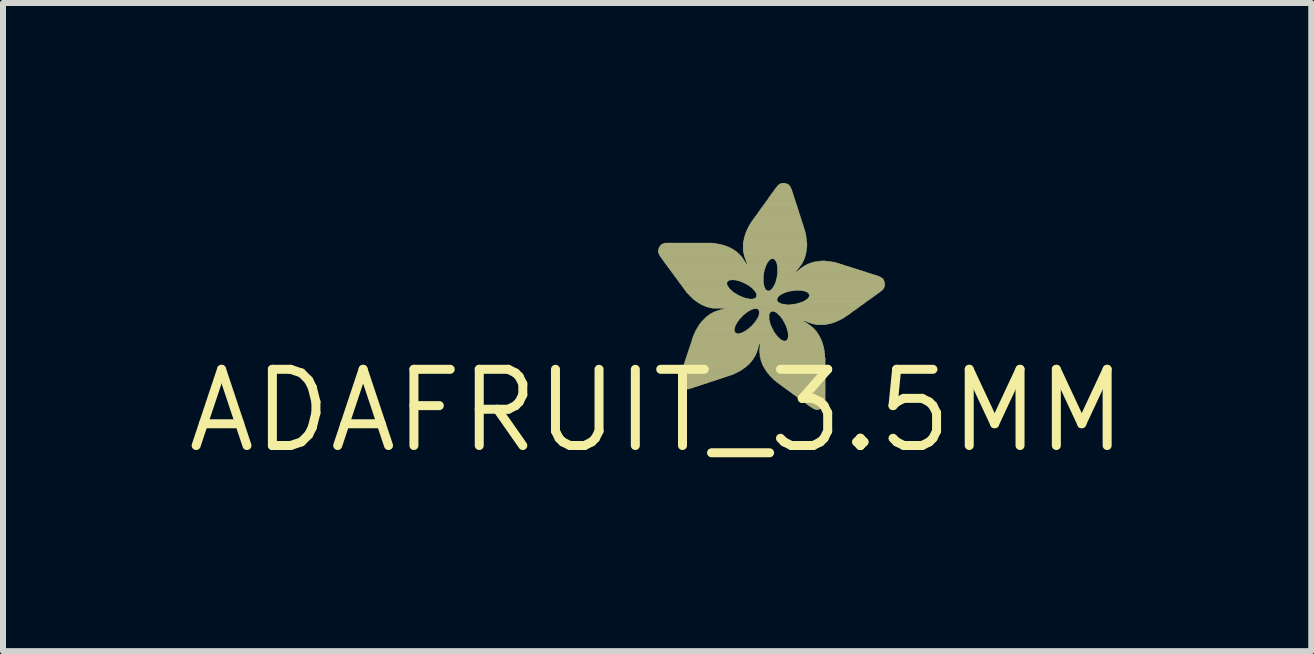
<source format=kicad_pcb>
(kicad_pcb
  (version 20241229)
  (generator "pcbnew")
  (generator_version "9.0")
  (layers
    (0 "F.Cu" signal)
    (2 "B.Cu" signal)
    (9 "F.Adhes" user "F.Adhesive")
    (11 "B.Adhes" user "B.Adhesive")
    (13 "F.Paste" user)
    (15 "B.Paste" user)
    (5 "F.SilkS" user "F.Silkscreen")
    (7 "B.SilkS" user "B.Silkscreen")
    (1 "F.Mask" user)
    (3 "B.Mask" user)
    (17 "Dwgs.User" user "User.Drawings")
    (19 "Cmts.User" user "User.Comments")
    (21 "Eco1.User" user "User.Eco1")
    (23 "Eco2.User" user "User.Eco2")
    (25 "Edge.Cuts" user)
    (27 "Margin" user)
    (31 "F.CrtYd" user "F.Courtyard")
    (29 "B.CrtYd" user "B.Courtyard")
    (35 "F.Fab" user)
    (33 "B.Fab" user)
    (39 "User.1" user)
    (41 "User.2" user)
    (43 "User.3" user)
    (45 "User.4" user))
  (footprint "ADAFRUIT_3.5MM"
    (layer "F.Cu")
    (at 7.899 3.794)
    (property "Reference" "ADAFRUIT_3.5MM" (at 0 0 0) (layer "F.SilkS") (effects (font (size 1.27 1.27) (thickness 0.15))))
    (attr through_hole)
    (fp_poly (pts (xy 0.016 -2.67) (xy 1.292 -2.67) (xy 1.292 -2.676) (xy 0.016 -2.676)) (stroke (width 0) (type solid)) (fill yes) (layer "F.SilkS"))
    (fp_poly (pts (xy 0.016 -2.664) (xy 1.305 -2.664) (xy 1.305 -2.67) (xy 0.016 -2.67)) (stroke (width 0) (type solid)) (fill yes) (layer "F.SilkS"))
    (fp_poly (pts (xy 0.016 -2.658) (xy 1.311 -2.658) (xy 1.311 -2.664) (xy 0.016 -2.664)) (stroke (width 0) (type solid)) (fill yes) (layer "F.SilkS"))
    (fp_poly (pts (xy 0.016 -2.651) (xy 1.318 -2.651) (xy 1.318 -2.658) (xy 0.016 -2.658)) (stroke (width 0) (type solid)) (fill yes) (layer "F.SilkS"))
    (fp_poly (pts (xy 0.016 -2.645) (xy 1.33 -2.645) (xy 1.33 -2.651) (xy 0.016 -2.651)) (stroke (width 0) (type solid)) (fill yes) (layer "F.SilkS"))
    (fp_poly (pts (xy 0.022 -2.696) (xy 1.254 -2.696) (xy 1.254 -2.702) (xy 0.022 -2.702)) (stroke (width 0) (type solid)) (fill yes) (layer "F.SilkS"))
    (fp_poly (pts (xy 0.022 -2.689) (xy 1.267 -2.689) (xy 1.267 -2.696) (xy 0.022 -2.696)) (stroke (width 0) (type solid)) (fill yes) (layer "F.SilkS"))
    (fp_poly (pts (xy 0.022 -2.683) (xy 1.273 -2.683) (xy 1.273 -2.689) (xy 0.022 -2.689)) (stroke (width 0) (type solid)) (fill yes) (layer "F.SilkS"))
    (fp_poly (pts (xy 0.022 -2.676) (xy 1.286 -2.676) (xy 1.286 -2.683) (xy 0.022 -2.683)) (stroke (width 0) (type solid)) (fill yes) (layer "F.SilkS"))
    (fp_poly (pts (xy 0.022 -2.638) (xy 1.337 -2.638) (xy 1.337 -2.645) (xy 0.022 -2.645)) (stroke (width 0) (type solid)) (fill yes) (layer "F.SilkS"))
    (fp_poly (pts (xy 0.022 -2.632) (xy 1.343 -2.632) (xy 1.343 -2.638) (xy 0.022 -2.638)) (stroke (width 0) (type solid)) (fill yes) (layer "F.SilkS"))
    (fp_poly (pts (xy 0.022 -2.626) (xy 1.349 -2.626) (xy 1.349 -2.632) (xy 0.022 -2.632)) (stroke (width 0) (type solid)) (fill yes) (layer "F.SilkS"))
    (fp_poly (pts (xy 0.022 -2.619) (xy 1.356 -2.619) (xy 1.356 -2.626) (xy 0.022 -2.626)) (stroke (width 0) (type solid)) (fill yes) (layer "F.SilkS"))
    (fp_poly (pts (xy 0.029 -2.715) (xy 1.216 -2.715) (xy 1.216 -2.721) (xy 0.029 -2.721)) (stroke (width 0) (type solid)) (fill yes) (layer "F.SilkS"))
    (fp_poly (pts (xy 0.029 -2.708) (xy 1.229 -2.708) (xy 1.229 -2.715) (xy 0.029 -2.715)) (stroke (width 0) (type solid)) (fill yes) (layer "F.SilkS"))
    (fp_poly (pts (xy 0.029 -2.702) (xy 1.241 -2.702) (xy 1.241 -2.708) (xy 0.029 -2.708)) (stroke (width 0) (type solid)) (fill yes) (layer "F.SilkS"))
    (fp_poly (pts (xy 0.029 -2.613) (xy 1.362 -2.613) (xy 1.362 -2.619) (xy 0.029 -2.619)) (stroke (width 0) (type solid)) (fill yes) (layer "F.SilkS"))
    (fp_poly (pts (xy 0.029 -2.607) (xy 1.368 -2.607) (xy 1.368 -2.613) (xy 0.029 -2.613)) (stroke (width 0) (type solid)) (fill yes) (layer "F.SilkS"))
    (fp_poly (pts (xy 0.035 -2.721) (xy 1.203 -2.721) (xy 1.203 -2.727) (xy 0.035 -2.727)) (stroke (width 0) (type solid)) (fill yes) (layer "F.SilkS"))
    (fp_poly (pts (xy 0.035 -2.6) (xy 1.375 -2.6) (xy 1.375 -2.607) (xy 0.035 -2.607)) (stroke (width 0) (type solid)) (fill yes) (layer "F.SilkS"))
    (fp_poly (pts (xy 0.035 -2.594) (xy 1.381 -2.594) (xy 1.381 -2.6) (xy 0.035 -2.6)) (stroke (width 0) (type solid)) (fill yes) (layer "F.SilkS"))
    (fp_poly (pts (xy 0.041 -2.734) (xy 1.172 -2.734) (xy 1.172 -2.74) (xy 0.041 -2.74)) (stroke (width 0) (type solid)) (fill yes) (layer "F.SilkS"))
    (fp_poly (pts (xy 0.041 -2.727) (xy 1.191 -2.727) (xy 1.191 -2.734) (xy 0.041 -2.734)) (stroke (width 0) (type solid)) (fill yes) (layer "F.SilkS"))
    (fp_poly (pts (xy 0.041 -2.588) (xy 1.387 -2.588) (xy 1.387 -2.594) (xy 0.041 -2.594)) (stroke (width 0) (type solid)) (fill yes) (layer "F.SilkS"))
    (fp_poly (pts (xy 0.041 -2.581) (xy 1.394 -2.581) (xy 1.394 -2.588) (xy 0.041 -2.588)) (stroke (width 0) (type solid)) (fill yes) (layer "F.SilkS"))
    (fp_poly (pts (xy 0.048 -2.74) (xy 1.159 -2.74) (xy 1.159 -2.746) (xy 0.048 -2.746)) (stroke (width 0) (type solid)) (fill yes) (layer "F.SilkS"))
    (fp_poly (pts (xy 0.048 -2.575) (xy 1.4 -2.575) (xy 1.4 -2.581) (xy 0.048 -2.581)) (stroke (width 0) (type solid)) (fill yes) (layer "F.SilkS"))
    (fp_poly (pts (xy 0.048 -2.569) (xy 1.407 -2.569) (xy 1.407 -2.575) (xy 0.048 -2.575)) (stroke (width 0) (type solid)) (fill yes) (layer "F.SilkS"))
    (fp_poly (pts (xy 0.054 -2.753) (xy 1.121 -2.753) (xy 1.121 -2.759) (xy 0.054 -2.759)) (stroke (width 0) (type solid)) (fill yes) (layer "F.SilkS"))
    (fp_poly (pts (xy 0.054 -2.746) (xy 1.14 -2.746) (xy 1.14 -2.753) (xy 0.054 -2.753)) (stroke (width 0) (type solid)) (fill yes) (layer "F.SilkS"))
    (fp_poly (pts (xy 0.054 -2.562) (xy 1.413 -2.562) (xy 1.413 -2.569) (xy 0.054 -2.569)) (stroke (width 0) (type solid)) (fill yes) (layer "F.SilkS"))
    (fp_poly (pts (xy 0.06 -2.759) (xy 1.102 -2.759) (xy 1.102 -2.765) (xy 0.06 -2.765)) (stroke (width 0) (type solid)) (fill yes) (layer "F.SilkS"))
    (fp_poly (pts (xy 0.06 -2.556) (xy 1.413 -2.556) (xy 1.413 -2.562) (xy 0.06 -2.562)) (stroke (width 0) (type solid)) (fill yes) (layer "F.SilkS"))
    (fp_poly (pts (xy 0.067 -2.765) (xy 1.076 -2.765) (xy 1.076 -2.772) (xy 0.067 -2.772)) (stroke (width 0) (type solid)) (fill yes) (layer "F.SilkS"))
    (fp_poly (pts (xy 0.067 -2.55) (xy 1.419 -2.55) (xy 1.419 -2.556) (xy 0.067 -2.556)) (stroke (width 0) (type solid)) (fill yes) (layer "F.SilkS"))
    (fp_poly (pts (xy 0.067 -2.543) (xy 1.426 -2.543) (xy 1.426 -2.55) (xy 0.067 -2.55)) (stroke (width 0) (type solid)) (fill yes) (layer "F.SilkS"))
    (fp_poly (pts (xy 0.073 -2.537) (xy 1.432 -2.537) (xy 1.432 -2.543) (xy 0.073 -2.543)) (stroke (width 0) (type solid)) (fill yes) (layer "F.SilkS"))
    (fp_poly (pts (xy 0.079 -2.772) (xy 1.051 -2.772) (xy 1.051 -2.778) (xy 0.079 -2.778)) (stroke (width 0) (type solid)) (fill yes) (layer "F.SilkS"))
    (fp_poly (pts (xy 0.079 -2.53) (xy 1.432 -2.53) (xy 1.432 -2.537) (xy 0.079 -2.537)) (stroke (width 0) (type solid)) (fill yes) (layer "F.SilkS"))
    (fp_poly (pts (xy 0.079 -2.524) (xy 1.438 -2.524) (xy 1.438 -2.53) (xy 0.079 -2.53)) (stroke (width 0) (type solid)) (fill yes) (layer "F.SilkS"))
    (fp_poly (pts (xy 0.086 -2.518) (xy 1.445 -2.518) (xy 1.445 -2.524) (xy 0.086 -2.524)) (stroke (width 0) (type solid)) (fill yes) (layer "F.SilkS"))
    (fp_poly (pts (xy 0.092 -2.778) (xy 1.019 -2.778) (xy 1.019 -2.784) (xy 0.092 -2.784)) (stroke (width 0) (type solid)) (fill yes) (layer "F.SilkS"))
    (fp_poly (pts (xy 0.092 -2.511) (xy 1.445 -2.511) (xy 1.445 -2.518) (xy 0.092 -2.518)) (stroke (width 0) (type solid)) (fill yes) (layer "F.SilkS"))
    (fp_poly (pts (xy 0.098 -2.505) (xy 1.451 -2.505) (xy 1.451 -2.511) (xy 0.098 -2.511)) (stroke (width 0) (type solid)) (fill yes) (layer "F.SilkS"))
    (fp_poly (pts (xy 0.098 -2.499) (xy 1.457 -2.499) (xy 1.457 -2.505) (xy 0.098 -2.505)) (stroke (width 0) (type solid)) (fill yes) (layer "F.SilkS"))
    (fp_poly (pts (xy 0.105 -2.784) (xy 0.981 -2.784) (xy 0.981 -2.791) (xy 0.105 -2.791)) (stroke (width 0) (type solid)) (fill yes) (layer "F.SilkS"))
    (fp_poly (pts (xy 0.105 -2.492) (xy 1.457 -2.492) (xy 1.457 -2.499) (xy 0.105 -2.499)) (stroke (width 0) (type solid)) (fill yes) (layer "F.SilkS"))
    (fp_poly (pts (xy 0.111 -2.486) (xy 1.464 -2.486) (xy 1.464 -2.492) (xy 0.111 -2.492)) (stroke (width 0) (type solid)) (fill yes) (layer "F.SilkS"))
    (fp_poly (pts (xy 0.111 -2.48) (xy 1.47 -2.48) (xy 1.47 -2.486) (xy 0.111 -2.486)) (stroke (width 0) (type solid)) (fill yes) (layer "F.SilkS"))
    (fp_poly (pts (xy 0.117 -2.473) (xy 1.47 -2.473) (xy 1.47 -2.48) (xy 0.117 -2.48)) (stroke (width 0) (type solid)) (fill yes) (layer "F.SilkS"))
    (fp_poly (pts (xy 0.124 -2.467) (xy 1.476 -2.467) (xy 1.476 -2.473) (xy 0.124 -2.473)) (stroke (width 0) (type solid)) (fill yes) (layer "F.SilkS"))
    (fp_poly (pts (xy 0.13 -2.791) (xy 0.924 -2.791) (xy 0.924 -2.797) (xy 0.13 -2.797)) (stroke (width 0) (type solid)) (fill yes) (layer "F.SilkS"))
    (fp_poly (pts (xy 0.13 -2.461) (xy 1.483 -2.461) (xy 1.483 -2.467) (xy 0.13 -2.467)) (stroke (width 0) (type solid)) (fill yes) (layer "F.SilkS"))
    (fp_poly (pts (xy 0.13 -2.454) (xy 1.483 -2.454) (xy 1.483 -2.461) (xy 0.13 -2.461)) (stroke (width 0) (type solid)) (fill yes) (layer "F.SilkS"))
    (fp_poly (pts (xy 0.137 -2.448) (xy 1.489 -2.448) (xy 1.489 -2.454) (xy 0.137 -2.454)) (stroke (width 0) (type solid)) (fill yes) (layer "F.SilkS"))
    (fp_poly (pts (xy 0.143 -2.442) (xy 1.495 -2.442) (xy 1.495 -2.448) (xy 0.143 -2.448)) (stroke (width 0) (type solid)) (fill yes) (layer "F.SilkS"))
    (fp_poly (pts (xy 0.149 -2.435) (xy 1.826 -2.435) (xy 1.826 -2.442) (xy 0.149 -2.442)) (stroke (width 0) (type solid)) (fill yes) (layer "F.SilkS"))
    (fp_poly (pts (xy 0.149 -2.429) (xy 1.826 -2.429) (xy 1.826 -2.435) (xy 0.149 -2.435)) (stroke (width 0) (type solid)) (fill yes) (layer "F.SilkS"))
    (fp_poly (pts (xy 0.156 -2.422) (xy 1.819 -2.422) (xy 1.819 -2.429) (xy 0.156 -2.429)) (stroke (width 0) (type solid)) (fill yes) (layer "F.SilkS"))
    (fp_poly (pts (xy 0.162 -2.416) (xy 1.819 -2.416) (xy 1.819 -2.422) (xy 0.162 -2.422)) (stroke (width 0) (type solid)) (fill yes) (layer "F.SilkS"))
    (fp_poly (pts (xy 0.168 -2.41) (xy 1.813 -2.41) (xy 1.813 -2.416) (xy 0.168 -2.416)) (stroke (width 0) (type solid)) (fill yes) (layer "F.SilkS"))
    (fp_poly (pts (xy 0.168 -2.404) (xy 1.813 -2.404) (xy 1.813 -2.41) (xy 0.168 -2.41)) (stroke (width 0) (type solid)) (fill yes) (layer "F.SilkS"))
    (fp_poly (pts (xy 0.175 -2.397) (xy 1.813 -2.397) (xy 1.813 -2.404) (xy 0.175 -2.404)) (stroke (width 0) (type solid)) (fill yes) (layer "F.SilkS"))
    (fp_poly (pts (xy 0.181 -2.391) (xy 1.807 -2.391) (xy 1.807 -2.397) (xy 0.181 -2.397)) (stroke (width 0) (type solid)) (fill yes) (layer "F.SilkS"))
    (fp_poly (pts (xy 0.181 -2.384) (xy 1.807 -2.384) (xy 1.807 -2.391) (xy 0.181 -2.391)) (stroke (width 0) (type solid)) (fill yes) (layer "F.SilkS"))
    (fp_poly (pts (xy 0.187 -2.378) (xy 1.8 -2.378) (xy 1.8 -2.384) (xy 0.187 -2.384)) (stroke (width 0) (type solid)) (fill yes) (layer "F.SilkS"))
    (fp_poly (pts (xy 0.194 -2.372) (xy 1.8 -2.372) (xy 1.8 -2.378) (xy 0.194 -2.378)) (stroke (width 0) (type solid)) (fill yes) (layer "F.SilkS"))
    (fp_poly (pts (xy 0.2 -2.365) (xy 1.8 -2.365) (xy 1.8 -2.372) (xy 0.2 -2.372)) (stroke (width 0) (type solid)) (fill yes) (layer "F.SilkS"))
    (fp_poly (pts (xy 0.2 -2.359) (xy 1.8 -2.359) (xy 1.8 -2.365) (xy 0.2 -2.365)) (stroke (width 0) (type solid)) (fill yes) (layer "F.SilkS"))
    (fp_poly (pts (xy 0.206 -2.353) (xy 1.794 -2.353) (xy 1.794 -2.359) (xy 0.206 -2.359)) (stroke (width 0) (type solid)) (fill yes) (layer "F.SilkS"))
    (fp_poly (pts (xy 0.213 -2.346) (xy 1.794 -2.346) (xy 1.794 -2.353) (xy 0.213 -2.353)) (stroke (width 0) (type solid)) (fill yes) (layer "F.SilkS"))
    (fp_poly (pts (xy 0.219 -2.34) (xy 1.794 -2.34) (xy 1.794 -2.346) (xy 0.219 -2.346)) (stroke (width 0) (type solid)) (fill yes) (layer "F.SilkS"))
    (fp_poly (pts (xy 0.219 -2.334) (xy 1.788 -2.334) (xy 1.788 -2.34) (xy 0.219 -2.34)) (stroke (width 0) (type solid)) (fill yes) (layer "F.SilkS"))
    (fp_poly (pts (xy 0.225 -2.327) (xy 1.788 -2.327) (xy 1.788 -2.334) (xy 0.225 -2.334)) (stroke (width 0) (type solid)) (fill yes) (layer "F.SilkS"))
    (fp_poly (pts (xy 0.232 -2.321) (xy 1.788 -2.321) (xy 1.788 -2.327) (xy 0.232 -2.327)) (stroke (width 0) (type solid)) (fill yes) (layer "F.SilkS"))
    (fp_poly (pts (xy 0.238 -2.315) (xy 1.788 -2.315) (xy 1.788 -2.321) (xy 0.238 -2.321)) (stroke (width 0) (type solid)) (fill yes) (layer "F.SilkS"))
    (fp_poly (pts (xy 0.238 -2.308) (xy 1.788 -2.308) (xy 1.788 -2.315) (xy 0.238 -2.315)) (stroke (width 0) (type solid)) (fill yes) (layer "F.SilkS"))
    (fp_poly (pts (xy 0.244 -2.302) (xy 1.781 -2.302) (xy 1.781 -2.308) (xy 0.244 -2.308)) (stroke (width 0) (type solid)) (fill yes) (layer "F.SilkS"))
    (fp_poly (pts (xy 0.251 -2.296) (xy 1.781 -2.296) (xy 1.781 -2.302) (xy 0.251 -2.302)) (stroke (width 0) (type solid)) (fill yes) (layer "F.SilkS"))
    (fp_poly (pts (xy 0.257 -2.289) (xy 1.781 -2.289) (xy 1.781 -2.296) (xy 0.257 -2.296)) (stroke (width 0) (type solid)) (fill yes) (layer "F.SilkS"))
    (fp_poly (pts (xy 0.257 -2.283) (xy 1.781 -2.283) (xy 1.781 -2.289) (xy 0.257 -2.289)) (stroke (width 0) (type solid)) (fill yes) (layer "F.SilkS"))
    (fp_poly (pts (xy 0.264 -2.276) (xy 1.781 -2.276) (xy 1.781 -2.283) (xy 0.264 -2.283)) (stroke (width 0) (type solid)) (fill yes) (layer "F.SilkS"))
    (fp_poly (pts (xy 0.27 -2.27) (xy 1.781 -2.27) (xy 1.781 -2.276) (xy 0.27 -2.276)) (stroke (width 0) (type solid)) (fill yes) (layer "F.SilkS"))
    (fp_poly (pts (xy 0.276 -2.264) (xy 1.775 -2.264) (xy 1.775 -2.27) (xy 0.276 -2.27)) (stroke (width 0) (type solid)) (fill yes) (layer "F.SilkS"))
    (fp_poly (pts (xy 0.276 -2.257) (xy 1.775 -2.257) (xy 1.775 -2.264) (xy 0.276 -2.264)) (stroke (width 0) (type solid)) (fill yes) (layer "F.SilkS"))
    (fp_poly (pts (xy 0.283 -2.251) (xy 1.775 -2.251) (xy 1.775 -2.257) (xy 0.283 -2.257)) (stroke (width 0) (type solid)) (fill yes) (layer "F.SilkS"))
    (fp_poly (pts (xy 0.289 -2.245) (xy 1.775 -2.245) (xy 1.775 -2.251) (xy 0.289 -2.251)) (stroke (width 0) (type solid)) (fill yes) (layer "F.SilkS"))
    (fp_poly (pts (xy 0.289 -2.238) (xy 1.775 -2.238) (xy 1.775 -2.245) (xy 0.289 -2.245)) (stroke (width 0) (type solid)) (fill yes) (layer "F.SilkS"))
    (fp_poly (pts (xy 0.295 -2.232) (xy 1.775 -2.232) (xy 1.775 -2.238) (xy 0.295 -2.238)) (stroke (width 0) (type solid)) (fill yes) (layer "F.SilkS"))
    (fp_poly (pts (xy 0.302 -2.226) (xy 1.775 -2.226) (xy 1.775 -2.232) (xy 0.302 -2.232)) (stroke (width 0) (type solid)) (fill yes) (layer "F.SilkS"))
    (fp_poly (pts (xy 0.308 -2.219) (xy 1.775 -2.219) (xy 1.775 -2.226) (xy 0.308 -2.226)) (stroke (width 0) (type solid)) (fill yes) (layer "F.SilkS"))
    (fp_poly (pts (xy 0.308 -2.213) (xy 1.775 -2.213) (xy 1.775 -2.219) (xy 0.308 -2.219)) (stroke (width 0) (type solid)) (fill yes) (layer "F.SilkS"))
    (fp_poly (pts (xy 0.314 -2.207) (xy 1.775 -2.207) (xy 1.775 -2.213) (xy 0.314 -2.213)) (stroke (width 0) (type solid)) (fill yes) (layer "F.SilkS"))
    (fp_poly (pts (xy 0.321 -2.2) (xy 1.775 -2.2) (xy 1.775 -2.207) (xy 0.321 -2.207)) (stroke (width 0) (type solid)) (fill yes) (layer "F.SilkS"))
    (fp_poly (pts (xy 0.327 -2.194) (xy 1.775 -2.194) (xy 1.775 -2.2) (xy 0.327 -2.2)) (stroke (width 0) (type solid)) (fill yes) (layer "F.SilkS"))
    (fp_poly (pts (xy 0.327 -2.188) (xy 1.775 -2.188) (xy 1.775 -2.194) (xy 0.327 -2.194)) (stroke (width 0) (type solid)) (fill yes) (layer "F.SilkS"))
    (fp_poly (pts (xy 0.333 -2.181) (xy 1.775 -2.181) (xy 1.775 -2.188) (xy 0.333 -2.188)) (stroke (width 0) (type solid)) (fill yes) (layer "F.SilkS"))
    (fp_poly (pts (xy 0.34 -2.175) (xy 1.241 -2.175) (xy 1.241 -2.181) (xy 0.34 -2.181)) (stroke (width 0) (type solid)) (fill yes) (layer "F.SilkS"))
    (fp_poly (pts (xy 0.346 -2.168) (xy 1.21 -2.168) (xy 1.21 -2.175) (xy 0.346 -2.175)) (stroke (width 0) (type solid)) (fill yes) (layer "F.SilkS"))
    (fp_poly (pts (xy 0.346 -2.162) (xy 1.191 -2.162) (xy 1.191 -2.168) (xy 0.346 -2.168)) (stroke (width 0) (type solid)) (fill yes) (layer "F.SilkS"))
    (fp_poly (pts (xy 0.352 -2.156) (xy 1.184 -2.156) (xy 1.184 -2.162) (xy 0.352 -2.162)) (stroke (width 0) (type solid)) (fill yes) (layer "F.SilkS"))
    (fp_poly (pts (xy 0.359 -2.15) (xy 1.178 -2.15) (xy 1.178 -2.156) (xy 0.359 -2.156)) (stroke (width 0) (type solid)) (fill yes) (layer "F.SilkS"))
    (fp_poly (pts (xy 0.359 -2.143) (xy 1.172 -2.143) (xy 1.172 -2.15) (xy 0.359 -2.15)) (stroke (width 0) (type solid)) (fill yes) (layer "F.SilkS"))
    (fp_poly (pts (xy 0.365 -2.137) (xy 1.172 -2.137) (xy 1.172 -2.143) (xy 0.365 -2.143)) (stroke (width 0) (type solid)) (fill yes) (layer "F.SilkS"))
    (fp_poly (pts (xy 0.365 -0.517) (xy 1.019 -0.517) (xy 1.019 -0.524) (xy 0.365 -0.524)) (stroke (width 0) (type solid)) (fill yes) (layer "F.SilkS"))
    (fp_poly (pts (xy 0.365 -0.511) (xy 1 -0.511) (xy 1 -0.517) (xy 0.365 -0.517)) (stroke (width 0) (type solid)) (fill yes) (layer "F.SilkS"))
    (fp_poly (pts (xy 0.365 -0.505) (xy 0.981 -0.505) (xy 0.981 -0.511) (xy 0.365 -0.511)) (stroke (width 0) (type solid)) (fill yes) (layer "F.SilkS"))
    (fp_poly (pts (xy 0.365 -0.498) (xy 0.962 -0.498) (xy 0.962 -0.505) (xy 0.365 -0.505)) (stroke (width 0) (type solid)) (fill yes) (layer "F.SilkS"))
    (fp_poly (pts (xy 0.365 -0.492) (xy 0.943 -0.492) (xy 0.943 -0.498) (xy 0.365 -0.498)) (stroke (width 0) (type solid)) (fill yes) (layer "F.SilkS"))
    (fp_poly (pts (xy 0.365 -0.486) (xy 0.924 -0.486) (xy 0.924 -0.492) (xy 0.365 -0.492)) (stroke (width 0) (type solid)) (fill yes) (layer "F.SilkS"))
    (fp_poly (pts (xy 0.365 -0.479) (xy 0.898 -0.479) (xy 0.898 -0.486) (xy 0.365 -0.486)) (stroke (width 0) (type solid)) (fill yes) (layer "F.SilkS"))
    (fp_poly (pts (xy 0.365 -0.473) (xy 0.886 -0.473) (xy 0.886 -0.479) (xy 0.365 -0.479)) (stroke (width 0) (type solid)) (fill yes) (layer "F.SilkS"))
    (fp_poly (pts (xy 0.365 -0.467) (xy 0.86 -0.467) (xy 0.86 -0.473) (xy 0.365 -0.473)) (stroke (width 0) (type solid)) (fill yes) (layer "F.SilkS"))
    (fp_poly (pts (xy 0.365 -0.46) (xy 0.848 -0.46) (xy 0.848 -0.467) (xy 0.365 -0.467)) (stroke (width 0) (type solid)) (fill yes) (layer "F.SilkS"))
    (fp_poly (pts (xy 0.365 -0.454) (xy 0.829 -0.454) (xy 0.829 -0.46) (xy 0.365 -0.46)) (stroke (width 0) (type solid)) (fill yes) (layer "F.SilkS"))
    (fp_poly (pts (xy 0.371 -2.13) (xy 1.165 -2.13) (xy 1.165 -2.137) (xy 0.371 -2.137)) (stroke (width 0) (type solid)) (fill yes) (layer "F.SilkS"))
    (fp_poly (pts (xy 0.371 -0.549) (xy 1.114 -0.549) (xy 1.114 -0.556) (xy 0.371 -0.556)) (stroke (width 0) (type solid)) (fill yes) (layer "F.SilkS"))
    (fp_poly (pts (xy 0.371 -0.543) (xy 1.095 -0.543) (xy 1.095 -0.549) (xy 0.371 -0.549)) (stroke (width 0) (type solid)) (fill yes) (layer "F.SilkS"))
    (fp_poly (pts (xy 0.371 -0.537) (xy 1.076 -0.537) (xy 1.076 -0.543) (xy 0.371 -0.543)) (stroke (width 0) (type solid)) (fill yes) (layer "F.SilkS"))
    (fp_poly (pts (xy 0.371 -0.53) (xy 1.057 -0.53) (xy 1.057 -0.537) (xy 0.371 -0.537)) (stroke (width 0) (type solid)) (fill yes) (layer "F.SilkS"))
    (fp_poly (pts (xy 0.371 -0.524) (xy 1.038 -0.524) (xy 1.038 -0.53) (xy 0.371 -0.53)) (stroke (width 0) (type solid)) (fill yes) (layer "F.SilkS"))
    (fp_poly (pts (xy 0.371 -0.448) (xy 0.81 -0.448) (xy 0.81 -0.454) (xy 0.371 -0.454)) (stroke (width 0) (type solid)) (fill yes) (layer "F.SilkS"))
    (fp_poly (pts (xy 0.371 -0.441) (xy 0.784 -0.441) (xy 0.784 -0.448) (xy 0.371 -0.448)) (stroke (width 0) (type solid)) (fill yes) (layer "F.SilkS"))
    (fp_poly (pts (xy 0.378 -2.124) (xy 1.165 -2.124) (xy 1.165 -2.13) (xy 0.378 -2.13)) (stroke (width 0) (type solid)) (fill yes) (layer "F.SilkS"))
    (fp_poly (pts (xy 0.378 -2.118) (xy 1.165 -2.118) (xy 1.165 -2.124) (xy 0.378 -2.124)) (stroke (width 0) (type solid)) (fill yes) (layer "F.SilkS"))
    (fp_poly (pts (xy 0.378 -0.568) (xy 1.172 -0.568) (xy 1.172 -0.575) (xy 0.378 -0.575)) (stroke (width 0) (type solid)) (fill yes) (layer "F.SilkS"))
    (fp_poly (pts (xy 0.378 -0.562) (xy 1.153 -0.562) (xy 1.153 -0.568) (xy 0.378 -0.568)) (stroke (width 0) (type solid)) (fill yes) (layer "F.SilkS"))
    (fp_poly (pts (xy 0.378 -0.556) (xy 1.133 -0.556) (xy 1.133 -0.562) (xy 0.378 -0.562)) (stroke (width 0) (type solid)) (fill yes) (layer "F.SilkS"))
    (fp_poly (pts (xy 0.378 -0.435) (xy 0.771 -0.435) (xy 0.771 -0.441) (xy 0.378 -0.441)) (stroke (width 0) (type solid)) (fill yes) (layer "F.SilkS"))
    (fp_poly (pts (xy 0.378 -0.429) (xy 0.752 -0.429) (xy 0.752 -0.435) (xy 0.378 -0.435)) (stroke (width 0) (type solid)) (fill yes) (layer "F.SilkS"))
    (fp_poly (pts (xy 0.384 -2.111) (xy 1.165 -2.111) (xy 1.165 -2.118) (xy 0.384 -2.118)) (stroke (width 0) (type solid)) (fill yes) (layer "F.SilkS"))
    (fp_poly (pts (xy 0.384 -0.587) (xy 1.229 -0.587) (xy 1.229 -0.594) (xy 0.384 -0.594)) (stroke (width 0) (type solid)) (fill yes) (layer "F.SilkS"))
    (fp_poly (pts (xy 0.384 -0.581) (xy 1.21 -0.581) (xy 1.21 -0.587) (xy 0.384 -0.587)) (stroke (width 0) (type solid)) (fill yes) (layer "F.SilkS"))
    (fp_poly (pts (xy 0.384 -0.575) (xy 1.191 -0.575) (xy 1.191 -0.581) (xy 0.384 -0.581)) (stroke (width 0) (type solid)) (fill yes) (layer "F.SilkS"))
    (fp_poly (pts (xy 0.384 -0.422) (xy 0.727 -0.422) (xy 0.727 -0.429) (xy 0.384 -0.429)) (stroke (width 0) (type solid)) (fill yes) (layer "F.SilkS"))
    (fp_poly (pts (xy 0.384 -0.416) (xy 0.714 -0.416) (xy 0.714 -0.422) (xy 0.384 -0.422)) (stroke (width 0) (type solid)) (fill yes) (layer "F.SilkS"))
    (fp_poly (pts (xy 0.391 -2.105) (xy 1.165 -2.105) (xy 1.165 -2.111) (xy 0.391 -2.111)) (stroke (width 0) (type solid)) (fill yes) (layer "F.SilkS"))
    (fp_poly (pts (xy 0.391 -0.606) (xy 1.28 -0.606) (xy 1.28 -0.613) (xy 0.391 -0.613)) (stroke (width 0) (type solid)) (fill yes) (layer "F.SilkS"))
    (fp_poly (pts (xy 0.391 -0.6) (xy 1.26 -0.6) (xy 1.26 -0.606) (xy 0.391 -0.606)) (stroke (width 0) (type solid)) (fill yes) (layer "F.SilkS"))
    (fp_poly (pts (xy 0.391 -0.594) (xy 1.248 -0.594) (xy 1.248 -0.6) (xy 0.391 -0.6)) (stroke (width 0) (type solid)) (fill yes) (layer "F.SilkS"))
    (fp_poly (pts (xy 0.391 -0.41) (xy 0.689 -0.41) (xy 0.689 -0.416) (xy 0.391 -0.416)) (stroke (width 0) (type solid)) (fill yes) (layer "F.SilkS"))
    (fp_poly (pts (xy 0.397 -2.099) (xy 1.172 -2.099) (xy 1.172 -2.105) (xy 0.397 -2.105)) (stroke (width 0) (type solid)) (fill yes) (layer "F.SilkS"))
    (fp_poly (pts (xy 0.397 -2.092) (xy 1.172 -2.092) (xy 1.172 -2.099) (xy 0.397 -2.099)) (stroke (width 0) (type solid)) (fill yes) (layer "F.SilkS"))
    (fp_poly (pts (xy 0.397 -0.625) (xy 1.318 -0.625) (xy 1.318 -0.632) (xy 0.397 -0.632)) (stroke (width 0) (type solid)) (fill yes) (layer "F.SilkS"))
    (fp_poly (pts (xy 0.397 -0.619) (xy 1.305 -0.619) (xy 1.305 -0.625) (xy 0.397 -0.625)) (stroke (width 0) (type solid)) (fill yes) (layer "F.SilkS"))
    (fp_poly (pts (xy 0.397 -0.613) (xy 1.292 -0.613) (xy 1.292 -0.619) (xy 0.397 -0.619)) (stroke (width 0) (type solid)) (fill yes) (layer "F.SilkS"))
    (fp_poly (pts (xy 0.397 -0.403) (xy 0.676 -0.403) (xy 0.676 -0.41) (xy 0.397 -0.41)) (stroke (width 0) (type solid)) (fill yes) (layer "F.SilkS"))
    (fp_poly (pts (xy 0.403 -2.086) (xy 1.172 -2.086) (xy 1.172 -2.092) (xy 0.403 -2.092)) (stroke (width 0) (type solid)) (fill yes) (layer "F.SilkS"))
    (fp_poly (pts (xy 0.403 -0.644) (xy 1.356 -0.644) (xy 1.356 -0.651) (xy 0.403 -0.651)) (stroke (width 0) (type solid)) (fill yes) (layer "F.SilkS"))
    (fp_poly (pts (xy 0.403 -0.638) (xy 1.343 -0.638) (xy 1.343 -0.644) (xy 0.403 -0.644)) (stroke (width 0) (type solid)) (fill yes) (layer "F.SilkS"))
    (fp_poly (pts (xy 0.403 -0.632) (xy 1.33 -0.632) (xy 1.33 -0.638) (xy 0.403 -0.638)) (stroke (width 0) (type solid)) (fill yes) (layer "F.SilkS"))
    (fp_poly (pts (xy 0.403 -0.397) (xy 0.651 -0.397) (xy 0.651 -0.403) (xy 0.403 -0.403)) (stroke (width 0) (type solid)) (fill yes) (layer "F.SilkS"))
    (fp_poly (pts (xy 0.41 -2.08) (xy 1.178 -2.08) (xy 1.178 -2.086) (xy 0.41 -2.086)) (stroke (width 0) (type solid)) (fill yes) (layer "F.SilkS"))
    (fp_poly (pts (xy 0.41 -0.664) (xy 1.394 -0.664) (xy 1.394 -0.67) (xy 0.41 -0.67)) (stroke (width 0) (type solid)) (fill yes) (layer "F.SilkS"))
    (fp_poly (pts (xy 0.41 -0.657) (xy 1.381 -0.657) (xy 1.381 -0.664) (xy 0.41 -0.664)) (stroke (width 0) (type solid)) (fill yes) (layer "F.SilkS"))
    (fp_poly (pts (xy 0.41 -0.651) (xy 1.368 -0.651) (xy 1.368 -0.657) (xy 0.41 -0.657)) (stroke (width 0) (type solid)) (fill yes) (layer "F.SilkS"))
    (fp_poly (pts (xy 0.41 -0.391) (xy 0.632 -0.391) (xy 0.632 -0.397) (xy 0.41 -0.397)) (stroke (width 0) (type solid)) (fill yes) (layer "F.SilkS"))
    (fp_poly (pts (xy 0.416 -2.073) (xy 1.178 -2.073) (xy 1.178 -2.08) (xy 0.416 -2.08)) (stroke (width 0) (type solid)) (fill yes) (layer "F.SilkS"))
    (fp_poly (pts (xy 0.416 -2.067) (xy 1.184 -2.067) (xy 1.184 -2.073) (xy 0.416 -2.073)) (stroke (width 0) (type solid)) (fill yes) (layer "F.SilkS"))
    (fp_poly (pts (xy 0.416 -0.689) (xy 1.432 -0.689) (xy 1.432 -0.695) (xy 0.416 -0.695)) (stroke (width 0) (type solid)) (fill yes) (layer "F.SilkS"))
    (fp_poly (pts (xy 0.416 -0.683) (xy 1.419 -0.683) (xy 1.419 -0.689) (xy 0.416 -0.689)) (stroke (width 0) (type solid)) (fill yes) (layer "F.SilkS"))
    (fp_poly (pts (xy 0.416 -0.676) (xy 1.413 -0.676) (xy 1.413 -0.683) (xy 0.416 -0.683)) (stroke (width 0) (type solid)) (fill yes) (layer "F.SilkS"))
    (fp_poly (pts (xy 0.416 -0.67) (xy 1.4 -0.67) (xy 1.4 -0.676) (xy 0.416 -0.676)) (stroke (width 0) (type solid)) (fill yes) (layer "F.SilkS"))
    (fp_poly (pts (xy 0.416 -0.384) (xy 0.613 -0.384) (xy 0.613 -0.391) (xy 0.416 -0.391)) (stroke (width 0) (type solid)) (fill yes) (layer "F.SilkS"))
    (fp_poly (pts (xy 0.422 -2.061) (xy 1.191 -2.061) (xy 1.191 -2.067) (xy 0.422 -2.067)) (stroke (width 0) (type solid)) (fill yes) (layer "F.SilkS"))
    (fp_poly (pts (xy 0.422 -0.702) (xy 1.445 -0.702) (xy 1.445 -0.708) (xy 0.422 -0.708)) (stroke (width 0) (type solid)) (fill yes) (layer "F.SilkS"))
    (fp_poly (pts (xy 0.422 -0.695) (xy 1.438 -0.695) (xy 1.438 -0.702) (xy 0.422 -0.702)) (stroke (width 0) (type solid)) (fill yes) (layer "F.SilkS"))
    (fp_poly (pts (xy 0.429 -2.054) (xy 1.191 -2.054) (xy 1.191 -2.061) (xy 0.429 -2.061)) (stroke (width 0) (type solid)) (fill yes) (layer "F.SilkS"))
    (fp_poly (pts (xy 0.429 -2.048) (xy 1.197 -2.048) (xy 1.197 -2.054) (xy 0.429 -2.054)) (stroke (width 0) (type solid)) (fill yes) (layer "F.SilkS"))
    (fp_poly (pts (xy 0.429 -0.727) (xy 1.483 -0.727) (xy 1.483 -0.733) (xy 0.429 -0.733)) (stroke (width 0) (type solid)) (fill yes) (layer "F.SilkS"))
    (fp_poly (pts (xy 0.429 -0.721) (xy 1.476 -0.721) (xy 1.476 -0.727) (xy 0.429 -0.727)) (stroke (width 0) (type solid)) (fill yes) (layer "F.SilkS"))
    (fp_poly (pts (xy 0.429 -0.714) (xy 1.464 -0.714) (xy 1.464 -0.721) (xy 0.429 -0.721)) (stroke (width 0) (type solid)) (fill yes) (layer "F.SilkS"))
    (fp_poly (pts (xy 0.429 -0.708) (xy 1.457 -0.708) (xy 1.457 -0.714) (xy 0.429 -0.714)) (stroke (width 0) (type solid)) (fill yes) (layer "F.SilkS"))
    (fp_poly (pts (xy 0.429 -0.378) (xy 0.594 -0.378) (xy 0.594 -0.384) (xy 0.429 -0.384)) (stroke (width 0) (type solid)) (fill yes) (layer "F.SilkS"))
    (fp_poly (pts (xy 0.435 -2.042) (xy 1.203 -2.042) (xy 1.203 -2.048) (xy 0.435 -2.048)) (stroke (width 0) (type solid)) (fill yes) (layer "F.SilkS"))
    (fp_poly (pts (xy 0.435 -0.74) (xy 1.495 -0.74) (xy 1.495 -0.746) (xy 0.435 -0.746)) (stroke (width 0) (type solid)) (fill yes) (layer "F.SilkS"))
    (fp_poly (pts (xy 0.435 -0.733) (xy 1.489 -0.733) (xy 1.489 -0.74) (xy 0.435 -0.74)) (stroke (width 0) (type solid)) (fill yes) (layer "F.SilkS"))
    (fp_poly (pts (xy 0.435 -0.371) (xy 0.575 -0.371) (xy 0.575 -0.378) (xy 0.435 -0.378)) (stroke (width 0) (type solid)) (fill yes) (layer "F.SilkS"))
    (fp_poly (pts (xy 0.441 -2.035) (xy 1.21 -2.035) (xy 1.21 -2.042) (xy 0.441 -2.042)) (stroke (width 0) (type solid)) (fill yes) (layer "F.SilkS"))
    (fp_poly (pts (xy 0.441 -0.765) (xy 1.527 -0.765) (xy 1.527 -0.771) (xy 0.441 -0.771)) (stroke (width 0) (type solid)) (fill yes) (layer "F.SilkS"))
    (fp_poly (pts (xy 0.441 -0.759) (xy 1.521 -0.759) (xy 1.521 -0.765) (xy 0.441 -0.765)) (stroke (width 0) (type solid)) (fill yes) (layer "F.SilkS"))
    (fp_poly (pts (xy 0.441 -0.752) (xy 1.508 -0.752) (xy 1.508 -0.759) (xy 0.441 -0.759)) (stroke (width 0) (type solid)) (fill yes) (layer "F.SilkS"))
    (fp_poly (pts (xy 0.441 -0.746) (xy 1.502 -0.746) (xy 1.502 -0.752) (xy 0.441 -0.752)) (stroke (width 0) (type solid)) (fill yes) (layer "F.SilkS"))
    (fp_poly (pts (xy 0.448 -2.029) (xy 1.21 -2.029) (xy 1.21 -2.035) (xy 0.448 -2.035)) (stroke (width 0) (type solid)) (fill yes) (layer "F.SilkS"))
    (fp_poly (pts (xy 0.448 -2.022) (xy 1.222 -2.022) (xy 1.222 -2.029) (xy 0.448 -2.029)) (stroke (width 0) (type solid)) (fill yes) (layer "F.SilkS"))
    (fp_poly (pts (xy 0.448 -0.778) (xy 1.54 -0.778) (xy 1.54 -0.784) (xy 0.448 -0.784)) (stroke (width 0) (type solid)) (fill yes) (layer "F.SilkS"))
    (fp_poly (pts (xy 0.448 -0.771) (xy 1.534 -0.771) (xy 1.534 -0.778) (xy 0.448 -0.778)) (stroke (width 0) (type solid)) (fill yes) (layer "F.SilkS"))
    (fp_poly (pts (xy 0.448 -0.365) (xy 0.549 -0.365) (xy 0.549 -0.371) (xy 0.448 -0.371)) (stroke (width 0) (type solid)) (fill yes) (layer "F.SilkS"))
    (fp_poly (pts (xy 0.454 -2.016) (xy 1.222 -2.016) (xy 1.222 -2.022) (xy 0.454 -2.022)) (stroke (width 0) (type solid)) (fill yes) (layer "F.SilkS"))
    (fp_poly (pts (xy 0.454 -0.803) (xy 1.559 -0.803) (xy 1.559 -0.81) (xy 0.454 -0.81)) (stroke (width 0) (type solid)) (fill yes) (layer "F.SilkS"))
    (fp_poly (pts (xy 0.454 -0.797) (xy 1.553 -0.797) (xy 1.553 -0.803) (xy 0.454 -0.803)) (stroke (width 0) (type solid)) (fill yes) (layer "F.SilkS"))
    (fp_poly (pts (xy 0.454 -0.791) (xy 1.553 -0.791) (xy 1.553 -0.797) (xy 0.454 -0.797)) (stroke (width 0) (type solid)) (fill yes) (layer "F.SilkS"))
    (fp_poly (pts (xy 0.454 -0.784) (xy 1.54 -0.784) (xy 1.54 -0.791) (xy 0.454 -0.791)) (stroke (width 0) (type solid)) (fill yes) (layer "F.SilkS"))
    (fp_poly (pts (xy 0.46 -2.01) (xy 1.235 -2.01) (xy 1.235 -2.016) (xy 0.46 -2.016)) (stroke (width 0) (type solid)) (fill yes) (layer "F.SilkS"))
    (fp_poly (pts (xy 0.46 -0.822) (xy 1.578 -0.822) (xy 1.578 -0.829) (xy 0.46 -0.829)) (stroke (width 0) (type solid)) (fill yes) (layer "F.SilkS"))
    (fp_poly (pts (xy 0.46 -0.816) (xy 1.572 -0.816) (xy 1.572 -0.822) (xy 0.46 -0.822)) (stroke (width 0) (type solid)) (fill yes) (layer "F.SilkS"))
    (fp_poly (pts (xy 0.46 -0.81) (xy 1.565 -0.81) (xy 1.565 -0.816) (xy 0.46 -0.816)) (stroke (width 0) (type solid)) (fill yes) (layer "F.SilkS"))
    (fp_poly (pts (xy 0.467 -2.003) (xy 1.241 -2.003) (xy 1.241 -2.01) (xy 0.467 -2.01)) (stroke (width 0) (type solid)) (fill yes) (layer "F.SilkS"))
    (fp_poly (pts (xy 0.467 -1.997) (xy 1.248 -1.997) (xy 1.248 -2.003) (xy 0.467 -2.003)) (stroke (width 0) (type solid)) (fill yes) (layer "F.SilkS"))
    (fp_poly (pts (xy 0.467 -0.841) (xy 1.591 -0.841) (xy 1.591 -0.848) (xy 0.467 -0.848)) (stroke (width 0) (type solid)) (fill yes) (layer "F.SilkS"))
    (fp_poly (pts (xy 0.467 -0.835) (xy 1.584 -0.835) (xy 1.584 -0.841) (xy 0.467 -0.841)) (stroke (width 0) (type solid)) (fill yes) (layer "F.SilkS"))
    (fp_poly (pts (xy 0.467 -0.829) (xy 1.584 -0.829) (xy 1.584 -0.835) (xy 0.467 -0.835)) (stroke (width 0) (type solid)) (fill yes) (layer "F.SilkS"))
    (fp_poly (pts (xy 0.467 -0.359) (xy 0.53 -0.359) (xy 0.53 -0.365) (xy 0.467 -0.365)) (stroke (width 0) (type solid)) (fill yes) (layer "F.SilkS"))
    (fp_poly (pts (xy 0.473 -1.991) (xy 1.254 -1.991) (xy 1.254 -1.997) (xy 0.473 -1.997)) (stroke (width 0) (type solid)) (fill yes) (layer "F.SilkS"))
    (fp_poly (pts (xy 0.473 -0.86) (xy 1.603 -0.86) (xy 1.603 -0.867) (xy 0.473 -0.867)) (stroke (width 0) (type solid)) (fill yes) (layer "F.SilkS"))
    (fp_poly (pts (xy 0.473 -0.854) (xy 1.603 -0.854) (xy 1.603 -0.86) (xy 0.473 -0.86)) (stroke (width 0) (type solid)) (fill yes) (layer "F.SilkS"))
    (fp_poly (pts (xy 0.473 -0.848) (xy 1.597 -0.848) (xy 1.597 -0.854) (xy 0.473 -0.854)) (stroke (width 0) (type solid)) (fill yes) (layer "F.SilkS"))
    (fp_poly (pts (xy 0.479 -1.984) (xy 1.26 -1.984) (xy 1.26 -1.991) (xy 0.479 -1.991)) (stroke (width 0) (type solid)) (fill yes) (layer "F.SilkS"))
    (fp_poly (pts (xy 0.479 -0.879) (xy 1.616 -0.879) (xy 1.616 -0.886) (xy 0.479 -0.886)) (stroke (width 0) (type solid)) (fill yes) (layer "F.SilkS"))
    (fp_poly (pts (xy 0.479 -0.873) (xy 1.616 -0.873) (xy 1.616 -0.879) (xy 0.479 -0.879)) (stroke (width 0) (type solid)) (fill yes) (layer "F.SilkS"))
    (fp_poly (pts (xy 0.479 -0.867) (xy 1.61 -0.867) (xy 1.61 -0.873) (xy 0.479 -0.873)) (stroke (width 0) (type solid)) (fill yes) (layer "F.SilkS"))
    (fp_poly (pts (xy 0.486 -1.978) (xy 1.267 -1.978) (xy 1.267 -1.984) (xy 0.486 -1.984)) (stroke (width 0) (type solid)) (fill yes) (layer "F.SilkS"))
    (fp_poly (pts (xy 0.486 -1.972) (xy 1.28 -1.972) (xy 1.28 -1.978) (xy 0.486 -1.978)) (stroke (width 0) (type solid)) (fill yes) (layer "F.SilkS"))
    (fp_poly (pts (xy 0.486 -0.898) (xy 1.629 -0.898) (xy 1.629 -0.905) (xy 0.486 -0.905)) (stroke (width 0) (type solid)) (fill yes) (layer "F.SilkS"))
    (fp_poly (pts (xy 0.486 -0.892) (xy 1.622 -0.892) (xy 1.622 -0.898) (xy 0.486 -0.898)) (stroke (width 0) (type solid)) (fill yes) (layer "F.SilkS"))
    (fp_poly (pts (xy 0.486 -0.886) (xy 1.622 -0.886) (xy 1.622 -0.892) (xy 0.486 -0.892)) (stroke (width 0) (type solid)) (fill yes) (layer "F.SilkS"))
    (fp_poly (pts (xy 0.492 -1.965) (xy 1.286 -1.965) (xy 1.286 -1.972) (xy 0.492 -1.972)) (stroke (width 0) (type solid)) (fill yes) (layer "F.SilkS"))
    (fp_poly (pts (xy 0.492 -0.918) (xy 1.641 -0.918) (xy 1.641 -0.924) (xy 0.492 -0.924)) (stroke (width 0) (type solid)) (fill yes) (layer "F.SilkS"))
    (fp_poly (pts (xy 0.492 -0.911) (xy 1.635 -0.911) (xy 1.635 -0.918) (xy 0.492 -0.918)) (stroke (width 0) (type solid)) (fill yes) (layer "F.SilkS"))
    (fp_poly (pts (xy 0.492 -0.905) (xy 1.635 -0.905) (xy 1.635 -0.911) (xy 0.492 -0.911)) (stroke (width 0) (type solid)) (fill yes) (layer "F.SilkS"))
    (fp_poly (pts (xy 0.498 -1.959) (xy 1.299 -1.959) (xy 1.299 -1.965) (xy 0.498 -1.965)) (stroke (width 0) (type solid)) (fill yes) (layer "F.SilkS"))
    (fp_poly (pts (xy 0.498 -0.937) (xy 1.648 -0.937) (xy 1.648 -0.943) (xy 0.498 -0.943)) (stroke (width 0) (type solid)) (fill yes) (layer "F.SilkS"))
    (fp_poly (pts (xy 0.498 -0.93) (xy 1.648 -0.93) (xy 1.648 -0.937) (xy 0.498 -0.937)) (stroke (width 0) (type solid)) (fill yes) (layer "F.SilkS"))
    (fp_poly (pts (xy 0.498 -0.924) (xy 1.641 -0.924) (xy 1.641 -0.93) (xy 0.498 -0.93)) (stroke (width 0) (type solid)) (fill yes) (layer "F.SilkS"))
    (fp_poly (pts (xy 0.505 -1.953) (xy 1.305 -1.953) (xy 1.305 -1.959) (xy 0.505 -1.959)) (stroke (width 0) (type solid)) (fill yes) (layer "F.SilkS"))
    (fp_poly (pts (xy 0.505 -0.956) (xy 1.654 -0.956) (xy 1.654 -0.962) (xy 0.505 -0.962)) (stroke (width 0) (type solid)) (fill yes) (layer "F.SilkS"))
    (fp_poly (pts (xy 0.505 -0.949) (xy 1.654 -0.949) (xy 1.654 -0.956) (xy 0.505 -0.956)) (stroke (width 0) (type solid)) (fill yes) (layer "F.SilkS"))
    (fp_poly (pts (xy 0.505 -0.943) (xy 1.654 -0.943) (xy 1.654 -0.949) (xy 0.505 -0.949)) (stroke (width 0) (type solid)) (fill yes) (layer "F.SilkS"))
    (fp_poly (pts (xy 0.511 -1.946) (xy 1.318 -1.946) (xy 1.318 -1.953) (xy 0.511 -1.953)) (stroke (width 0) (type solid)) (fill yes) (layer "F.SilkS"))
    (fp_poly (pts (xy 0.511 -0.975) (xy 1.667 -0.975) (xy 1.667 -0.981) (xy 0.511 -0.981)) (stroke (width 0) (type solid)) (fill yes) (layer "F.SilkS"))
    (fp_poly (pts (xy 0.511 -0.968) (xy 1.661 -0.968) (xy 1.661 -0.975) (xy 0.511 -0.975)) (stroke (width 0) (type solid)) (fill yes) (layer "F.SilkS"))
    (fp_poly (pts (xy 0.511 -0.962) (xy 1.661 -0.962) (xy 1.661 -0.968) (xy 0.511 -0.968)) (stroke (width 0) (type solid)) (fill yes) (layer "F.SilkS"))
    (fp_poly (pts (xy 0.517 -1.94) (xy 1.33 -1.94) (xy 1.33 -1.946) (xy 0.517 -1.946)) (stroke (width 0) (type solid)) (fill yes) (layer "F.SilkS"))
    (fp_poly (pts (xy 0.517 -0.994) (xy 1.673 -0.994) (xy 1.673 -1) (xy 0.517 -1)) (stroke (width 0) (type solid)) (fill yes) (layer "F.SilkS"))
    (fp_poly (pts (xy 0.517 -0.987) (xy 1.667 -0.987) (xy 1.667 -0.994) (xy 0.517 -0.994)) (stroke (width 0) (type solid)) (fill yes) (layer "F.SilkS"))
    (fp_poly (pts (xy 0.517 -0.981) (xy 1.667 -0.981) (xy 1.667 -0.987) (xy 0.517 -0.987)) (stroke (width 0) (type solid)) (fill yes) (layer "F.SilkS"))
    (fp_poly (pts (xy 0.524 -1.934) (xy 1.337 -1.934) (xy 1.337 -1.94) (xy 0.524 -1.94)) (stroke (width 0) (type solid)) (fill yes) (layer "F.SilkS"))
    (fp_poly (pts (xy 0.524 -1.013) (xy 1.68 -1.013) (xy 1.68 -1.019) (xy 0.524 -1.019)) (stroke (width 0) (type solid)) (fill yes) (layer "F.SilkS"))
    (fp_poly (pts (xy 0.524 -1.006) (xy 1.673 -1.006) (xy 1.673 -1.013) (xy 0.524 -1.013)) (stroke (width 0) (type solid)) (fill yes) (layer "F.SilkS"))
    (fp_poly (pts (xy 0.524 -1) (xy 1.673 -1) (xy 1.673 -1.006) (xy 0.524 -1.006)) (stroke (width 0) (type solid)) (fill yes) (layer "F.SilkS"))
    (fp_poly (pts (xy 0.53 -1.927) (xy 1.349 -1.927) (xy 1.349 -1.934) (xy 0.53 -1.934)) (stroke (width 0) (type solid)) (fill yes) (layer "F.SilkS"))
    (fp_poly (pts (xy 0.53 -1.032) (xy 1.68 -1.032) (xy 1.68 -1.038) (xy 0.53 -1.038)) (stroke (width 0) (type solid)) (fill yes) (layer "F.SilkS"))
    (fp_poly (pts (xy 0.53 -1.026) (xy 1.68 -1.026) (xy 1.68 -1.032) (xy 0.53 -1.032)) (stroke (width 0) (type solid)) (fill yes) (layer "F.SilkS"))
    (fp_poly (pts (xy 0.53 -1.019) (xy 1.68 -1.019) (xy 1.68 -1.026) (xy 0.53 -1.026)) (stroke (width 0) (type solid)) (fill yes) (layer "F.SilkS"))
    (fp_poly (pts (xy 0.537 -1.921) (xy 1.362 -1.921) (xy 1.362 -1.927) (xy 0.537 -1.927)) (stroke (width 0) (type solid)) (fill yes) (layer "F.SilkS"))
    (fp_poly (pts (xy 0.537 -1.051) (xy 1.686 -1.051) (xy 1.686 -1.057) (xy 0.537 -1.057)) (stroke (width 0) (type solid)) (fill yes) (layer "F.SilkS"))
    (fp_poly (pts (xy 0.537 -1.045) (xy 1.686 -1.045) (xy 1.686 -1.051) (xy 0.537 -1.051)) (stroke (width 0) (type solid)) (fill yes) (layer "F.SilkS"))
    (fp_poly (pts (xy 0.537 -1.038) (xy 1.686 -1.038) (xy 1.686 -1.045) (xy 0.537 -1.045)) (stroke (width 0) (type solid)) (fill yes) (layer "F.SilkS"))
    (fp_poly (pts (xy 0.543 -1.915) (xy 1.375 -1.915) (xy 1.375 -1.921) (xy 0.543 -1.921)) (stroke (width 0) (type solid)) (fill yes) (layer "F.SilkS"))
    (fp_poly (pts (xy 0.543 -1.908) (xy 1.387 -1.908) (xy 1.387 -1.915) (xy 0.543 -1.915)) (stroke (width 0) (type solid)) (fill yes) (layer "F.SilkS"))
    (fp_poly (pts (xy 0.543 -1.07) (xy 1.692 -1.07) (xy 1.692 -1.076) (xy 0.543 -1.076)) (stroke (width 0) (type solid)) (fill yes) (layer "F.SilkS"))
    (fp_poly (pts (xy 0.543 -1.064) (xy 1.692 -1.064) (xy 1.692 -1.07) (xy 0.543 -1.07)) (stroke (width 0) (type solid)) (fill yes) (layer "F.SilkS"))
    (fp_poly (pts (xy 0.543 -1.057) (xy 1.692 -1.057) (xy 1.692 -1.064) (xy 0.543 -1.064)) (stroke (width 0) (type solid)) (fill yes) (layer "F.SilkS"))
    (fp_poly (pts (xy 0.549 -1.089) (xy 1.699 -1.089) (xy 1.699 -1.095) (xy 0.549 -1.095)) (stroke (width 0) (type solid)) (fill yes) (layer "F.SilkS"))
    (fp_poly (pts (xy 0.549 -1.083) (xy 1.699 -1.083) (xy 1.699 -1.089) (xy 0.549 -1.089)) (stroke (width 0) (type solid)) (fill yes) (layer "F.SilkS"))
    (fp_poly (pts (xy 0.549 -1.076) (xy 1.692 -1.076) (xy 1.692 -1.083) (xy 0.549 -1.083)) (stroke (width 0) (type solid)) (fill yes) (layer "F.SilkS"))
    (fp_poly (pts (xy 0.556 -1.902) (xy 1.4 -1.902) (xy 1.4 -1.908) (xy 0.556 -1.908)) (stroke (width 0) (type solid)) (fill yes) (layer "F.SilkS"))
    (fp_poly (pts (xy 0.556 -1.108) (xy 1.705 -1.108) (xy 1.705 -1.114) (xy 0.556 -1.114)) (stroke (width 0) (type solid)) (fill yes) (layer "F.SilkS"))
    (fp_poly (pts (xy 0.556 -1.102) (xy 1.705 -1.102) (xy 1.705 -1.108) (xy 0.556 -1.108)) (stroke (width 0) (type solid)) (fill yes) (layer "F.SilkS"))
    (fp_poly (pts (xy 0.556 -1.095) (xy 1.699 -1.095) (xy 1.699 -1.102) (xy 0.556 -1.102)) (stroke (width 0) (type solid)) (fill yes) (layer "F.SilkS"))
    (fp_poly (pts (xy 0.562 -1.895) (xy 1.419 -1.895) (xy 1.419 -1.902) (xy 0.562 -1.902)) (stroke (width 0) (type solid)) (fill yes) (layer "F.SilkS"))
    (fp_poly (pts (xy 0.562 -1.127) (xy 2.759 -1.127) (xy 2.759 -1.133) (xy 0.562 -1.133)) (stroke (width 0) (type solid)) (fill yes) (layer "F.SilkS"))
    (fp_poly (pts (xy 0.562 -1.121) (xy 2.759 -1.121) (xy 2.759 -1.127) (xy 0.562 -1.127)) (stroke (width 0) (type solid)) (fill yes) (layer "F.SilkS"))
    (fp_poly (pts (xy 0.562 -1.114) (xy 2.759 -1.114) (xy 2.759 -1.121) (xy 0.562 -1.121)) (stroke (width 0) (type solid)) (fill yes) (layer "F.SilkS"))
    (fp_poly (pts (xy 0.568 -1.889) (xy 1.432 -1.889) (xy 1.432 -1.895) (xy 0.568 -1.895)) (stroke (width 0) (type solid)) (fill yes) (layer "F.SilkS"))
    (fp_poly (pts (xy 0.568 -1.146) (xy 2.753 -1.146) (xy 2.753 -1.153) (xy 0.568 -1.153)) (stroke (width 0) (type solid)) (fill yes) (layer "F.SilkS"))
    (fp_poly (pts (xy 0.568 -1.14) (xy 2.753 -1.14) (xy 2.753 -1.146) (xy 0.568 -1.146)) (stroke (width 0) (type solid)) (fill yes) (layer "F.SilkS"))
    (fp_poly (pts (xy 0.568 -1.133) (xy 2.753 -1.133) (xy 2.753 -1.14) (xy 0.568 -1.14)) (stroke (width 0) (type solid)) (fill yes) (layer "F.SilkS"))
    (fp_poly (pts (xy 0.575 -1.883) (xy 1.451 -1.883) (xy 1.451 -1.889) (xy 0.575 -1.889)) (stroke (width 0) (type solid)) (fill yes) (layer "F.SilkS"))
    (fp_poly (pts (xy 0.575 -1.165) (xy 2.105 -1.165) (xy 2.105 -1.172) (xy 0.575 -1.172)) (stroke (width 0) (type solid)) (fill yes) (layer "F.SilkS"))
    (fp_poly (pts (xy 0.575 -1.159) (xy 2.746 -1.159) (xy 2.746 -1.165) (xy 0.575 -1.165)) (stroke (width 0) (type solid)) (fill yes) (layer "F.SilkS"))
    (fp_poly (pts (xy 0.575 -1.153) (xy 2.746 -1.153) (xy 2.746 -1.159) (xy 0.575 -1.159)) (stroke (width 0) (type solid)) (fill yes) (layer "F.SilkS"))
    (fp_poly (pts (xy 0.581 -1.876) (xy 1.47 -1.876) (xy 1.47 -1.883) (xy 0.581 -1.883)) (stroke (width 0) (type solid)) (fill yes) (layer "F.SilkS"))
    (fp_poly (pts (xy 0.581 -1.191) (xy 2.054 -1.191) (xy 2.054 -1.197) (xy 0.581 -1.197)) (stroke (width 0) (type solid)) (fill yes) (layer "F.SilkS"))
    (fp_poly (pts (xy 0.581 -1.184) (xy 2.067 -1.184) (xy 2.067 -1.191) (xy 0.581 -1.191)) (stroke (width 0) (type solid)) (fill yes) (layer "F.SilkS"))
    (fp_poly (pts (xy 0.581 -1.178) (xy 2.073 -1.178) (xy 2.073 -1.184) (xy 0.581 -1.184)) (stroke (width 0) (type solid)) (fill yes) (layer "F.SilkS"))
    (fp_poly (pts (xy 0.581 -1.172) (xy 2.086 -1.172) (xy 2.086 -1.178) (xy 0.581 -1.178)) (stroke (width 0) (type solid)) (fill yes) (layer "F.SilkS"))
    (fp_poly (pts (xy 0.587 -1.87) (xy 1.502 -1.87) (xy 1.502 -1.876) (xy 0.587 -1.876)) (stroke (width 0) (type solid)) (fill yes) (layer "F.SilkS"))
    (fp_poly (pts (xy 0.587 -1.203) (xy 2.042 -1.203) (xy 2.042 -1.21) (xy 0.587 -1.21)) (stroke (width 0) (type solid)) (fill yes) (layer "F.SilkS"))
    (fp_poly (pts (xy 0.587 -1.197) (xy 2.048 -1.197) (xy 2.048 -1.203) (xy 0.587 -1.203)) (stroke (width 0) (type solid)) (fill yes) (layer "F.SilkS"))
    (fp_poly (pts (xy 0.594 -1.864) (xy 1.534 -1.864) (xy 1.534 -1.87) (xy 0.594 -1.87)) (stroke (width 0) (type solid)) (fill yes) (layer "F.SilkS"))
    (fp_poly (pts (xy 0.594 -1.229) (xy 2.016 -1.229) (xy 2.016 -1.235) (xy 0.594 -1.235)) (stroke (width 0) (type solid)) (fill yes) (layer "F.SilkS"))
    (fp_poly (pts (xy 0.594 -1.222) (xy 2.022 -1.222) (xy 2.022 -1.229) (xy 0.594 -1.229)) (stroke (width 0) (type solid)) (fill yes) (layer "F.SilkS"))
    (fp_poly (pts (xy 0.594 -1.216) (xy 2.029 -1.216) (xy 2.029 -1.222) (xy 0.594 -1.222)) (stroke (width 0) (type solid)) (fill yes) (layer "F.SilkS"))
    (fp_poly (pts (xy 0.594 -1.21) (xy 2.035 -1.21) (xy 2.035 -1.216) (xy 0.594 -1.216)) (stroke (width 0) (type solid)) (fill yes) (layer "F.SilkS"))
    (fp_poly (pts (xy 0.6 -1.857) (xy 2.003 -1.857) (xy 2.003 -1.864) (xy 0.6 -1.864)) (stroke (width 0) (type solid)) (fill yes) (layer "F.SilkS"))
    (fp_poly (pts (xy 0.6 -1.241) (xy 2.003 -1.241) (xy 2.003 -1.248) (xy 0.6 -1.248)) (stroke (width 0) (type solid)) (fill yes) (layer "F.SilkS"))
    (fp_poly (pts (xy 0.6 -1.235) (xy 2.01 -1.235) (xy 2.01 -1.241) (xy 0.6 -1.241)) (stroke (width 0) (type solid)) (fill yes) (layer "F.SilkS"))
    (fp_poly (pts (xy 0.606 -1.851) (xy 2.003 -1.851) (xy 2.003 -1.857) (xy 0.606 -1.857)) (stroke (width 0) (type solid)) (fill yes) (layer "F.SilkS"))
    (fp_poly (pts (xy 0.606 -1.26) (xy 1.991 -1.26) (xy 1.991 -1.267) (xy 0.606 -1.267)) (stroke (width 0) (type solid)) (fill yes) (layer "F.SilkS"))
    (fp_poly (pts (xy 0.606 -1.254) (xy 1.991 -1.254) (xy 1.991 -1.26) (xy 0.606 -1.26)) (stroke (width 0) (type solid)) (fill yes) (layer "F.SilkS"))
    (fp_poly (pts (xy 0.606 -1.248) (xy 1.997 -1.248) (xy 1.997 -1.254) (xy 0.606 -1.254)) (stroke (width 0) (type solid)) (fill yes) (layer "F.SilkS"))
    (fp_poly (pts (xy 0.613 -1.273) (xy 1.978 -1.273) (xy 1.978 -1.28) (xy 0.613 -1.28)) (stroke (width 0) (type solid)) (fill yes) (layer "F.SilkS"))
    (fp_poly (pts (xy 0.613 -1.267) (xy 1.984 -1.267) (xy 1.984 -1.273) (xy 0.613 -1.273)) (stroke (width 0) (type solid)) (fill yes) (layer "F.SilkS"))
    (fp_poly (pts (xy 0.619 -1.845) (xy 2.003 -1.845) (xy 2.003 -1.851) (xy 0.619 -1.851)) (stroke (width 0) (type solid)) (fill yes) (layer "F.SilkS"))
    (fp_poly (pts (xy 0.619 -1.286) (xy 1.33 -1.286) (xy 1.33 -1.292) (xy 0.619 -1.292)) (stroke (width 0) (type solid)) (fill yes) (layer "F.SilkS"))
    (fp_poly (pts (xy 0.619 -1.28) (xy 1.972 -1.28) (xy 1.972 -1.286) (xy 0.619 -1.286)) (stroke (width 0) (type solid)) (fill yes) (layer "F.SilkS"))
    (fp_poly (pts (xy 0.625 -1.838) (xy 2.003 -1.838) (xy 2.003 -1.845) (xy 0.625 -1.845)) (stroke (width 0) (type solid)) (fill yes) (layer "F.SilkS"))
    (fp_poly (pts (xy 0.625 -1.299) (xy 1.305 -1.299) (xy 1.305 -1.305) (xy 0.625 -1.305)) (stroke (width 0) (type solid)) (fill yes) (layer "F.SilkS"))
    (fp_poly (pts (xy 0.625 -1.292) (xy 1.318 -1.292) (xy 1.318 -1.299) (xy 0.625 -1.299)) (stroke (width 0) (type solid)) (fill yes) (layer "F.SilkS"))
    (fp_poly (pts (xy 0.632 -1.832) (xy 2.003 -1.832) (xy 2.003 -1.838) (xy 0.632 -1.838)) (stroke (width 0) (type solid)) (fill yes) (layer "F.SilkS"))
    (fp_poly (pts (xy 0.632 -1.318) (xy 1.292 -1.318) (xy 1.292 -1.324) (xy 0.632 -1.324)) (stroke (width 0) (type solid)) (fill yes) (layer "F.SilkS"))
    (fp_poly (pts (xy 0.632 -1.311) (xy 1.299 -1.311) (xy 1.299 -1.318) (xy 0.632 -1.318)) (stroke (width 0) (type solid)) (fill yes) (layer "F.SilkS"))
    (fp_poly (pts (xy 0.632 -1.305) (xy 1.305 -1.305) (xy 1.305 -1.311) (xy 0.632 -1.311)) (stroke (width 0) (type solid)) (fill yes) (layer "F.SilkS"))
    (fp_poly (pts (xy 0.638 -1.826) (xy 2.01 -1.826) (xy 2.01 -1.832) (xy 0.638 -1.832)) (stroke (width 0) (type solid)) (fill yes) (layer "F.SilkS"))
    (fp_poly (pts (xy 0.638 -1.33) (xy 1.292 -1.33) (xy 1.292 -1.337) (xy 0.638 -1.337)) (stroke (width 0) (type solid)) (fill yes) (layer "F.SilkS"))
    (fp_poly (pts (xy 0.638 -1.324) (xy 1.292 -1.324) (xy 1.292 -1.33) (xy 0.638 -1.33)) (stroke (width 0) (type solid)) (fill yes) (layer "F.SilkS"))
    (fp_poly (pts (xy 0.644 -1.337) (xy 1.292 -1.337) (xy 1.292 -1.343) (xy 0.644 -1.343)) (stroke (width 0) (type solid)) (fill yes) (layer "F.SilkS"))
    (fp_poly (pts (xy 0.651 -1.819) (xy 2.01 -1.819) (xy 2.01 -1.826) (xy 0.651 -1.826)) (stroke (width 0) (type solid)) (fill yes) (layer "F.SilkS"))
    (fp_poly (pts (xy 0.651 -1.349) (xy 1.292 -1.349) (xy 1.292 -1.356) (xy 0.651 -1.356)) (stroke (width 0) (type solid)) (fill yes) (layer "F.SilkS"))
    (fp_poly (pts (xy 0.651 -1.343) (xy 1.292 -1.343) (xy 1.292 -1.349) (xy 0.651 -1.349)) (stroke (width 0) (type solid)) (fill yes) (layer "F.SilkS"))
    (fp_poly (pts (xy 0.657 -1.813) (xy 2.016 -1.813) (xy 2.016 -1.819) (xy 0.657 -1.819)) (stroke (width 0) (type solid)) (fill yes) (layer "F.SilkS"))
    (fp_poly (pts (xy 0.657 -1.362) (xy 1.292 -1.362) (xy 1.292 -1.368) (xy 0.657 -1.368)) (stroke (width 0) (type solid)) (fill yes) (layer "F.SilkS"))
    (fp_poly (pts (xy 0.657 -1.356) (xy 1.292 -1.356) (xy 1.292 -1.362) (xy 0.657 -1.362)) (stroke (width 0) (type solid)) (fill yes) (layer "F.SilkS"))
    (fp_poly (pts (xy 0.664 -1.375) (xy 1.292 -1.375) (xy 1.292 -1.381) (xy 0.664 -1.381)) (stroke (width 0) (type solid)) (fill yes) (layer "F.SilkS"))
    (fp_poly (pts (xy 0.664 -1.368) (xy 1.292 -1.368) (xy 1.292 -1.375) (xy 0.664 -1.375)) (stroke (width 0) (type solid)) (fill yes) (layer "F.SilkS"))
    (fp_poly (pts (xy 0.67 -1.807) (xy 2.022 -1.807) (xy 2.022 -1.813) (xy 0.67 -1.813)) (stroke (width 0) (type solid)) (fill yes) (layer "F.SilkS"))
    (fp_poly (pts (xy 0.67 -1.381) (xy 1.299 -1.381) (xy 1.299 -1.387) (xy 0.67 -1.387)) (stroke (width 0) (type solid)) (fill yes) (layer "F.SilkS"))
    (fp_poly (pts (xy 0.676 -1.8) (xy 2.035 -1.8) (xy 2.035 -1.807) (xy 0.676 -1.807)) (stroke (width 0) (type solid)) (fill yes) (layer "F.SilkS"))
    (fp_poly (pts (xy 0.676 -1.394) (xy 1.299 -1.394) (xy 1.299 -1.4) (xy 0.676 -1.4)) (stroke (width 0) (type solid)) (fill yes) (layer "F.SilkS"))
    (fp_poly (pts (xy 0.676 -1.387) (xy 1.299 -1.387) (xy 1.299 -1.394) (xy 0.676 -1.394)) (stroke (width 0) (type solid)) (fill yes) (layer "F.SilkS"))
    (fp_poly (pts (xy 0.683 -1.407) (xy 1.305 -1.407) (xy 1.305 -1.413) (xy 0.683 -1.413)) (stroke (width 0) (type solid)) (fill yes) (layer "F.SilkS"))
    (fp_poly (pts (xy 0.683 -1.4) (xy 1.305 -1.4) (xy 1.305 -1.407) (xy 0.683 -1.407)) (stroke (width 0) (type solid)) (fill yes) (layer "F.SilkS"))
    (fp_poly (pts (xy 0.689 -1.794) (xy 2.042 -1.794) (xy 2.042 -1.8) (xy 0.689 -1.8)) (stroke (width 0) (type solid)) (fill yes) (layer "F.SilkS"))
    (fp_poly (pts (xy 0.689 -1.413) (xy 1.305 -1.413) (xy 1.305 -1.419) (xy 0.689 -1.419)) (stroke (width 0) (type solid)) (fill yes) (layer "F.SilkS"))
    (fp_poly (pts (xy 0.695 -1.788) (xy 2.061 -1.788) (xy 2.061 -1.794) (xy 0.695 -1.794)) (stroke (width 0) (type solid)) (fill yes) (layer "F.SilkS"))
    (fp_poly (pts (xy 0.695 -1.426) (xy 1.311 -1.426) (xy 1.311 -1.432) (xy 0.695 -1.432)) (stroke (width 0) (type solid)) (fill yes) (layer "F.SilkS"))
    (fp_poly (pts (xy 0.695 -1.419) (xy 1.311 -1.419) (xy 1.311 -1.426) (xy 0.695 -1.426)) (stroke (width 0) (type solid)) (fill yes) (layer "F.SilkS"))
    (fp_poly (pts (xy 0.702 -1.432) (xy 1.318 -1.432) (xy 1.318 -1.438) (xy 0.702 -1.438)) (stroke (width 0) (type solid)) (fill yes) (layer "F.SilkS"))
    (fp_poly (pts (xy 0.708 -1.781) (xy 2.073 -1.781) (xy 2.073 -1.788) (xy 0.708 -1.788)) (stroke (width 0) (type solid)) (fill yes) (layer "F.SilkS"))
    (fp_poly (pts (xy 0.708 -1.445) (xy 1.324 -1.445) (xy 1.324 -1.451) (xy 0.708 -1.451)) (stroke (width 0) (type solid)) (fill yes) (layer "F.SilkS"))
    (fp_poly (pts (xy 0.708 -1.438) (xy 1.318 -1.438) (xy 1.318 -1.445) (xy 0.708 -1.445)) (stroke (width 0) (type solid)) (fill yes) (layer "F.SilkS"))
    (fp_poly (pts (xy 0.714 -1.451) (xy 1.33 -1.451) (xy 1.33 -1.457) (xy 0.714 -1.457)) (stroke (width 0) (type solid)) (fill yes) (layer "F.SilkS"))
    (fp_poly (pts (xy 0.721 -1.775) (xy 2.105 -1.775) (xy 2.105 -1.781) (xy 0.721 -1.781)) (stroke (width 0) (type solid)) (fill yes) (layer "F.SilkS"))
    (fp_poly (pts (xy 0.721 -1.457) (xy 1.33 -1.457) (xy 1.33 -1.464) (xy 0.721 -1.464)) (stroke (width 0) (type solid)) (fill yes) (layer "F.SilkS"))
    (fp_poly (pts (xy 0.727 -1.768) (xy 2.15 -1.768) (xy 2.15 -1.775) (xy 0.727 -1.775)) (stroke (width 0) (type solid)) (fill yes) (layer "F.SilkS"))
    (fp_poly (pts (xy 0.727 -1.464) (xy 1.337 -1.464) (xy 1.337 -1.47) (xy 0.727 -1.47)) (stroke (width 0) (type solid)) (fill yes) (layer "F.SilkS"))
    (fp_poly (pts (xy 0.733 -1.476) (xy 1.343 -1.476) (xy 1.343 -1.483) (xy 0.733 -1.483)) (stroke (width 0) (type solid)) (fill yes) (layer "F.SilkS"))
    (fp_poly (pts (xy 0.733 -1.47) (xy 1.337 -1.47) (xy 1.337 -1.476) (xy 0.733 -1.476)) (stroke (width 0) (type solid)) (fill yes) (layer "F.SilkS"))
    (fp_poly (pts (xy 0.74 -1.483) (xy 1.349 -1.483) (xy 1.349 -1.489) (xy 0.74 -1.489)) (stroke (width 0) (type solid)) (fill yes) (layer "F.SilkS"))
    (fp_poly (pts (xy 0.746 -1.762) (xy 3.42 -1.762) (xy 3.42 -1.768) (xy 0.746 -1.768)) (stroke (width 0) (type solid)) (fill yes) (layer "F.SilkS"))
    (fp_poly (pts (xy 0.746 -1.489) (xy 1.349 -1.489) (xy 1.349 -1.495) (xy 0.746 -1.495)) (stroke (width 0) (type solid)) (fill yes) (layer "F.SilkS"))
    (fp_poly (pts (xy 0.752 -1.756) (xy 3.413 -1.756) (xy 3.413 -1.762) (xy 0.752 -1.762)) (stroke (width 0) (type solid)) (fill yes) (layer "F.SilkS"))
    (fp_poly (pts (xy 0.752 -1.495) (xy 1.356 -1.495) (xy 1.356 -1.502) (xy 0.752 -1.502)) (stroke (width 0) (type solid)) (fill yes) (layer "F.SilkS"))
    (fp_poly (pts (xy 0.759 -1.502) (xy 1.362 -1.502) (xy 1.362 -1.508) (xy 0.759 -1.508)) (stroke (width 0) (type solid)) (fill yes) (layer "F.SilkS"))
    (fp_poly (pts (xy 0.765 -1.508) (xy 1.368 -1.508) (xy 1.368 -1.514) (xy 0.765 -1.514)) (stroke (width 0) (type solid)) (fill yes) (layer "F.SilkS"))
    (fp_poly (pts (xy 0.771 -1.749) (xy 3.4 -1.749) (xy 3.4 -1.756) (xy 0.771 -1.756)) (stroke (width 0) (type solid)) (fill yes) (layer "F.SilkS"))
    (fp_poly (pts (xy 0.771 -1.514) (xy 1.368 -1.514) (xy 1.368 -1.521) (xy 0.771 -1.521)) (stroke (width 0) (type solid)) (fill yes) (layer "F.SilkS"))
    (fp_poly (pts (xy 0.778 -1.521) (xy 1.375 -1.521) (xy 1.375 -1.527) (xy 0.778 -1.527)) (stroke (width 0) (type solid)) (fill yes) (layer "F.SilkS"))
    (fp_poly (pts (xy 0.784 -1.743) (xy 3.394 -1.743) (xy 3.394 -1.749) (xy 0.784 -1.749)) (stroke (width 0) (type solid)) (fill yes) (layer "F.SilkS"))
    (fp_poly (pts (xy 0.784 -1.527) (xy 1.381 -1.527) (xy 1.381 -1.534) (xy 0.784 -1.534)) (stroke (width 0) (type solid)) (fill yes) (layer "F.SilkS"))
    (fp_poly (pts (xy 0.791 -1.534) (xy 1.387 -1.534) (xy 1.387 -1.54) (xy 0.791 -1.54)) (stroke (width 0) (type solid)) (fill yes) (layer "F.SilkS"))
    (fp_poly (pts (xy 0.797 -1.737) (xy 3.381 -1.737) (xy 3.381 -1.743) (xy 0.797 -1.743)) (stroke (width 0) (type solid)) (fill yes) (layer "F.SilkS"))
    (fp_poly (pts (xy 0.797 -1.54) (xy 1.394 -1.54) (xy 1.394 -1.546) (xy 0.797 -1.546)) (stroke (width 0) (type solid)) (fill yes) (layer "F.SilkS"))
    (fp_poly (pts (xy 0.803 -1.546) (xy 1.4 -1.546) (xy 1.4 -1.553) (xy 0.803 -1.553)) (stroke (width 0) (type solid)) (fill yes) (layer "F.SilkS"))
    (fp_poly (pts (xy 0.81 -1.553) (xy 1.407 -1.553) (xy 1.407 -1.559) (xy 0.81 -1.559)) (stroke (width 0) (type solid)) (fill yes) (layer "F.SilkS"))
    (fp_poly (pts (xy 0.816 -1.73) (xy 3.375 -1.73) (xy 3.375 -1.737) (xy 0.816 -1.737)) (stroke (width 0) (type solid)) (fill yes) (layer "F.SilkS"))
    (fp_poly (pts (xy 0.816 -1.559) (xy 1.413 -1.559) (xy 1.413 -1.565) (xy 0.816 -1.565)) (stroke (width 0) (type solid)) (fill yes) (layer "F.SilkS"))
    (fp_poly (pts (xy 0.822 -1.565) (xy 1.419 -1.565) (xy 1.419 -1.572) (xy 0.822 -1.572)) (stroke (width 0) (type solid)) (fill yes) (layer "F.SilkS"))
    (fp_poly (pts (xy 0.829 -1.572) (xy 1.419 -1.572) (xy 1.419 -1.578) (xy 0.829 -1.578)) (stroke (width 0) (type solid)) (fill yes) (layer "F.SilkS"))
    (fp_poly (pts (xy 0.835 -1.724) (xy 3.369 -1.724) (xy 3.369 -1.73) (xy 0.835 -1.73)) (stroke (width 0) (type solid)) (fill yes) (layer "F.SilkS"))
    (fp_poly (pts (xy 0.841 -1.578) (xy 1.432 -1.578) (xy 1.432 -1.584) (xy 0.841 -1.584)) (stroke (width 0) (type solid)) (fill yes) (layer "F.SilkS"))
    (fp_poly (pts (xy 0.848 -1.584) (xy 1.432 -1.584) (xy 1.432 -1.591) (xy 0.848 -1.591)) (stroke (width 0) (type solid)) (fill yes) (layer "F.SilkS"))
    (fp_poly (pts (xy 0.854 -1.718) (xy 3.356 -1.718) (xy 3.356 -1.724) (xy 0.854 -1.724)) (stroke (width 0) (type solid)) (fill yes) (layer "F.SilkS"))
    (fp_poly (pts (xy 0.854 -1.591) (xy 1.445 -1.591) (xy 1.445 -1.597) (xy 0.854 -1.597)) (stroke (width 0) (type solid)) (fill yes) (layer "F.SilkS"))
    (fp_poly (pts (xy 0.867 -1.597) (xy 1.451 -1.597) (xy 1.451 -1.603) (xy 0.867 -1.603)) (stroke (width 0) (type solid)) (fill yes) (layer "F.SilkS"))
    (fp_poly (pts (xy 0.873 -1.603) (xy 1.457 -1.603) (xy 1.457 -1.61) (xy 0.873 -1.61)) (stroke (width 0) (type solid)) (fill yes) (layer "F.SilkS"))
    (fp_poly (pts (xy 0.879 -1.711) (xy 3.35 -1.711) (xy 3.35 -1.718) (xy 0.879 -1.718)) (stroke (width 0) (type solid)) (fill yes) (layer "F.SilkS"))
    (fp_poly (pts (xy 0.886 -1.61) (xy 1.464 -1.61) (xy 1.464 -1.616) (xy 0.886 -1.616)) (stroke (width 0) (type solid)) (fill yes) (layer "F.SilkS"))
    (fp_poly (pts (xy 0.892 -1.616) (xy 1.47 -1.616) (xy 1.47 -1.622) (xy 0.892 -1.622)) (stroke (width 0) (type solid)) (fill yes) (layer "F.SilkS"))
    (fp_poly (pts (xy 0.905 -1.622) (xy 1.483 -1.622) (xy 1.483 -1.629) (xy 0.905 -1.629)) (stroke (width 0) (type solid)) (fill yes) (layer "F.SilkS"))
    (fp_poly (pts (xy 0.918 -1.705) (xy 3.343 -1.705) (xy 3.343 -1.711) (xy 0.918 -1.711)) (stroke (width 0) (type solid)) (fill yes) (layer "F.SilkS"))
    (fp_poly (pts (xy 0.918 -1.629) (xy 1.489 -1.629) (xy 1.489 -1.635) (xy 0.918 -1.635)) (stroke (width 0) (type solid)) (fill yes) (layer "F.SilkS"))
    (fp_poly (pts (xy 0.93 -1.635) (xy 1.495 -1.635) (xy 1.495 -1.641) (xy 0.93 -1.641)) (stroke (width 0) (type solid)) (fill yes) (layer "F.SilkS"))
    (fp_poly (pts (xy 0.943 -1.641) (xy 1.508 -1.641) (xy 1.508 -1.648) (xy 0.943 -1.648)) (stroke (width 0) (type solid)) (fill yes) (layer "F.SilkS"))
    (fp_poly (pts (xy 0.956 -1.648) (xy 1.514 -1.648) (xy 1.514 -1.654) (xy 0.956 -1.654)) (stroke (width 0) (type solid)) (fill yes) (layer "F.SilkS"))
    (fp_poly (pts (xy 0.975 -1.654) (xy 1.527 -1.654) (xy 1.527 -1.661) (xy 0.975 -1.661)) (stroke (width 0) (type solid)) (fill yes) (layer "F.SilkS"))
    (fp_poly (pts (xy 0.987 -1.661) (xy 1.54 -1.661) (xy 1.54 -1.667) (xy 0.987 -1.667)) (stroke (width 0) (type solid)) (fill yes) (layer "F.SilkS"))
    (fp_poly (pts (xy 1.013 -1.667) (xy 1.546 -1.667) (xy 1.546 -1.673) (xy 1.013 -1.673)) (stroke (width 0) (type solid)) (fill yes) (layer "F.SilkS"))
    (fp_poly (pts (xy 1.032 -1.673) (xy 1.565 -1.673) (xy 1.565 -1.68) (xy 1.032 -1.68)) (stroke (width 0) (type solid)) (fill yes) (layer "F.SilkS"))
    (fp_poly (pts (xy 1.051 -1.68) (xy 1.572 -1.68) (xy 1.572 -1.686) (xy 1.051 -1.686)) (stroke (width 0) (type solid)) (fill yes) (layer "F.SilkS"))
    (fp_poly (pts (xy 1.076 -1.686) (xy 1.591 -1.686) (xy 1.591 -1.692) (xy 1.076 -1.692)) (stroke (width 0) (type solid)) (fill yes) (layer "F.SilkS"))
    (fp_poly (pts (xy 1.095 -1.692) (xy 1.616 -1.692) (xy 1.616 -1.699) (xy 1.095 -1.699)) (stroke (width 0) (type solid)) (fill yes) (layer "F.SilkS"))
    (fp_poly (pts (xy 1.121 -1.699) (xy 3.331 -1.699) (xy 3.331 -1.705) (xy 1.121 -1.705)) (stroke (width 0) (type solid)) (fill yes) (layer "F.SilkS"))
    (fp_poly (pts (xy 1.273 -2.175) (xy 1.775 -2.175) (xy 1.775 -2.181) (xy 1.273 -2.181)) (stroke (width 0) (type solid)) (fill yes) (layer "F.SilkS"))
    (fp_poly (pts (xy 1.318 -2.168) (xy 1.775 -2.168) (xy 1.775 -2.175) (xy 1.318 -2.175)) (stroke (width 0) (type solid)) (fill yes) (layer "F.SilkS"))
    (fp_poly (pts (xy 1.349 -2.162) (xy 1.775 -2.162) (xy 1.775 -2.168) (xy 1.349 -2.168)) (stroke (width 0) (type solid)) (fill yes) (layer "F.SilkS"))
    (fp_poly (pts (xy 1.368 -2.156) (xy 1.775 -2.156) (xy 1.775 -2.162) (xy 1.368 -2.162)) (stroke (width 0) (type solid)) (fill yes) (layer "F.SilkS"))
    (fp_poly (pts (xy 1.368 -1.286) (xy 1.972 -1.286) (xy 1.972 -1.292) (xy 1.368 -1.292)) (stroke (width 0) (type solid)) (fill yes) (layer "F.SilkS"))
    (fp_poly (pts (xy 1.387 -2.15) (xy 1.775 -2.15) (xy 1.775 -2.156) (xy 1.387 -2.156)) (stroke (width 0) (type solid)) (fill yes) (layer "F.SilkS"))
    (fp_poly (pts (xy 1.394 -1.292) (xy 1.965 -1.292) (xy 1.965 -1.299) (xy 1.394 -1.299)) (stroke (width 0) (type solid)) (fill yes) (layer "F.SilkS"))
    (fp_poly (pts (xy 1.4 -2.143) (xy 1.775 -2.143) (xy 1.775 -2.15) (xy 1.4 -2.15)) (stroke (width 0) (type solid)) (fill yes) (layer "F.SilkS"))
    (fp_poly (pts (xy 1.413 -1.299) (xy 1.959 -1.299) (xy 1.959 -1.305) (xy 1.413 -1.305)) (stroke (width 0) (type solid)) (fill yes) (layer "F.SilkS"))
    (fp_poly (pts (xy 1.419 -2.137) (xy 1.775 -2.137) (xy 1.775 -2.143) (xy 1.419 -2.143)) (stroke (width 0) (type solid)) (fill yes) (layer "F.SilkS"))
    (fp_poly (pts (xy 1.426 -1.305) (xy 1.959 -1.305) (xy 1.959 -1.311) (xy 1.426 -1.311)) (stroke (width 0) (type solid)) (fill yes) (layer "F.SilkS"))
    (fp_poly (pts (xy 1.432 -2.804) (xy 2.499 -2.804) (xy 2.499 -2.81) (xy 1.432 -2.81)) (stroke (width 0) (type solid)) (fill yes) (layer "F.SilkS"))
    (fp_poly (pts (xy 1.432 -2.797) (xy 2.499 -2.797) (xy 2.499 -2.804) (xy 1.432 -2.804)) (stroke (width 0) (type solid)) (fill yes) (layer "F.SilkS"))
    (fp_poly (pts (xy 1.432 -2.791) (xy 2.499 -2.791) (xy 2.499 -2.797) (xy 1.432 -2.797)) (stroke (width 0) (type solid)) (fill yes) (layer "F.SilkS"))
    (fp_poly (pts (xy 1.432 -2.784) (xy 2.499 -2.784) (xy 2.499 -2.791) (xy 1.432 -2.791)) (stroke (width 0) (type solid)) (fill yes) (layer "F.SilkS"))
    (fp_poly (pts (xy 1.432 -2.778) (xy 2.499 -2.778) (xy 2.499 -2.784) (xy 1.432 -2.784)) (stroke (width 0) (type solid)) (fill yes) (layer "F.SilkS"))
    (fp_poly (pts (xy 1.432 -2.772) (xy 2.499 -2.772) (xy 2.499 -2.778) (xy 1.432 -2.778)) (stroke (width 0) (type solid)) (fill yes) (layer "F.SilkS"))
    (fp_poly (pts (xy 1.432 -2.765) (xy 2.499 -2.765) (xy 2.499 -2.772) (xy 1.432 -2.772)) (stroke (width 0) (type solid)) (fill yes) (layer "F.SilkS"))
    (fp_poly (pts (xy 1.432 -2.759) (xy 2.499 -2.759) (xy 2.499 -2.765) (xy 1.432 -2.765)) (stroke (width 0) (type solid)) (fill yes) (layer "F.SilkS"))
    (fp_poly (pts (xy 1.432 -2.753) (xy 2.499 -2.753) (xy 2.499 -2.759) (xy 1.432 -2.759)) (stroke (width 0) (type solid)) (fill yes) (layer "F.SilkS"))
    (fp_poly (pts (xy 1.432 -2.746) (xy 2.499 -2.746) (xy 2.499 -2.753) (xy 1.432 -2.753)) (stroke (width 0) (type solid)) (fill yes) (layer "F.SilkS"))
    (fp_poly (pts (xy 1.432 -2.74) (xy 2.499 -2.74) (xy 2.499 -2.746) (xy 1.432 -2.746)) (stroke (width 0) (type solid)) (fill yes) (layer "F.SilkS"))
    (fp_poly (pts (xy 1.432 -2.734) (xy 2.499 -2.734) (xy 2.499 -2.74) (xy 1.432 -2.74)) (stroke (width 0) (type solid)) (fill yes) (layer "F.SilkS"))
    (fp_poly (pts (xy 1.432 -2.727) (xy 2.499 -2.727) (xy 2.499 -2.734) (xy 1.432 -2.734)) (stroke (width 0) (type solid)) (fill yes) (layer "F.SilkS"))
    (fp_poly (pts (xy 1.432 -2.721) (xy 2.499 -2.721) (xy 2.499 -2.727) (xy 1.432 -2.727)) (stroke (width 0) (type solid)) (fill yes) (layer "F.SilkS"))
    (fp_poly (pts (xy 1.432 -2.715) (xy 2.492 -2.715) (xy 2.492 -2.721) (xy 1.432 -2.721)) (stroke (width 0) (type solid)) (fill yes) (layer "F.SilkS"))
    (fp_poly (pts (xy 1.432 -2.708) (xy 2.492 -2.708) (xy 2.492 -2.715) (xy 1.432 -2.715)) (stroke (width 0) (type solid)) (fill yes) (layer "F.SilkS"))
    (fp_poly (pts (xy 1.432 -2.702) (xy 2.492 -2.702) (xy 2.492 -2.708) (xy 1.432 -2.708)) (stroke (width 0) (type solid)) (fill yes) (layer "F.SilkS"))
    (fp_poly (pts (xy 1.432 -2.696) (xy 2.492 -2.696) (xy 2.492 -2.702) (xy 1.432 -2.702)) (stroke (width 0) (type solid)) (fill yes) (layer "F.SilkS"))
    (fp_poly (pts (xy 1.432 -2.689) (xy 2.492 -2.689) (xy 2.492 -2.696) (xy 1.432 -2.696)) (stroke (width 0) (type solid)) (fill yes) (layer "F.SilkS"))
    (fp_poly (pts (xy 1.432 -2.683) (xy 2.492 -2.683) (xy 2.492 -2.689) (xy 1.432 -2.689)) (stroke (width 0) (type solid)) (fill yes) (layer "F.SilkS"))
    (fp_poly (pts (xy 1.432 -2.676) (xy 2.492 -2.676) (xy 2.492 -2.683) (xy 1.432 -2.683)) (stroke (width 0) (type solid)) (fill yes) (layer "F.SilkS"))
    (fp_poly (pts (xy 1.432 -2.67) (xy 2.492 -2.67) (xy 2.492 -2.676) (xy 1.432 -2.676)) (stroke (width 0) (type solid)) (fill yes) (layer "F.SilkS"))
    (fp_poly (pts (xy 1.432 -2.664) (xy 2.492 -2.664) (xy 2.492 -2.67) (xy 1.432 -2.67)) (stroke (width 0) (type solid)) (fill yes) (layer "F.SilkS"))
    (fp_poly (pts (xy 1.432 -2.658) (xy 2.492 -2.658) (xy 2.492 -2.664) (xy 1.432 -2.664)) (stroke (width 0) (type solid)) (fill yes) (layer "F.SilkS"))
    (fp_poly (pts (xy 1.432 -2.651) (xy 2.486 -2.651) (xy 2.486 -2.658) (xy 1.432 -2.658)) (stroke (width 0) (type solid)) (fill yes) (layer "F.SilkS"))
    (fp_poly (pts (xy 1.432 -2.13) (xy 1.775 -2.13) (xy 1.775 -2.137) (xy 1.432 -2.137)) (stroke (width 0) (type solid)) (fill yes) (layer "F.SilkS"))
    (fp_poly (pts (xy 1.438 -2.835) (xy 2.492 -2.835) (xy 2.492 -2.842) (xy 1.438 -2.842)) (stroke (width 0) (type solid)) (fill yes) (layer "F.SilkS"))
    (fp_poly (pts (xy 1.438 -2.829) (xy 2.492 -2.829) (xy 2.492 -2.835) (xy 1.438 -2.835)) (stroke (width 0) (type solid)) (fill yes) (layer "F.SilkS"))
    (fp_poly (pts (xy 1.438 -2.823) (xy 2.492 -2.823) (xy 2.492 -2.829) (xy 1.438 -2.829)) (stroke (width 0) (type solid)) (fill yes) (layer "F.SilkS"))
    (fp_poly (pts (xy 1.438 -2.816) (xy 2.492 -2.816) (xy 2.492 -2.823) (xy 1.438 -2.823)) (stroke (width 0) (type solid)) (fill yes) (layer "F.SilkS"))
    (fp_poly (pts (xy 1.438 -2.81) (xy 2.492 -2.81) (xy 2.492 -2.816) (xy 1.438 -2.816)) (stroke (width 0) (type solid)) (fill yes) (layer "F.SilkS"))
    (fp_poly (pts (xy 1.438 -2.645) (xy 2.486 -2.645) (xy 2.486 -2.651) (xy 1.438 -2.651)) (stroke (width 0) (type solid)) (fill yes) (layer "F.SilkS"))
    (fp_poly (pts (xy 1.438 -2.638) (xy 2.486 -2.638) (xy 2.486 -2.645) (xy 1.438 -2.645)) (stroke (width 0) (type solid)) (fill yes) (layer "F.SilkS"))
    (fp_poly (pts (xy 1.438 -2.632) (xy 2.486 -2.632) (xy 2.486 -2.638) (xy 1.438 -2.638)) (stroke (width 0) (type solid)) (fill yes) (layer "F.SilkS"))
    (fp_poly (pts (xy 1.438 -2.626) (xy 2.486 -2.626) (xy 2.486 -2.632) (xy 1.438 -2.632)) (stroke (width 0) (type solid)) (fill yes) (layer "F.SilkS"))
    (fp_poly (pts (xy 1.438 -2.619) (xy 2.48 -2.619) (xy 2.48 -2.626) (xy 1.438 -2.626)) (stroke (width 0) (type solid)) (fill yes) (layer "F.SilkS"))
    (fp_poly (pts (xy 1.438 -1.311) (xy 1.953 -1.311) (xy 1.953 -1.318) (xy 1.438 -1.318)) (stroke (width 0) (type solid)) (fill yes) (layer "F.SilkS"))
    (fp_poly (pts (xy 1.445 -2.867) (xy 2.492 -2.867) (xy 2.492 -2.873) (xy 1.445 -2.873)) (stroke (width 0) (type solid)) (fill yes) (layer "F.SilkS"))
    (fp_poly (pts (xy 1.445 -2.861) (xy 2.492 -2.861) (xy 2.492 -2.867) (xy 1.445 -2.867)) (stroke (width 0) (type solid)) (fill yes) (layer "F.SilkS"))
    (fp_poly (pts (xy 1.445 -2.854) (xy 2.492 -2.854) (xy 2.492 -2.861) (xy 1.445 -2.861)) (stroke (width 0) (type solid)) (fill yes) (layer "F.SilkS"))
    (fp_poly (pts (xy 1.445 -2.848) (xy 2.492 -2.848) (xy 2.492 -2.854) (xy 1.445 -2.854)) (stroke (width 0) (type solid)) (fill yes) (layer "F.SilkS"))
    (fp_poly (pts (xy 1.445 -2.842) (xy 2.492 -2.842) (xy 2.492 -2.848) (xy 1.445 -2.848)) (stroke (width 0) (type solid)) (fill yes) (layer "F.SilkS"))
    (fp_poly (pts (xy 1.445 -2.613) (xy 2.48 -2.613) (xy 2.48 -2.619) (xy 1.445 -2.619)) (stroke (width 0) (type solid)) (fill yes) (layer "F.SilkS"))
    (fp_poly (pts (xy 1.445 -2.607) (xy 2.48 -2.607) (xy 2.48 -2.613) (xy 1.445 -2.613)) (stroke (width 0) (type solid)) (fill yes) (layer "F.SilkS"))
    (fp_poly (pts (xy 1.445 -2.6) (xy 2.48 -2.6) (xy 2.48 -2.607) (xy 1.445 -2.607)) (stroke (width 0) (type solid)) (fill yes) (layer "F.SilkS"))
    (fp_poly (pts (xy 1.445 -2.594) (xy 2.473 -2.594) (xy 2.473 -2.6) (xy 1.445 -2.6)) (stroke (width 0) (type solid)) (fill yes) (layer "F.SilkS"))
    (fp_poly (pts (xy 1.451 -2.892) (xy 2.486 -2.892) (xy 2.486 -2.899) (xy 1.451 -2.899)) (stroke (width 0) (type solid)) (fill yes) (layer "F.SilkS"))
    (fp_poly (pts (xy 1.451 -2.886) (xy 2.486 -2.886) (xy 2.486 -2.892) (xy 1.451 -2.892)) (stroke (width 0) (type solid)) (fill yes) (layer "F.SilkS"))
    (fp_poly (pts (xy 1.451 -2.88) (xy 2.486 -2.88) (xy 2.486 -2.886) (xy 1.451 -2.886)) (stroke (width 0) (type solid)) (fill yes) (layer "F.SilkS"))
    (fp_poly (pts (xy 1.451 -2.873) (xy 2.492 -2.873) (xy 2.492 -2.88) (xy 1.451 -2.88)) (stroke (width 0) (type solid)) (fill yes) (layer "F.SilkS"))
    (fp_poly (pts (xy 1.451 -2.588) (xy 2.473 -2.588) (xy 2.473 -2.594) (xy 1.451 -2.594)) (stroke (width 0) (type solid)) (fill yes) (layer "F.SilkS"))
    (fp_poly (pts (xy 1.451 -2.581) (xy 2.473 -2.581) (xy 2.473 -2.588) (xy 1.451 -2.588)) (stroke (width 0) (type solid)) (fill yes) (layer "F.SilkS"))
    (fp_poly (pts (xy 1.451 -2.575) (xy 2.473 -2.575) (xy 2.473 -2.581) (xy 1.451 -2.581)) (stroke (width 0) (type solid)) (fill yes) (layer "F.SilkS"))
    (fp_poly (pts (xy 1.451 -2.569) (xy 2.467 -2.569) (xy 2.467 -2.575) (xy 1.451 -2.575)) (stroke (width 0) (type solid)) (fill yes) (layer "F.SilkS"))
    (fp_poly (pts (xy 1.451 -2.124) (xy 1.775 -2.124) (xy 1.775 -2.13) (xy 1.451 -2.13)) (stroke (width 0) (type solid)) (fill yes) (layer "F.SilkS"))
    (fp_poly (pts (xy 1.451 -1.318) (xy 1.946 -1.318) (xy 1.946 -1.324) (xy 1.451 -1.324)) (stroke (width 0) (type solid)) (fill yes) (layer "F.SilkS"))
    (fp_poly (pts (xy 1.457 -2.912) (xy 2.486 -2.912) (xy 2.486 -2.918) (xy 1.457 -2.918)) (stroke (width 0) (type solid)) (fill yes) (layer "F.SilkS"))
    (fp_poly (pts (xy 1.457 -2.905) (xy 2.486 -2.905) (xy 2.486 -2.912) (xy 1.457 -2.912)) (stroke (width 0) (type solid)) (fill yes) (layer "F.SilkS"))
    (fp_poly (pts (xy 1.457 -2.899) (xy 2.486 -2.899) (xy 2.486 -2.905) (xy 1.457 -2.905)) (stroke (width 0) (type solid)) (fill yes) (layer "F.SilkS"))
    (fp_poly (pts (xy 1.457 -2.562) (xy 2.467 -2.562) (xy 2.467 -2.569) (xy 1.457 -2.569)) (stroke (width 0) (type solid)) (fill yes) (layer "F.SilkS"))
    (fp_poly (pts (xy 1.457 -2.556) (xy 2.467 -2.556) (xy 2.467 -2.562) (xy 1.457 -2.562)) (stroke (width 0) (type solid)) (fill yes) (layer "F.SilkS"))
    (fp_poly (pts (xy 1.457 -2.55) (xy 2.461 -2.55) (xy 2.461 -2.556) (xy 1.457 -2.556)) (stroke (width 0) (type solid)) (fill yes) (layer "F.SilkS"))
    (fp_poly (pts (xy 1.457 -2.118) (xy 1.775 -2.118) (xy 1.775 -2.124) (xy 1.457 -2.124)) (stroke (width 0) (type solid)) (fill yes) (layer "F.SilkS"))
    (fp_poly (pts (xy 1.464 -2.93) (xy 2.48 -2.93) (xy 2.48 -2.937) (xy 1.464 -2.937)) (stroke (width 0) (type solid)) (fill yes) (layer "F.SilkS"))
    (fp_poly (pts (xy 1.464 -2.924) (xy 2.48 -2.924) (xy 2.48 -2.93) (xy 1.464 -2.93)) (stroke (width 0) (type solid)) (fill yes) (layer "F.SilkS"))
    (fp_poly (pts (xy 1.464 -2.918) (xy 2.48 -2.918) (xy 2.48 -2.924) (xy 1.464 -2.924)) (stroke (width 0) (type solid)) (fill yes) (layer "F.SilkS"))
    (fp_poly (pts (xy 1.464 -2.543) (xy 2.461 -2.543) (xy 2.461 -2.55) (xy 1.464 -2.55)) (stroke (width 0) (type solid)) (fill yes) (layer "F.SilkS"))
    (fp_poly (pts (xy 1.464 -2.537) (xy 2.461 -2.537) (xy 2.461 -2.543) (xy 1.464 -2.543)) (stroke (width 0) (type solid)) (fill yes) (layer "F.SilkS"))
    (fp_poly (pts (xy 1.464 -2.53) (xy 2.454 -2.53) (xy 2.454 -2.537) (xy 1.464 -2.537)) (stroke (width 0) (type solid)) (fill yes) (layer "F.SilkS"))
    (fp_poly (pts (xy 1.464 -1.324) (xy 1.946 -1.324) (xy 1.946 -1.33) (xy 1.464 -1.33)) (stroke (width 0) (type solid)) (fill yes) (layer "F.SilkS"))
    (fp_poly (pts (xy 1.47 -2.95) (xy 2.473 -2.95) (xy 2.473 -2.956) (xy 1.47 -2.956)) (stroke (width 0) (type solid)) (fill yes) (layer "F.SilkS"))
    (fp_poly (pts (xy 1.47 -2.943) (xy 2.48 -2.943) (xy 2.48 -2.95) (xy 1.47 -2.95)) (stroke (width 0) (type solid)) (fill yes) (layer "F.SilkS"))
    (fp_poly (pts (xy 1.47 -2.937) (xy 2.48 -2.937) (xy 2.48 -2.943) (xy 1.47 -2.943)) (stroke (width 0) (type solid)) (fill yes) (layer "F.SilkS"))
    (fp_poly (pts (xy 1.47 -2.524) (xy 1.902 -2.524) (xy 1.902 -2.53) (xy 1.47 -2.53)) (stroke (width 0) (type solid)) (fill yes) (layer "F.SilkS"))
    (fp_poly (pts (xy 1.47 -2.518) (xy 1.889 -2.518) (xy 1.889 -2.524) (xy 1.47 -2.524)) (stroke (width 0) (type solid)) (fill yes) (layer "F.SilkS"))
    (fp_poly (pts (xy 1.47 -2.111) (xy 1.775 -2.111) (xy 1.775 -2.118) (xy 1.47 -2.118)) (stroke (width 0) (type solid)) (fill yes) (layer "F.SilkS"))
    (fp_poly (pts (xy 1.47 -1.33) (xy 1.94 -1.33) (xy 1.94 -1.337) (xy 1.47 -1.337)) (stroke (width 0) (type solid)) (fill yes) (layer "F.SilkS"))
    (fp_poly (pts (xy 1.476 -2.969) (xy 2.473 -2.969) (xy 2.473 -2.975) (xy 1.476 -2.975)) (stroke (width 0) (type solid)) (fill yes) (layer "F.SilkS"))
    (fp_poly (pts (xy 1.476 -2.962) (xy 2.473 -2.962) (xy 2.473 -2.969) (xy 1.476 -2.969)) (stroke (width 0) (type solid)) (fill yes) (layer "F.SilkS"))
    (fp_poly (pts (xy 1.476 -2.956) (xy 2.473 -2.956) (xy 2.473 -2.962) (xy 1.476 -2.962)) (stroke (width 0) (type solid)) (fill yes) (layer "F.SilkS"))
    (fp_poly (pts (xy 1.476 -2.511) (xy 1.883 -2.511) (xy 1.883 -2.518) (xy 1.476 -2.518)) (stroke (width 0) (type solid)) (fill yes) (layer "F.SilkS"))
    (fp_poly (pts (xy 1.476 -2.505) (xy 1.876 -2.505) (xy 1.876 -2.511) (xy 1.476 -2.511)) (stroke (width 0) (type solid)) (fill yes) (layer "F.SilkS"))
    (fp_poly (pts (xy 1.476 -2.499) (xy 1.87 -2.499) (xy 1.87 -2.505) (xy 1.476 -2.505)) (stroke (width 0) (type solid)) (fill yes) (layer "F.SilkS"))
    (fp_poly (pts (xy 1.483 -2.981) (xy 2.467 -2.981) (xy 2.467 -2.988) (xy 1.483 -2.988)) (stroke (width 0) (type solid)) (fill yes) (layer "F.SilkS"))
    (fp_poly (pts (xy 1.483 -2.975) (xy 2.473 -2.975) (xy 2.473 -2.981) (xy 1.483 -2.981)) (stroke (width 0) (type solid)) (fill yes) (layer "F.SilkS"))
    (fp_poly (pts (xy 1.483 -2.492) (xy 1.864 -2.492) (xy 1.864 -2.499) (xy 1.483 -2.499)) (stroke (width 0) (type solid)) (fill yes) (layer "F.SilkS"))
    (fp_poly (pts (xy 1.483 -2.486) (xy 1.857 -2.486) (xy 1.857 -2.492) (xy 1.483 -2.492)) (stroke (width 0) (type solid)) (fill yes) (layer "F.SilkS"))
    (fp_poly (pts (xy 1.483 -2.48) (xy 1.851 -2.48) (xy 1.851 -2.486) (xy 1.483 -2.486)) (stroke (width 0) (type solid)) (fill yes) (layer "F.SilkS"))
    (fp_poly (pts (xy 1.483 -2.105) (xy 1.781 -2.105) (xy 1.781 -2.111) (xy 1.483 -2.111)) (stroke (width 0) (type solid)) (fill yes) (layer "F.SilkS"))
    (fp_poly (pts (xy 1.483 -1.337) (xy 1.94 -1.337) (xy 1.94 -1.343) (xy 1.483 -1.343)) (stroke (width 0) (type solid)) (fill yes) (layer "F.SilkS"))
    (fp_poly (pts (xy 1.489 -3) (xy 2.461 -3) (xy 2.461 -3.007) (xy 1.489 -3.007)) (stroke (width 0) (type solid)) (fill yes) (layer "F.SilkS"))
    (fp_poly (pts (xy 1.489 -2.994) (xy 2.467 -2.994) (xy 2.467 -3) (xy 1.489 -3)) (stroke (width 0) (type solid)) (fill yes) (layer "F.SilkS"))
    (fp_poly (pts (xy 1.489 -2.988) (xy 2.467 -2.988) (xy 2.467 -2.994) (xy 1.489 -2.994)) (stroke (width 0) (type solid)) (fill yes) (layer "F.SilkS"))
    (fp_poly (pts (xy 1.489 -2.473) (xy 1.851 -2.473) (xy 1.851 -2.48) (xy 1.489 -2.48)) (stroke (width 0) (type solid)) (fill yes) (layer "F.SilkS"))
    (fp_poly (pts (xy 1.489 -2.467) (xy 1.845 -2.467) (xy 1.845 -2.473) (xy 1.489 -2.473)) (stroke (width 0) (type solid)) (fill yes) (layer "F.SilkS"))
    (fp_poly (pts (xy 1.489 -2.461) (xy 1.838 -2.461) (xy 1.838 -2.467) (xy 1.489 -2.467)) (stroke (width 0) (type solid)) (fill yes) (layer "F.SilkS"))
    (fp_poly (pts (xy 1.489 -1.343) (xy 1.934 -1.343) (xy 1.934 -1.349) (xy 1.489 -1.349)) (stroke (width 0) (type solid)) (fill yes) (layer "F.SilkS"))
    (fp_poly (pts (xy 1.495 -3.013) (xy 2.461 -3.013) (xy 2.461 -3.019) (xy 1.495 -3.019)) (stroke (width 0) (type solid)) (fill yes) (layer "F.SilkS"))
    (fp_poly (pts (xy 1.495 -3.007) (xy 2.461 -3.007) (xy 2.461 -3.013) (xy 1.495 -3.013)) (stroke (width 0) (type solid)) (fill yes) (layer "F.SilkS"))
    (fp_poly (pts (xy 1.495 -2.454) (xy 1.838 -2.454) (xy 1.838 -2.461) (xy 1.495 -2.461)) (stroke (width 0) (type solid)) (fill yes) (layer "F.SilkS"))
    (fp_poly (pts (xy 1.495 -2.448) (xy 1.832 -2.448) (xy 1.832 -2.454) (xy 1.495 -2.454)) (stroke (width 0) (type solid)) (fill yes) (layer "F.SilkS"))
    (fp_poly (pts (xy 1.495 -2.099) (xy 1.781 -2.099) (xy 1.781 -2.105) (xy 1.495 -2.105)) (stroke (width 0) (type solid)) (fill yes) (layer "F.SilkS"))
    (fp_poly (pts (xy 1.502 -3.026) (xy 2.454 -3.026) (xy 2.454 -3.032) (xy 1.502 -3.032)) (stroke (width 0) (type solid)) (fill yes) (layer "F.SilkS"))
    (fp_poly (pts (xy 1.502 -3.019) (xy 2.461 -3.019) (xy 2.461 -3.026) (xy 1.502 -3.026)) (stroke (width 0) (type solid)) (fill yes) (layer "F.SilkS"))
    (fp_poly (pts (xy 1.502 -2.442) (xy 1.832 -2.442) (xy 1.832 -2.448) (xy 1.502 -2.448)) (stroke (width 0) (type solid)) (fill yes) (layer "F.SilkS"))
    (fp_poly (pts (xy 1.502 -1.349) (xy 1.934 -1.349) (xy 1.934 -1.356) (xy 1.502 -1.356)) (stroke (width 0) (type solid)) (fill yes) (layer "F.SilkS"))
    (fp_poly (pts (xy 1.508 -3.038) (xy 2.448 -3.038) (xy 2.448 -3.045) (xy 1.508 -3.045)) (stroke (width 0) (type solid)) (fill yes) (layer "F.SilkS"))
    (fp_poly (pts (xy 1.508 -3.032) (xy 2.454 -3.032) (xy 2.454 -3.038) (xy 1.508 -3.038)) (stroke (width 0) (type solid)) (fill yes) (layer "F.SilkS"))
    (fp_poly (pts (xy 1.508 -2.092) (xy 1.781 -2.092) (xy 1.781 -2.099) (xy 1.508 -2.099)) (stroke (width 0) (type solid)) (fill yes) (layer "F.SilkS"))
    (fp_poly (pts (xy 1.508 -1.356) (xy 1.927 -1.356) (xy 1.927 -1.362) (xy 1.508 -1.362)) (stroke (width 0) (type solid)) (fill yes) (layer "F.SilkS"))
    (fp_poly (pts (xy 1.514 -3.051) (xy 2.448 -3.051) (xy 2.448 -3.058) (xy 1.514 -3.058)) (stroke (width 0) (type solid)) (fill yes) (layer "F.SilkS"))
    (fp_poly (pts (xy 1.514 -3.045) (xy 2.448 -3.045) (xy 2.448 -3.051) (xy 1.514 -3.051)) (stroke (width 0) (type solid)) (fill yes) (layer "F.SilkS"))
    (fp_poly (pts (xy 1.514 -2.086) (xy 1.781 -2.086) (xy 1.781 -2.092) (xy 1.514 -2.092)) (stroke (width 0) (type solid)) (fill yes) (layer "F.SilkS"))
    (fp_poly (pts (xy 1.514 -1.362) (xy 1.927 -1.362) (xy 1.927 -1.368) (xy 1.514 -1.368)) (stroke (width 0) (type solid)) (fill yes) (layer "F.SilkS"))
    (fp_poly (pts (xy 1.521 -3.064) (xy 2.442 -3.064) (xy 2.442 -3.07) (xy 1.521 -3.07)) (stroke (width 0) (type solid)) (fill yes) (layer "F.SilkS"))
    (fp_poly (pts (xy 1.521 -3.058) (xy 2.448 -3.058) (xy 2.448 -3.064) (xy 1.521 -3.064)) (stroke (width 0) (type solid)) (fill yes) (layer "F.SilkS"))
    (fp_poly (pts (xy 1.527 -3.077) (xy 2.442 -3.077) (xy 2.442 -3.083) (xy 1.527 -3.083)) (stroke (width 0) (type solid)) (fill yes) (layer "F.SilkS"))
    (fp_poly (pts (xy 1.527 -3.07) (xy 2.442 -3.07) (xy 2.442 -3.077) (xy 1.527 -3.077)) (stroke (width 0) (type solid)) (fill yes) (layer "F.SilkS"))
    (fp_poly (pts (xy 1.527 -2.08) (xy 1.788 -2.08) (xy 1.788 -2.086) (xy 1.527 -2.086)) (stroke (width 0) (type solid)) (fill yes) (layer "F.SilkS"))
    (fp_poly (pts (xy 1.527 -1.368) (xy 1.921 -1.368) (xy 1.921 -1.375) (xy 1.527 -1.375)) (stroke (width 0) (type solid)) (fill yes) (layer "F.SilkS"))
    (fp_poly (pts (xy 1.534 -3.089) (xy 2.435 -3.089) (xy 2.435 -3.096) (xy 1.534 -3.096)) (stroke (width 0) (type solid)) (fill yes) (layer "F.SilkS"))
    (fp_poly (pts (xy 1.534 -3.083) (xy 2.435 -3.083) (xy 2.435 -3.089) (xy 1.534 -3.089)) (stroke (width 0) (type solid)) (fill yes) (layer "F.SilkS"))
    (fp_poly (pts (xy 1.534 -2.073) (xy 1.788 -2.073) (xy 1.788 -2.08) (xy 1.534 -2.08)) (stroke (width 0) (type solid)) (fill yes) (layer "F.SilkS"))
    (fp_poly (pts (xy 1.534 -1.375) (xy 1.921 -1.375) (xy 1.921 -1.381) (xy 1.534 -1.381)) (stroke (width 0) (type solid)) (fill yes) (layer "F.SilkS"))
    (fp_poly (pts (xy 1.54 -3.096) (xy 2.435 -3.096) (xy 2.435 -3.102) (xy 1.54 -3.102)) (stroke (width 0) (type solid)) (fill yes) (layer "F.SilkS"))
    (fp_poly (pts (xy 1.54 -1.381) (xy 1.915 -1.381) (xy 1.915 -1.387) (xy 1.54 -1.387)) (stroke (width 0) (type solid)) (fill yes) (layer "F.SilkS"))
    (fp_poly (pts (xy 1.546 -3.108) (xy 2.429 -3.108) (xy 2.429 -3.115) (xy 1.546 -3.115)) (stroke (width 0) (type solid)) (fill yes) (layer "F.SilkS"))
    (fp_poly (pts (xy 1.546 -3.102) (xy 2.429 -3.102) (xy 2.429 -3.108) (xy 1.546 -3.108)) (stroke (width 0) (type solid)) (fill yes) (layer "F.SilkS"))
    (fp_poly (pts (xy 1.546 -2.067) (xy 1.788 -2.067) (xy 1.788 -2.073) (xy 1.546 -2.073)) (stroke (width 0) (type solid)) (fill yes) (layer "F.SilkS"))
    (fp_poly (pts (xy 1.546 -1.387) (xy 1.915 -1.387) (xy 1.915 -1.394) (xy 1.546 -1.394)) (stroke (width 0) (type solid)) (fill yes) (layer "F.SilkS"))
    (fp_poly (pts (xy 1.553 -3.115) (xy 2.429 -3.115) (xy 2.429 -3.121) (xy 1.553 -3.121)) (stroke (width 0) (type solid)) (fill yes) (layer "F.SilkS"))
    (fp_poly (pts (xy 1.553 -2.061) (xy 1.788 -2.061) (xy 1.788 -2.067) (xy 1.553 -2.067)) (stroke (width 0) (type solid)) (fill yes) (layer "F.SilkS"))
    (fp_poly (pts (xy 1.553 -1.394) (xy 1.908 -1.394) (xy 1.908 -1.4) (xy 1.553 -1.4)) (stroke (width 0) (type solid)) (fill yes) (layer "F.SilkS"))
    (fp_poly (pts (xy 1.559 -3.127) (xy 2.422 -3.127) (xy 2.422 -3.134) (xy 1.559 -3.134)) (stroke (width 0) (type solid)) (fill yes) (layer "F.SilkS"))
    (fp_poly (pts (xy 1.559 -3.121) (xy 2.422 -3.121) (xy 2.422 -3.127) (xy 1.559 -3.127)) (stroke (width 0) (type solid)) (fill yes) (layer "F.SilkS"))
    (fp_poly (pts (xy 1.559 -2.054) (xy 1.794 -2.054) (xy 1.794 -2.061) (xy 1.559 -2.061)) (stroke (width 0) (type solid)) (fill yes) (layer "F.SilkS"))
    (fp_poly (pts (xy 1.559 -1.4) (xy 1.908 -1.4) (xy 1.908 -1.407) (xy 1.559 -1.407)) (stroke (width 0) (type solid)) (fill yes) (layer "F.SilkS"))
    (fp_poly (pts (xy 1.565 -3.14) (xy 2.416 -3.14) (xy 2.416 -3.146) (xy 1.565 -3.146)) (stroke (width 0) (type solid)) (fill yes) (layer "F.SilkS"))
    (fp_poly (pts (xy 1.565 -3.134) (xy 2.422 -3.134) (xy 2.422 -3.14) (xy 1.565 -3.14)) (stroke (width 0) (type solid)) (fill yes) (layer "F.SilkS"))
    (fp_poly (pts (xy 1.572 -3.146) (xy 2.416 -3.146) (xy 2.416 -3.153) (xy 1.572 -3.153)) (stroke (width 0) (type solid)) (fill yes) (layer "F.SilkS"))
    (fp_poly (pts (xy 1.572 -2.048) (xy 1.794 -2.048) (xy 1.794 -2.054) (xy 1.572 -2.054)) (stroke (width 0) (type solid)) (fill yes) (layer "F.SilkS"))
    (fp_poly (pts (xy 1.572 -1.413) (xy 1.902 -1.413) (xy 1.902 -1.419) (xy 1.572 -1.419)) (stroke (width 0) (type solid)) (fill yes) (layer "F.SilkS"))
    (fp_poly (pts (xy 1.572 -1.407) (xy 1.902 -1.407) (xy 1.902 -1.413) (xy 1.572 -1.413)) (stroke (width 0) (type solid)) (fill yes) (layer "F.SilkS"))
    (fp_poly (pts (xy 1.578 -3.159) (xy 2.41 -3.159) (xy 2.41 -3.166) (xy 1.578 -3.166)) (stroke (width 0) (type solid)) (fill yes) (layer "F.SilkS"))
    (fp_poly (pts (xy 1.578 -3.153) (xy 2.416 -3.153) (xy 2.416 -3.159) (xy 1.578 -3.159)) (stroke (width 0) (type solid)) (fill yes) (layer "F.SilkS"))
    (fp_poly (pts (xy 1.578 -2.042) (xy 1.8 -2.042) (xy 1.8 -2.048) (xy 1.578 -2.048)) (stroke (width 0) (type solid)) (fill yes) (layer "F.SilkS"))
    (fp_poly (pts (xy 1.584 -3.166) (xy 2.41 -3.166) (xy 2.41 -3.172) (xy 1.584 -3.172)) (stroke (width 0) (type solid)) (fill yes) (layer "F.SilkS"))
    (fp_poly (pts (xy 1.584 -2.035) (xy 1.8 -2.035) (xy 1.8 -2.042) (xy 1.584 -2.042)) (stroke (width 0) (type solid)) (fill yes) (layer "F.SilkS"))
    (fp_poly (pts (xy 1.584 -1.426) (xy 1.895 -1.426) (xy 1.895 -1.432) (xy 1.584 -1.432)) (stroke (width 0) (type solid)) (fill yes) (layer "F.SilkS"))
    (fp_poly (pts (xy 1.584 -1.419) (xy 1.895 -1.419) (xy 1.895 -1.426) (xy 1.584 -1.426)) (stroke (width 0) (type solid)) (fill yes) (layer "F.SilkS"))
    (fp_poly (pts (xy 1.591 -3.172) (xy 2.41 -3.172) (xy 2.41 -3.178) (xy 1.591 -3.178)) (stroke (width 0) (type solid)) (fill yes) (layer "F.SilkS"))
    (fp_poly (pts (xy 1.591 -2.029) (xy 1.807 -2.029) (xy 1.807 -2.035) (xy 1.591 -2.035)) (stroke (width 0) (type solid)) (fill yes) (layer "F.SilkS"))
    (fp_poly (pts (xy 1.591 -1.432) (xy 1.895 -1.432) (xy 1.895 -1.438) (xy 1.591 -1.438)) (stroke (width 0) (type solid)) (fill yes) (layer "F.SilkS"))
    (fp_poly (pts (xy 1.597 -3.184) (xy 2.404 -3.184) (xy 2.404 -3.191) (xy 1.597 -3.191)) (stroke (width 0) (type solid)) (fill yes) (layer "F.SilkS"))
    (fp_poly (pts (xy 1.597 -3.178) (xy 2.404 -3.178) (xy 2.404 -3.184) (xy 1.597 -3.184)) (stroke (width 0) (type solid)) (fill yes) (layer "F.SilkS"))
    (fp_poly (pts (xy 1.597 -2.022) (xy 1.807 -2.022) (xy 1.807 -2.029) (xy 1.597 -2.029)) (stroke (width 0) (type solid)) (fill yes) (layer "F.SilkS"))
    (fp_poly (pts (xy 1.597 -1.864) (xy 2.003 -1.864) (xy 2.003 -1.87) (xy 1.597 -1.87)) (stroke (width 0) (type solid)) (fill yes) (layer "F.SilkS"))
    (fp_poly (pts (xy 1.597 -1.438) (xy 1.889 -1.438) (xy 1.889 -1.445) (xy 1.597 -1.445)) (stroke (width 0) (type solid)) (fill yes) (layer "F.SilkS"))
    (fp_poly (pts (xy 1.603 -3.191) (xy 2.404 -3.191) (xy 2.404 -3.197) (xy 1.603 -3.197)) (stroke (width 0) (type solid)) (fill yes) (layer "F.SilkS"))
    (fp_poly (pts (xy 1.603 -2.016) (xy 1.813 -2.016) (xy 1.813 -2.022) (xy 1.603 -2.022)) (stroke (width 0) (type solid)) (fill yes) (layer "F.SilkS"))
    (fp_poly (pts (xy 1.603 -1.445) (xy 1.889 -1.445) (xy 1.889 -1.451) (xy 1.603 -1.451)) (stroke (width 0) (type solid)) (fill yes) (layer "F.SilkS"))
    (fp_poly (pts (xy 1.61 -3.197) (xy 2.404 -3.197) (xy 2.404 -3.204) (xy 1.61 -3.204)) (stroke (width 0) (type solid)) (fill yes) (layer "F.SilkS"))
    (fp_poly (pts (xy 1.61 -2.01) (xy 1.819 -2.01) (xy 1.819 -2.016) (xy 1.61 -2.016)) (stroke (width 0) (type solid)) (fill yes) (layer "F.SilkS"))
    (fp_poly (pts (xy 1.61 -1.451) (xy 1.889 -1.451) (xy 1.889 -1.457) (xy 1.61 -1.457)) (stroke (width 0) (type solid)) (fill yes) (layer "F.SilkS"))
    (fp_poly (pts (xy 1.616 -3.21) (xy 2.397 -3.21) (xy 2.397 -3.216) (xy 1.616 -3.216)) (stroke (width 0) (type solid)) (fill yes) (layer "F.SilkS"))
    (fp_poly (pts (xy 1.616 -3.204) (xy 2.397 -3.204) (xy 2.397 -3.21) (xy 1.616 -3.21)) (stroke (width 0) (type solid)) (fill yes) (layer "F.SilkS"))
    (fp_poly (pts (xy 1.616 -2.003) (xy 1.832 -2.003) (xy 1.832 -2.01) (xy 1.616 -2.01)) (stroke (width 0) (type solid)) (fill yes) (layer "F.SilkS"))
    (fp_poly (pts (xy 1.616 -1.87) (xy 2.01 -1.87) (xy 2.01 -1.876) (xy 1.616 -1.876)) (stroke (width 0) (type solid)) (fill yes) (layer "F.SilkS"))
    (fp_poly (pts (xy 1.616 -1.457) (xy 1.883 -1.457) (xy 1.883 -1.464) (xy 1.616 -1.464)) (stroke (width 0) (type solid)) (fill yes) (layer "F.SilkS"))
    (fp_poly (pts (xy 1.622 -3.216) (xy 2.391 -3.216) (xy 2.391 -3.223) (xy 1.622 -3.223)) (stroke (width 0) (type solid)) (fill yes) (layer "F.SilkS"))
    (fp_poly (pts (xy 1.622 -1.997) (xy 1.851 -1.997) (xy 1.851 -2.003) (xy 1.622 -2.003)) (stroke (width 0) (type solid)) (fill yes) (layer "F.SilkS"))
    (fp_poly (pts (xy 1.622 -1.991) (xy 2.238 -1.991) (xy 2.238 -1.997) (xy 1.622 -1.997)) (stroke (width 0) (type solid)) (fill yes) (layer "F.SilkS"))
    (fp_poly (pts (xy 1.622 -1.47) (xy 1.883 -1.47) (xy 1.883 -1.476) (xy 1.622 -1.476)) (stroke (width 0) (type solid)) (fill yes) (layer "F.SilkS"))
    (fp_poly (pts (xy 1.622 -1.464) (xy 1.883 -1.464) (xy 1.883 -1.47) (xy 1.622 -1.47)) (stroke (width 0) (type solid)) (fill yes) (layer "F.SilkS"))
    (fp_poly (pts (xy 1.629 -3.229) (xy 2.391 -3.229) (xy 2.391 -3.235) (xy 1.629 -3.235)) (stroke (width 0) (type solid)) (fill yes) (layer "F.SilkS"))
    (fp_poly (pts (xy 1.629 -3.223) (xy 2.391 -3.223) (xy 2.391 -3.229) (xy 1.629 -3.229)) (stroke (width 0) (type solid)) (fill yes) (layer "F.SilkS"))
    (fp_poly (pts (xy 1.629 -1.984) (xy 2.207 -1.984) (xy 2.207 -1.991) (xy 1.629 -1.991)) (stroke (width 0) (type solid)) (fill yes) (layer "F.SilkS"))
    (fp_poly (pts (xy 1.629 -1.476) (xy 1.883 -1.476) (xy 1.883 -1.483) (xy 1.629 -1.483)) (stroke (width 0) (type solid)) (fill yes) (layer "F.SilkS"))
    (fp_poly (pts (xy 1.635 -3.235) (xy 2.391 -3.235) (xy 2.391 -3.242) (xy 1.635 -3.242)) (stroke (width 0) (type solid)) (fill yes) (layer "F.SilkS"))
    (fp_poly (pts (xy 1.635 -1.978) (xy 2.181 -1.978) (xy 2.181 -1.984) (xy 1.635 -1.984)) (stroke (width 0) (type solid)) (fill yes) (layer "F.SilkS"))
    (fp_poly (pts (xy 1.635 -1.876) (xy 2.01 -1.876) (xy 2.01 -1.883) (xy 1.635 -1.883)) (stroke (width 0) (type solid)) (fill yes) (layer "F.SilkS"))
    (fp_poly (pts (xy 1.635 -1.483) (xy 1.876 -1.483) (xy 1.876 -1.489) (xy 1.635 -1.489)) (stroke (width 0) (type solid)) (fill yes) (layer "F.SilkS"))
    (fp_poly (pts (xy 1.641 -3.242) (xy 2.384 -3.242) (xy 2.384 -3.248) (xy 1.641 -3.248)) (stroke (width 0) (type solid)) (fill yes) (layer "F.SilkS"))
    (fp_poly (pts (xy 1.641 -1.972) (xy 2.156 -1.972) (xy 2.156 -1.978) (xy 1.641 -1.978)) (stroke (width 0) (type solid)) (fill yes) (layer "F.SilkS"))
    (fp_poly (pts (xy 1.641 -1.965) (xy 2.143 -1.965) (xy 2.143 -1.972) (xy 1.641 -1.972)) (stroke (width 0) (type solid)) (fill yes) (layer "F.SilkS"))
    (fp_poly (pts (xy 1.641 -1.883) (xy 2.016 -1.883) (xy 2.016 -1.889) (xy 1.641 -1.889)) (stroke (width 0) (type solid)) (fill yes) (layer "F.SilkS"))
    (fp_poly (pts (xy 1.641 -1.495) (xy 1.876 -1.495) (xy 1.876 -1.502) (xy 1.641 -1.502)) (stroke (width 0) (type solid)) (fill yes) (layer "F.SilkS"))
    (fp_poly (pts (xy 1.641 -1.489) (xy 1.876 -1.489) (xy 1.876 -1.495) (xy 1.641 -1.495)) (stroke (width 0) (type solid)) (fill yes) (layer "F.SilkS"))
    (fp_poly (pts (xy 1.648 -3.254) (xy 2.384 -3.254) (xy 2.384 -3.261) (xy 1.648 -3.261)) (stroke (width 0) (type solid)) (fill yes) (layer "F.SilkS"))
    (fp_poly (pts (xy 1.648 -3.248) (xy 2.384 -3.248) (xy 2.384 -3.254) (xy 1.648 -3.254)) (stroke (width 0) (type solid)) (fill yes) (layer "F.SilkS"))
    (fp_poly (pts (xy 1.648 -1.959) (xy 2.124 -1.959) (xy 2.124 -1.965) (xy 1.648 -1.965)) (stroke (width 0) (type solid)) (fill yes) (layer "F.SilkS"))
    (fp_poly (pts (xy 1.648 -1.953) (xy 2.111 -1.953) (xy 2.111 -1.959) (xy 1.648 -1.959)) (stroke (width 0) (type solid)) (fill yes) (layer "F.SilkS"))
    (fp_poly (pts (xy 1.648 -1.895) (xy 2.022 -1.895) (xy 2.022 -1.902) (xy 1.648 -1.902)) (stroke (width 0) (type solid)) (fill yes) (layer "F.SilkS"))
    (fp_poly (pts (xy 1.648 -1.889) (xy 2.016 -1.889) (xy 2.016 -1.895) (xy 1.648 -1.895)) (stroke (width 0) (type solid)) (fill yes) (layer "F.SilkS"))
    (fp_poly (pts (xy 1.648 -1.502) (xy 1.876 -1.502) (xy 1.876 -1.508) (xy 1.648 -1.508)) (stroke (width 0) (type solid)) (fill yes) (layer "F.SilkS"))
    (fp_poly (pts (xy 1.654 -3.261) (xy 2.378 -3.261) (xy 2.378 -3.267) (xy 1.654 -3.267)) (stroke (width 0) (type solid)) (fill yes) (layer "F.SilkS"))
    (fp_poly (pts (xy 1.654 -1.946) (xy 2.092 -1.946) (xy 2.092 -1.953) (xy 1.654 -1.953)) (stroke (width 0) (type solid)) (fill yes) (layer "F.SilkS"))
    (fp_poly (pts (xy 1.654 -1.94) (xy 2.086 -1.94) (xy 2.086 -1.946) (xy 1.654 -1.946)) (stroke (width 0) (type solid)) (fill yes) (layer "F.SilkS"))
    (fp_poly (pts (xy 1.654 -1.934) (xy 2.073 -1.934) (xy 2.073 -1.94) (xy 1.654 -1.94)) (stroke (width 0) (type solid)) (fill yes) (layer "F.SilkS"))
    (fp_poly (pts (xy 1.654 -1.927) (xy 2.061 -1.927) (xy 2.061 -1.934) (xy 1.654 -1.934)) (stroke (width 0) (type solid)) (fill yes) (layer "F.SilkS"))
    (fp_poly (pts (xy 1.654 -1.921) (xy 2.054 -1.921) (xy 2.054 -1.927) (xy 1.654 -1.927)) (stroke (width 0) (type solid)) (fill yes) (layer "F.SilkS"))
    (fp_poly (pts (xy 1.654 -1.915) (xy 2.042 -1.915) (xy 2.042 -1.921) (xy 1.654 -1.921)) (stroke (width 0) (type solid)) (fill yes) (layer "F.SilkS"))
    (fp_poly (pts (xy 1.654 -1.908) (xy 2.035 -1.908) (xy 2.035 -1.915) (xy 1.654 -1.915)) (stroke (width 0) (type solid)) (fill yes) (layer "F.SilkS"))
    (fp_poly (pts (xy 1.654 -1.902) (xy 2.029 -1.902) (xy 2.029 -1.908) (xy 1.654 -1.908)) (stroke (width 0) (type solid)) (fill yes) (layer "F.SilkS"))
    (fp_poly (pts (xy 1.654 -1.514) (xy 1.87 -1.514) (xy 1.87 -1.521) (xy 1.654 -1.521)) (stroke (width 0) (type solid)) (fill yes) (layer "F.SilkS"))
    (fp_poly (pts (xy 1.654 -1.508) (xy 1.87 -1.508) (xy 1.87 -1.514) (xy 1.654 -1.514)) (stroke (width 0) (type solid)) (fill yes) (layer "F.SilkS"))
    (fp_poly (pts (xy 1.661 -3.267) (xy 2.378 -3.267) (xy 2.378 -3.273) (xy 1.661 -3.273)) (stroke (width 0) (type solid)) (fill yes) (layer "F.SilkS"))
    (fp_poly (pts (xy 1.661 -1.521) (xy 1.87 -1.521) (xy 1.87 -1.527) (xy 1.661 -1.527)) (stroke (width 0) (type solid)) (fill yes) (layer "F.SilkS"))
    (fp_poly (pts (xy 1.667 -3.28) (xy 2.372 -3.28) (xy 2.372 -3.286) (xy 1.667 -3.286)) (stroke (width 0) (type solid)) (fill yes) (layer "F.SilkS"))
    (fp_poly (pts (xy 1.667 -3.273) (xy 2.378 -3.273) (xy 2.378 -3.28) (xy 1.667 -3.28)) (stroke (width 0) (type solid)) (fill yes) (layer "F.SilkS"))
    (fp_poly (pts (xy 1.667 -1.692) (xy 3.324 -1.692) (xy 3.324 -1.699) (xy 1.667 -1.699)) (stroke (width 0) (type solid)) (fill yes) (layer "F.SilkS"))
    (fp_poly (pts (xy 1.667 -1.534) (xy 1.87 -1.534) (xy 1.87 -1.54) (xy 1.667 -1.54)) (stroke (width 0) (type solid)) (fill yes) (layer "F.SilkS"))
    (fp_poly (pts (xy 1.667 -1.527) (xy 1.87 -1.527) (xy 1.87 -1.534) (xy 1.667 -1.534)) (stroke (width 0) (type solid)) (fill yes) (layer "F.SilkS"))
    (fp_poly (pts (xy 1.673 -3.286) (xy 2.372 -3.286) (xy 2.372 -3.292) (xy 1.673 -3.292)) (stroke (width 0) (type solid)) (fill yes) (layer "F.SilkS"))
    (fp_poly (pts (xy 1.673 -1.546) (xy 1.87 -1.546) (xy 1.87 -1.553) (xy 1.673 -1.553)) (stroke (width 0) (type solid)) (fill yes) (layer "F.SilkS"))
    (fp_poly (pts (xy 1.673 -1.54) (xy 1.87 -1.54) (xy 1.87 -1.546) (xy 1.673 -1.546)) (stroke (width 0) (type solid)) (fill yes) (layer "F.SilkS"))
    (fp_poly (pts (xy 1.68 -3.299) (xy 2.365 -3.299) (xy 2.365 -3.305) (xy 1.68 -3.305)) (stroke (width 0) (type solid)) (fill yes) (layer "F.SilkS"))
    (fp_poly (pts (xy 1.68 -3.292) (xy 2.372 -3.292) (xy 2.372 -3.299) (xy 1.68 -3.299)) (stroke (width 0) (type solid)) (fill yes) (layer "F.SilkS"))
    (fp_poly (pts (xy 1.68 -1.686) (xy 3.318 -1.686) (xy 3.318 -1.692) (xy 1.68 -1.692)) (stroke (width 0) (type solid)) (fill yes) (layer "F.SilkS"))
    (fp_poly (pts (xy 1.68 -1.559) (xy 1.87 -1.559) (xy 1.87 -1.565) (xy 1.68 -1.565)) (stroke (width 0) (type solid)) (fill yes) (layer "F.SilkS"))
    (fp_poly (pts (xy 1.68 -1.553) (xy 1.87 -1.553) (xy 1.87 -1.559) (xy 1.68 -1.559)) (stroke (width 0) (type solid)) (fill yes) (layer "F.SilkS"))
    (fp_poly (pts (xy 1.686 -3.305) (xy 2.365 -3.305) (xy 2.365 -3.312) (xy 1.686 -3.312)) (stroke (width 0) (type solid)) (fill yes) (layer "F.SilkS"))
    (fp_poly (pts (xy 1.686 -1.68) (xy 3.305 -1.68) (xy 3.305 -1.686) (xy 1.686 -1.686)) (stroke (width 0) (type solid)) (fill yes) (layer "F.SilkS"))
    (fp_poly (pts (xy 1.686 -1.572) (xy 1.87 -1.572) (xy 1.87 -1.578) (xy 1.686 -1.578)) (stroke (width 0) (type solid)) (fill yes) (layer "F.SilkS"))
    (fp_poly (pts (xy 1.686 -1.565) (xy 1.87 -1.565) (xy 1.87 -1.572) (xy 1.686 -1.572)) (stroke (width 0) (type solid)) (fill yes) (layer "F.SilkS"))
    (fp_poly (pts (xy 1.692 -3.318) (xy 2.359 -3.318) (xy 2.359 -3.324) (xy 1.692 -3.324)) (stroke (width 0) (type solid)) (fill yes) (layer "F.SilkS"))
    (fp_poly (pts (xy 1.692 -3.312) (xy 2.365 -3.312) (xy 2.365 -3.318) (xy 1.692 -3.318)) (stroke (width 0) (type solid)) (fill yes) (layer "F.SilkS"))
    (fp_poly (pts (xy 1.692 -1.673) (xy 3.299 -1.673) (xy 3.299 -1.68) (xy 1.692 -1.68)) (stroke (width 0) (type solid)) (fill yes) (layer "F.SilkS"))
    (fp_poly (pts (xy 1.692 -1.667) (xy 3.286 -1.667) (xy 3.286 -1.673) (xy 1.692 -1.673)) (stroke (width 0) (type solid)) (fill yes) (layer "F.SilkS"))
    (fp_poly (pts (xy 1.692 -1.597) (xy 1.87 -1.597) (xy 1.87 -1.603) (xy 1.692 -1.603)) (stroke (width 0) (type solid)) (fill yes) (layer "F.SilkS"))
    (fp_poly (pts (xy 1.692 -1.591) (xy 1.87 -1.591) (xy 1.87 -1.597) (xy 1.692 -1.597)) (stroke (width 0) (type solid)) (fill yes) (layer "F.SilkS"))
    (fp_poly (pts (xy 1.692 -1.584) (xy 1.87 -1.584) (xy 1.87 -1.591) (xy 1.692 -1.591)) (stroke (width 0) (type solid)) (fill yes) (layer "F.SilkS"))
    (fp_poly (pts (xy 1.692 -1.578) (xy 1.87 -1.578) (xy 1.87 -1.584) (xy 1.692 -1.584)) (stroke (width 0) (type solid)) (fill yes) (layer "F.SilkS"))
    (fp_poly (pts (xy 1.699 -3.324) (xy 2.359 -3.324) (xy 2.359 -3.331) (xy 1.699 -3.331)) (stroke (width 0) (type solid)) (fill yes) (layer "F.SilkS"))
    (fp_poly (pts (xy 1.699 -1.661) (xy 3.28 -1.661) (xy 3.28 -1.667) (xy 1.699 -1.667)) (stroke (width 0) (type solid)) (fill yes) (layer "F.SilkS"))
    (fp_poly (pts (xy 1.699 -1.654) (xy 3.267 -1.654) (xy 3.267 -1.661) (xy 1.699 -1.661)) (stroke (width 0) (type solid)) (fill yes) (layer "F.SilkS"))
    (fp_poly (pts (xy 1.699 -1.648) (xy 1.908 -1.648) (xy 1.908 -1.654) (xy 1.699 -1.654)) (stroke (width 0) (type solid)) (fill yes) (layer "F.SilkS"))
    (fp_poly (pts (xy 1.699 -1.641) (xy 1.895 -1.641) (xy 1.895 -1.648) (xy 1.699 -1.648)) (stroke (width 0) (type solid)) (fill yes) (layer "F.SilkS"))
    (fp_poly (pts (xy 1.699 -1.629) (xy 1.883 -1.629) (xy 1.883 -1.635) (xy 1.699 -1.635)) (stroke (width 0) (type solid)) (fill yes) (layer "F.SilkS"))
    (fp_poly (pts (xy 1.699 -1.622) (xy 1.883 -1.622) (xy 1.883 -1.629) (xy 1.699 -1.629)) (stroke (width 0) (type solid)) (fill yes) (layer "F.SilkS"))
    (fp_poly (pts (xy 1.699 -1.616) (xy 1.876 -1.616) (xy 1.876 -1.622) (xy 1.699 -1.622)) (stroke (width 0) (type solid)) (fill yes) (layer "F.SilkS"))
    (fp_poly (pts (xy 1.699 -1.61) (xy 1.876 -1.61) (xy 1.876 -1.616) (xy 1.699 -1.616)) (stroke (width 0) (type solid)) (fill yes) (layer "F.SilkS"))
    (fp_poly (pts (xy 1.699 -1.603) (xy 1.87 -1.603) (xy 1.87 -1.61) (xy 1.699 -1.61)) (stroke (width 0) (type solid)) (fill yes) (layer "F.SilkS"))
    (fp_poly (pts (xy 1.705 -3.331) (xy 2.359 -3.331) (xy 2.359 -3.337) (xy 1.705 -3.337)) (stroke (width 0) (type solid)) (fill yes) (layer "F.SilkS"))
    (fp_poly (pts (xy 1.705 -1.635) (xy 1.889 -1.635) (xy 1.889 -1.641) (xy 1.705 -1.641)) (stroke (width 0) (type solid)) (fill yes) (layer "F.SilkS"))
    (fp_poly (pts (xy 1.705 -1.045) (xy 2.778 -1.045) (xy 2.778 -1.051) (xy 1.705 -1.051)) (stroke (width 0) (type solid)) (fill yes) (layer "F.SilkS"))
    (fp_poly (pts (xy 1.705 -1.038) (xy 2.778 -1.038) (xy 2.778 -1.045) (xy 1.705 -1.045)) (stroke (width 0) (type solid)) (fill yes) (layer "F.SilkS"))
    (fp_poly (pts (xy 1.705 -1.032) (xy 2.784 -1.032) (xy 2.784 -1.038) (xy 1.705 -1.038)) (stroke (width 0) (type solid)) (fill yes) (layer "F.SilkS"))
    (fp_poly (pts (xy 1.705 -1.026) (xy 2.784 -1.026) (xy 2.784 -1.032) (xy 1.705 -1.032)) (stroke (width 0) (type solid)) (fill yes) (layer "F.SilkS"))
    (fp_poly (pts (xy 1.705 -1.019) (xy 2.784 -1.019) (xy 2.784 -1.026) (xy 1.705 -1.026)) (stroke (width 0) (type solid)) (fill yes) (layer "F.SilkS"))
    (fp_poly (pts (xy 1.705 -1.013) (xy 2.784 -1.013) (xy 2.784 -1.019) (xy 1.705 -1.019)) (stroke (width 0) (type solid)) (fill yes) (layer "F.SilkS"))
    (fp_poly (pts (xy 1.705 -1.006) (xy 2.784 -1.006) (xy 2.784 -1.013) (xy 1.705 -1.013)) (stroke (width 0) (type solid)) (fill yes) (layer "F.SilkS"))
    (fp_poly (pts (xy 1.705 -1) (xy 2.791 -1) (xy 2.791 -1.006) (xy 1.705 -1.006)) (stroke (width 0) (type solid)) (fill yes) (layer "F.SilkS"))
    (fp_poly (pts (xy 1.705 -0.994) (xy 2.791 -0.994) (xy 2.791 -1) (xy 1.705 -1)) (stroke (width 0) (type solid)) (fill yes) (layer "F.SilkS"))
    (fp_poly (pts (xy 1.705 -0.987) (xy 2.791 -0.987) (xy 2.791 -0.994) (xy 1.705 -0.994)) (stroke (width 0) (type solid)) (fill yes) (layer "F.SilkS"))
    (fp_poly (pts (xy 1.705 -0.981) (xy 2.791 -0.981) (xy 2.791 -0.987) (xy 1.705 -0.987)) (stroke (width 0) (type solid)) (fill yes) (layer "F.SilkS"))
    (fp_poly (pts (xy 1.705 -0.975) (xy 2.791 -0.975) (xy 2.791 -0.981) (xy 1.705 -0.981)) (stroke (width 0) (type solid)) (fill yes) (layer "F.SilkS"))
    (fp_poly (pts (xy 1.705 -0.968) (xy 2.791 -0.968) (xy 2.791 -0.975) (xy 1.705 -0.975)) (stroke (width 0) (type solid)) (fill yes) (layer "F.SilkS"))
    (fp_poly (pts (xy 1.705 -0.962) (xy 2.791 -0.962) (xy 2.791 -0.968) (xy 1.705 -0.968)) (stroke (width 0) (type solid)) (fill yes) (layer "F.SilkS"))
    (fp_poly (pts (xy 1.705 -0.956) (xy 2.791 -0.956) (xy 2.791 -0.962) (xy 1.705 -0.962)) (stroke (width 0) (type solid)) (fill yes) (layer "F.SilkS"))
    (fp_poly (pts (xy 1.711 -3.343) (xy 2.353 -3.343) (xy 2.353 -3.35) (xy 1.711 -3.35)) (stroke (width 0) (type solid)) (fill yes) (layer "F.SilkS"))
    (fp_poly (pts (xy 1.711 -3.337) (xy 2.353 -3.337) (xy 2.353 -3.343) (xy 1.711 -3.343)) (stroke (width 0) (type solid)) (fill yes) (layer "F.SilkS"))
    (fp_poly (pts (xy 1.711 -1.108) (xy 2.765 -1.108) (xy 2.765 -1.114) (xy 1.711 -1.114)) (stroke (width 0) (type solid)) (fill yes) (layer "F.SilkS"))
    (fp_poly (pts (xy 1.711 -1.102) (xy 2.765 -1.102) (xy 2.765 -1.108) (xy 1.711 -1.108)) (stroke (width 0) (type solid)) (fill yes) (layer "F.SilkS"))
    (fp_poly (pts (xy 1.711 -1.095) (xy 2.765 -1.095) (xy 2.765 -1.102) (xy 1.711 -1.102)) (stroke (width 0) (type solid)) (fill yes) (layer "F.SilkS"))
    (fp_poly (pts (xy 1.711 -1.089) (xy 2.765 -1.089) (xy 2.765 -1.095) (xy 1.711 -1.095)) (stroke (width 0) (type solid)) (fill yes) (layer "F.SilkS"))
    (fp_poly (pts (xy 1.711 -1.083) (xy 2.772 -1.083) (xy 2.772 -1.089) (xy 1.711 -1.089)) (stroke (width 0) (type solid)) (fill yes) (layer "F.SilkS"))
    (fp_poly (pts (xy 1.711 -1.076) (xy 2.772 -1.076) (xy 2.772 -1.083) (xy 1.711 -1.083)) (stroke (width 0) (type solid)) (fill yes) (layer "F.SilkS"))
    (fp_poly (pts (xy 1.711 -1.07) (xy 2.772 -1.07) (xy 2.772 -1.076) (xy 1.711 -1.076)) (stroke (width 0) (type solid)) (fill yes) (layer "F.SilkS"))
    (fp_poly (pts (xy 1.711 -1.064) (xy 2.778 -1.064) (xy 2.778 -1.07) (xy 1.711 -1.07)) (stroke (width 0) (type solid)) (fill yes) (layer "F.SilkS"))
    (fp_poly (pts (xy 1.711 -1.057) (xy 2.778 -1.057) (xy 2.778 -1.064) (xy 1.711 -1.064)) (stroke (width 0) (type solid)) (fill yes) (layer "F.SilkS"))
    (fp_poly (pts (xy 1.711 -1.051) (xy 2.778 -1.051) (xy 2.778 -1.057) (xy 1.711 -1.057)) (stroke (width 0) (type solid)) (fill yes) (layer "F.SilkS"))
    (fp_poly (pts (xy 1.711 -0.949) (xy 2.797 -0.949) (xy 2.797 -0.956) (xy 1.711 -0.956)) (stroke (width 0) (type solid)) (fill yes) (layer "F.SilkS"))
    (fp_poly (pts (xy 1.711 -0.943) (xy 2.797 -0.943) (xy 2.797 -0.949) (xy 1.711 -0.949)) (stroke (width 0) (type solid)) (fill yes) (layer "F.SilkS"))
    (fp_poly (pts (xy 1.711 -0.937) (xy 2.797 -0.937) (xy 2.797 -0.943) (xy 1.711 -0.943)) (stroke (width 0) (type solid)) (fill yes) (layer "F.SilkS"))
    (fp_poly (pts (xy 1.711 -0.93) (xy 2.797 -0.93) (xy 2.797 -0.937) (xy 1.711 -0.937)) (stroke (width 0) (type solid)) (fill yes) (layer "F.SilkS"))
    (fp_poly (pts (xy 1.711 -0.924) (xy 2.797 -0.924) (xy 2.797 -0.93) (xy 1.711 -0.93)) (stroke (width 0) (type solid)) (fill yes) (layer "F.SilkS"))
    (fp_poly (pts (xy 1.711 -0.918) (xy 2.797 -0.918) (xy 2.797 -0.924) (xy 1.711 -0.924)) (stroke (width 0) (type solid)) (fill yes) (layer "F.SilkS"))
    (fp_poly (pts (xy 1.711 -0.911) (xy 2.797 -0.911) (xy 2.797 -0.918) (xy 1.711 -0.918)) (stroke (width 0) (type solid)) (fill yes) (layer "F.SilkS"))
    (fp_poly (pts (xy 1.711 -0.905) (xy 2.797 -0.905) (xy 2.797 -0.911) (xy 1.711 -0.911)) (stroke (width 0) (type solid)) (fill yes) (layer "F.SilkS"))
    (fp_poly (pts (xy 1.711 -0.898) (xy 2.797 -0.898) (xy 2.797 -0.905) (xy 1.711 -0.905)) (stroke (width 0) (type solid)) (fill yes) (layer "F.SilkS"))
    (fp_poly (pts (xy 1.718 -3.35) (xy 2.353 -3.35) (xy 2.353 -3.356) (xy 1.718 -3.356)) (stroke (width 0) (type solid)) (fill yes) (layer "F.SilkS"))
    (fp_poly (pts (xy 1.718 -0.892) (xy 2.797 -0.892) (xy 2.797 -0.898) (xy 1.718 -0.898)) (stroke (width 0) (type solid)) (fill yes) (layer "F.SilkS"))
    (fp_poly (pts (xy 1.718 -0.886) (xy 2.797 -0.886) (xy 2.797 -0.892) (xy 1.718 -0.892)) (stroke (width 0) (type solid)) (fill yes) (layer "F.SilkS"))
    (fp_poly (pts (xy 1.718 -0.879) (xy 2.804 -0.879) (xy 2.804 -0.886) (xy 1.718 -0.886)) (stroke (width 0) (type solid)) (fill yes) (layer "F.SilkS"))
    (fp_poly (pts (xy 1.718 -0.873) (xy 2.804 -0.873) (xy 2.804 -0.879) (xy 1.718 -0.879)) (stroke (width 0) (type solid)) (fill yes) (layer "F.SilkS"))
    (fp_poly (pts (xy 1.724 -3.362) (xy 2.346 -3.362) (xy 2.346 -3.369) (xy 1.724 -3.369)) (stroke (width 0) (type solid)) (fill yes) (layer "F.SilkS"))
    (fp_poly (pts (xy 1.724 -3.356) (xy 2.353 -3.356) (xy 2.353 -3.362) (xy 1.724 -3.362)) (stroke (width 0) (type solid)) (fill yes) (layer "F.SilkS"))
    (fp_poly (pts (xy 1.724 -0.867) (xy 2.804 -0.867) (xy 2.804 -0.873) (xy 1.724 -0.873)) (stroke (width 0) (type solid)) (fill yes) (layer "F.SilkS"))
    (fp_poly (pts (xy 1.724 -0.86) (xy 2.804 -0.86) (xy 2.804 -0.867) (xy 1.724 -0.867)) (stroke (width 0) (type solid)) (fill yes) (layer "F.SilkS"))
    (fp_poly (pts (xy 1.724 -0.854) (xy 2.804 -0.854) (xy 2.804 -0.86) (xy 1.724 -0.86)) (stroke (width 0) (type solid)) (fill yes) (layer "F.SilkS"))
    (fp_poly (pts (xy 1.724 -0.848) (xy 2.804 -0.848) (xy 2.804 -0.854) (xy 1.724 -0.854)) (stroke (width 0) (type solid)) (fill yes) (layer "F.SilkS"))
    (fp_poly (pts (xy 1.724 -0.841) (xy 2.804 -0.841) (xy 2.804 -0.848) (xy 1.724 -0.848)) (stroke (width 0) (type solid)) (fill yes) (layer "F.SilkS"))
    (fp_poly (pts (xy 1.73 -3.369) (xy 2.346 -3.369) (xy 2.346 -3.375) (xy 1.73 -3.375)) (stroke (width 0) (type solid)) (fill yes) (layer "F.SilkS"))
    (fp_poly (pts (xy 1.73 -0.835) (xy 2.804 -0.835) (xy 2.804 -0.841) (xy 1.73 -0.841)) (stroke (width 0) (type solid)) (fill yes) (layer "F.SilkS"))
    (fp_poly (pts (xy 1.73 -0.829) (xy 2.804 -0.829) (xy 2.804 -0.835) (xy 1.73 -0.835)) (stroke (width 0) (type solid)) (fill yes) (layer "F.SilkS"))
    (fp_poly (pts (xy 1.737 -3.375) (xy 2.346 -3.375) (xy 2.346 -3.381) (xy 1.737 -3.381)) (stroke (width 0) (type solid)) (fill yes) (layer "F.SilkS"))
    (fp_poly (pts (xy 1.737 -0.822) (xy 2.804 -0.822) (xy 2.804 -0.829) (xy 1.737 -0.829)) (stroke (width 0) (type solid)) (fill yes) (layer "F.SilkS"))
    (fp_poly (pts (xy 1.737 -0.816) (xy 2.804 -0.816) (xy 2.804 -0.822) (xy 1.737 -0.822)) (stroke (width 0) (type solid)) (fill yes) (layer "F.SilkS"))
    (fp_poly (pts (xy 1.737 -0.81) (xy 2.804 -0.81) (xy 2.804 -0.816) (xy 1.737 -0.816)) (stroke (width 0) (type solid)) (fill yes) (layer "F.SilkS"))
    (fp_poly (pts (xy 1.737 -0.803) (xy 2.804 -0.803) (xy 2.804 -0.81) (xy 1.737 -0.81)) (stroke (width 0) (type solid)) (fill yes) (layer "F.SilkS"))
    (fp_poly (pts (xy 1.743 -3.388) (xy 2.34 -3.388) (xy 2.34 -3.394) (xy 1.743 -3.394)) (stroke (width 0) (type solid)) (fill yes) (layer "F.SilkS"))
    (fp_poly (pts (xy 1.743 -3.381) (xy 2.34 -3.381) (xy 2.34 -3.388) (xy 1.743 -3.388)) (stroke (width 0) (type solid)) (fill yes) (layer "F.SilkS"))
    (fp_poly (pts (xy 1.743 -0.797) (xy 2.804 -0.797) (xy 2.804 -0.803) (xy 1.743 -0.803)) (stroke (width 0) (type solid)) (fill yes) (layer "F.SilkS"))
    (fp_poly (pts (xy 1.743 -0.791) (xy 2.804 -0.791) (xy 2.804 -0.797) (xy 1.743 -0.797)) (stroke (width 0) (type solid)) (fill yes) (layer "F.SilkS"))
    (fp_poly (pts (xy 1.749 -3.394) (xy 2.34 -3.394) (xy 2.34 -3.4) (xy 1.749 -3.4)) (stroke (width 0) (type solid)) (fill yes) (layer "F.SilkS"))
    (fp_poly (pts (xy 1.749 -0.784) (xy 2.804 -0.784) (xy 2.804 -0.791) (xy 1.749 -0.791)) (stroke (width 0) (type solid)) (fill yes) (layer "F.SilkS"))
    (fp_poly (pts (xy 1.749 -0.778) (xy 2.804 -0.778) (xy 2.804 -0.784) (xy 1.749 -0.784)) (stroke (width 0) (type solid)) (fill yes) (layer "F.SilkS"))
    (fp_poly (pts (xy 1.749 -0.771) (xy 2.804 -0.771) (xy 2.804 -0.778) (xy 1.749 -0.778)) (stroke (width 0) (type solid)) (fill yes) (layer "F.SilkS"))
    (fp_poly (pts (xy 1.756 -3.4) (xy 2.334 -3.4) (xy 2.334 -3.407) (xy 1.756 -3.407)) (stroke (width 0) (type solid)) (fill yes) (layer "F.SilkS"))
    (fp_poly (pts (xy 1.756 -0.765) (xy 2.804 -0.765) (xy 2.804 -0.771) (xy 1.756 -0.771)) (stroke (width 0) (type solid)) (fill yes) (layer "F.SilkS"))
    (fp_poly (pts (xy 1.756 -0.759) (xy 2.804 -0.759) (xy 2.804 -0.765) (xy 1.756 -0.765)) (stroke (width 0) (type solid)) (fill yes) (layer "F.SilkS"))
    (fp_poly (pts (xy 1.762 -3.413) (xy 2.334 -3.413) (xy 2.334 -3.42) (xy 1.762 -3.42)) (stroke (width 0) (type solid)) (fill yes) (layer "F.SilkS"))
    (fp_poly (pts (xy 1.762 -3.407) (xy 2.334 -3.407) (xy 2.334 -3.413) (xy 1.762 -3.413)) (stroke (width 0) (type solid)) (fill yes) (layer "F.SilkS"))
    (fp_poly (pts (xy 1.762 -0.752) (xy 2.804 -0.752) (xy 2.804 -0.759) (xy 1.762 -0.759)) (stroke (width 0) (type solid)) (fill yes) (layer "F.SilkS"))
    (fp_poly (pts (xy 1.762 -0.746) (xy 2.804 -0.746) (xy 2.804 -0.752) (xy 1.762 -0.752)) (stroke (width 0) (type solid)) (fill yes) (layer "F.SilkS"))
    (fp_poly (pts (xy 1.768 -3.42) (xy 2.327 -3.42) (xy 2.327 -3.426) (xy 1.768 -3.426)) (stroke (width 0) (type solid)) (fill yes) (layer "F.SilkS"))
    (fp_poly (pts (xy 1.768 -0.74) (xy 2.804 -0.74) (xy 2.804 -0.746) (xy 1.768 -0.746)) (stroke (width 0) (type solid)) (fill yes) (layer "F.SilkS"))
    (fp_poly (pts (xy 1.768 -0.733) (xy 2.804 -0.733) (xy 2.804 -0.74) (xy 1.768 -0.74)) (stroke (width 0) (type solid)) (fill yes) (layer "F.SilkS"))
    (fp_poly (pts (xy 1.775 -3.432) (xy 2.327 -3.432) (xy 2.327 -3.438) (xy 1.775 -3.438)) (stroke (width 0) (type solid)) (fill yes) (layer "F.SilkS"))
    (fp_poly (pts (xy 1.775 -3.426) (xy 2.327 -3.426) (xy 2.327 -3.432) (xy 1.775 -3.432)) (stroke (width 0) (type solid)) (fill yes) (layer "F.SilkS"))
    (fp_poly (pts (xy 1.775 -0.727) (xy 2.804 -0.727) (xy 2.804 -0.733) (xy 1.775 -0.733)) (stroke (width 0) (type solid)) (fill yes) (layer "F.SilkS"))
    (fp_poly (pts (xy 1.775 -0.721) (xy 2.804 -0.721) (xy 2.804 -0.727) (xy 1.775 -0.727)) (stroke (width 0) (type solid)) (fill yes) (layer "F.SilkS"))
    (fp_poly (pts (xy 1.781 -3.438) (xy 2.321 -3.438) (xy 2.321 -3.445) (xy 1.781 -3.445)) (stroke (width 0) (type solid)) (fill yes) (layer "F.SilkS"))
    (fp_poly (pts (xy 1.781 -0.714) (xy 2.804 -0.714) (xy 2.804 -0.721) (xy 1.781 -0.721)) (stroke (width 0) (type solid)) (fill yes) (layer "F.SilkS"))
    (fp_poly (pts (xy 1.788 -3.445) (xy 2.321 -3.445) (xy 2.321 -3.451) (xy 1.788 -3.451)) (stroke (width 0) (type solid)) (fill yes) (layer "F.SilkS"))
    (fp_poly (pts (xy 1.788 -0.708) (xy 2.804 -0.708) (xy 2.804 -0.714) (xy 1.788 -0.714)) (stroke (width 0) (type solid)) (fill yes) (layer "F.SilkS"))
    (fp_poly (pts (xy 1.788 -0.702) (xy 2.804 -0.702) (xy 2.804 -0.708) (xy 1.788 -0.708)) (stroke (width 0) (type solid)) (fill yes) (layer "F.SilkS"))
    (fp_poly (pts (xy 1.794 -3.458) (xy 2.315 -3.458) (xy 2.315 -3.464) (xy 1.794 -3.464)) (stroke (width 0) (type solid)) (fill yes) (layer "F.SilkS"))
    (fp_poly (pts (xy 1.794 -3.451) (xy 2.321 -3.451) (xy 2.321 -3.458) (xy 1.794 -3.458)) (stroke (width 0) (type solid)) (fill yes) (layer "F.SilkS"))
    (fp_poly (pts (xy 1.794 -0.695) (xy 2.804 -0.695) (xy 2.804 -0.702) (xy 1.794 -0.702)) (stroke (width 0) (type solid)) (fill yes) (layer "F.SilkS"))
    (fp_poly (pts (xy 1.794 -0.689) (xy 2.804 -0.689) (xy 2.804 -0.695) (xy 1.794 -0.695)) (stroke (width 0) (type solid)) (fill yes) (layer "F.SilkS"))
    (fp_poly (pts (xy 1.8 -3.464) (xy 2.315 -3.464) (xy 2.315 -3.47) (xy 1.8 -3.47)) (stroke (width 0) (type solid)) (fill yes) (layer "F.SilkS"))
    (fp_poly (pts (xy 1.8 -0.683) (xy 2.804 -0.683) (xy 2.804 -0.689) (xy 1.8 -0.689)) (stroke (width 0) (type solid)) (fill yes) (layer "F.SilkS"))
    (fp_poly (pts (xy 1.807 -3.477) (xy 2.308 -3.477) (xy 2.308 -3.483) (xy 1.807 -3.483)) (stroke (width 0) (type solid)) (fill yes) (layer "F.SilkS"))
    (fp_poly (pts (xy 1.807 -3.47) (xy 2.315 -3.47) (xy 2.315 -3.477) (xy 1.807 -3.477)) (stroke (width 0) (type solid)) (fill yes) (layer "F.SilkS"))
    (fp_poly (pts (xy 1.807 -0.676) (xy 2.804 -0.676) (xy 2.804 -0.683) (xy 1.807 -0.683)) (stroke (width 0) (type solid)) (fill yes) (layer "F.SilkS"))
    (fp_poly (pts (xy 1.807 -0.67) (xy 2.804 -0.67) (xy 2.804 -0.676) (xy 1.807 -0.676)) (stroke (width 0) (type solid)) (fill yes) (layer "F.SilkS"))
    (fp_poly (pts (xy 1.813 -3.483) (xy 2.308 -3.483) (xy 2.308 -3.489) (xy 1.813 -3.489)) (stroke (width 0) (type solid)) (fill yes) (layer "F.SilkS"))
    (fp_poly (pts (xy 1.813 -0.664) (xy 2.804 -0.664) (xy 2.804 -0.67) (xy 1.813 -0.67)) (stroke (width 0) (type solid)) (fill yes) (layer "F.SilkS"))
    (fp_poly (pts (xy 1.819 -3.489) (xy 2.308 -3.489) (xy 2.308 -3.496) (xy 1.819 -3.496)) (stroke (width 0) (type solid)) (fill yes) (layer "F.SilkS"))
    (fp_poly (pts (xy 1.819 -0.657) (xy 2.804 -0.657) (xy 2.804 -0.664) (xy 1.819 -0.664)) (stroke (width 0) (type solid)) (fill yes) (layer "F.SilkS"))
    (fp_poly (pts (xy 1.819 -0.651) (xy 2.804 -0.651) (xy 2.804 -0.657) (xy 1.819 -0.657)) (stroke (width 0) (type solid)) (fill yes) (layer "F.SilkS"))
    (fp_poly (pts (xy 1.826 -3.502) (xy 2.302 -3.502) (xy 2.302 -3.508) (xy 1.826 -3.508)) (stroke (width 0) (type solid)) (fill yes) (layer "F.SilkS"))
    (fp_poly (pts (xy 1.826 -3.496) (xy 2.302 -3.496) (xy 2.302 -3.502) (xy 1.826 -3.502)) (stroke (width 0) (type solid)) (fill yes) (layer "F.SilkS"))
    (fp_poly (pts (xy 1.826 -0.644) (xy 2.804 -0.644) (xy 2.804 -0.651) (xy 1.826 -0.651)) (stroke (width 0) (type solid)) (fill yes) (layer "F.SilkS"))
    (fp_poly (pts (xy 1.832 -3.508) (xy 2.302 -3.508) (xy 2.302 -3.515) (xy 1.832 -3.515)) (stroke (width 0) (type solid)) (fill yes) (layer "F.SilkS"))
    (fp_poly (pts (xy 1.832 -0.638) (xy 2.804 -0.638) (xy 2.804 -0.644) (xy 1.832 -0.644)) (stroke (width 0) (type solid)) (fill yes) (layer "F.SilkS"))
    (fp_poly (pts (xy 1.838 -3.515) (xy 2.296 -3.515) (xy 2.296 -3.521) (xy 1.838 -3.521)) (stroke (width 0) (type solid)) (fill yes) (layer "F.SilkS"))
    (fp_poly (pts (xy 1.838 -0.632) (xy 2.804 -0.632) (xy 2.804 -0.638) (xy 1.838 -0.638)) (stroke (width 0) (type solid)) (fill yes) (layer "F.SilkS"))
    (fp_poly (pts (xy 1.838 -0.625) (xy 2.804 -0.625) (xy 2.804 -0.632) (xy 1.838 -0.632)) (stroke (width 0) (type solid)) (fill yes) (layer "F.SilkS"))
    (fp_poly (pts (xy 1.845 -3.527) (xy 2.296 -3.527) (xy 2.296 -3.534) (xy 1.845 -3.534)) (stroke (width 0) (type solid)) (fill yes) (layer "F.SilkS"))
    (fp_poly (pts (xy 1.845 -3.521) (xy 2.296 -3.521) (xy 2.296 -3.527) (xy 1.845 -3.527)) (stroke (width 0) (type solid)) (fill yes) (layer "F.SilkS"))
    (fp_poly (pts (xy 1.845 -0.619) (xy 2.804 -0.619) (xy 2.804 -0.625) (xy 1.845 -0.625)) (stroke (width 0) (type solid)) (fill yes) (layer "F.SilkS"))
    (fp_poly (pts (xy 1.851 -3.534) (xy 2.296 -3.534) (xy 2.296 -3.54) (xy 1.851 -3.54)) (stroke (width 0) (type solid)) (fill yes) (layer "F.SilkS"))
    (fp_poly (pts (xy 1.851 -0.613) (xy 2.804 -0.613) (xy 2.804 -0.619) (xy 1.851 -0.619)) (stroke (width 0) (type solid)) (fill yes) (layer "F.SilkS"))
    (fp_poly (pts (xy 1.857 -3.546) (xy 2.289 -3.546) (xy 2.289 -3.553) (xy 1.857 -3.553)) (stroke (width 0) (type solid)) (fill yes) (layer "F.SilkS"))
    (fp_poly (pts (xy 1.857 -3.54) (xy 2.289 -3.54) (xy 2.289 -3.546) (xy 1.857 -3.546)) (stroke (width 0) (type solid)) (fill yes) (layer "F.SilkS"))
    (fp_poly (pts (xy 1.857 -1.997) (xy 2.283 -1.997) (xy 2.283 -2.003) (xy 1.857 -2.003)) (stroke (width 0) (type solid)) (fill yes) (layer "F.SilkS"))
    (fp_poly (pts (xy 1.857 -0.606) (xy 2.804 -0.606) (xy 2.804 -0.613) (xy 1.857 -0.613)) (stroke (width 0) (type solid)) (fill yes) (layer "F.SilkS"))
    (fp_poly (pts (xy 1.864 -3.553) (xy 2.283 -3.553) (xy 2.283 -3.559) (xy 1.864 -3.559)) (stroke (width 0) (type solid)) (fill yes) (layer "F.SilkS"))
    (fp_poly (pts (xy 1.864 -0.6) (xy 2.804 -0.6) (xy 2.804 -0.606) (xy 1.864 -0.606)) (stroke (width 0) (type solid)) (fill yes) (layer "F.SilkS"))
    (fp_poly (pts (xy 1.864 -0.594) (xy 2.804 -0.594) (xy 2.804 -0.6) (xy 1.864 -0.6)) (stroke (width 0) (type solid)) (fill yes) (layer "F.SilkS"))
    (fp_poly (pts (xy 1.87 -3.566) (xy 2.283 -3.566) (xy 2.283 -3.572) (xy 1.87 -3.572)) (stroke (width 0) (type solid)) (fill yes) (layer "F.SilkS"))
    (fp_poly (pts (xy 1.87 -3.559) (xy 2.283 -3.559) (xy 2.283 -3.566) (xy 1.87 -3.566)) (stroke (width 0) (type solid)) (fill yes) (layer "F.SilkS"))
    (fp_poly (pts (xy 1.87 -0.587) (xy 2.804 -0.587) (xy 2.804 -0.594) (xy 1.87 -0.594)) (stroke (width 0) (type solid)) (fill yes) (layer "F.SilkS"))
    (fp_poly (pts (xy 1.876 -3.572) (xy 2.283 -3.572) (xy 2.283 -3.578) (xy 1.876 -3.578)) (stroke (width 0) (type solid)) (fill yes) (layer "F.SilkS"))
    (fp_poly (pts (xy 1.876 -0.581) (xy 2.804 -0.581) (xy 2.804 -0.587) (xy 1.876 -0.587)) (stroke (width 0) (type solid)) (fill yes) (layer "F.SilkS"))
    (fp_poly (pts (xy 1.883 -3.578) (xy 2.276 -3.578) (xy 2.276 -3.585) (xy 1.883 -3.585)) (stroke (width 0) (type solid)) (fill yes) (layer "F.SilkS"))
    (fp_poly (pts (xy 1.883 -2.003) (xy 3.75 -2.003) (xy 3.75 -2.01) (xy 1.883 -2.01)) (stroke (width 0) (type solid)) (fill yes) (layer "F.SilkS"))
    (fp_poly (pts (xy 1.883 -0.575) (xy 2.804 -0.575) (xy 2.804 -0.581) (xy 1.883 -0.581)) (stroke (width 0) (type solid)) (fill yes) (layer "F.SilkS"))
    (fp_poly (pts (xy 1.889 -3.591) (xy 2.276 -3.591) (xy 2.276 -3.597) (xy 1.889 -3.597)) (stroke (width 0) (type solid)) (fill yes) (layer "F.SilkS"))
    (fp_poly (pts (xy 1.889 -3.585) (xy 2.276 -3.585) (xy 2.276 -3.591) (xy 1.889 -3.591)) (stroke (width 0) (type solid)) (fill yes) (layer "F.SilkS"))
    (fp_poly (pts (xy 1.889 -2.01) (xy 3.756 -2.01) (xy 3.756 -2.016) (xy 1.889 -2.016)) (stroke (width 0) (type solid)) (fill yes) (layer "F.SilkS"))
    (fp_poly (pts (xy 1.889 -0.568) (xy 2.804 -0.568) (xy 2.804 -0.575) (xy 1.889 -0.575)) (stroke (width 0) (type solid)) (fill yes) (layer "F.SilkS"))
    (fp_poly (pts (xy 1.895 -3.597) (xy 2.27 -3.597) (xy 2.27 -3.604) (xy 1.895 -3.604)) (stroke (width 0) (type solid)) (fill yes) (layer "F.SilkS"))
    (fp_poly (pts (xy 1.895 -0.562) (xy 2.804 -0.562) (xy 2.804 -0.568) (xy 1.895 -0.568)) (stroke (width 0) (type solid)) (fill yes) (layer "F.SilkS"))
    (fp_poly (pts (xy 1.902 -3.61) (xy 2.27 -3.61) (xy 2.27 -3.616) (xy 1.902 -3.616)) (stroke (width 0) (type solid)) (fill yes) (layer "F.SilkS"))
    (fp_poly (pts (xy 1.902 -3.604) (xy 2.27 -3.604) (xy 2.27 -3.61) (xy 1.902 -3.61)) (stroke (width 0) (type solid)) (fill yes) (layer "F.SilkS"))
    (fp_poly (pts (xy 1.902 -2.022) (xy 3.769 -2.022) (xy 3.769 -2.029) (xy 1.902 -2.029)) (stroke (width 0) (type solid)) (fill yes) (layer "F.SilkS"))
    (fp_poly (pts (xy 1.902 -2.016) (xy 3.762 -2.016) (xy 3.762 -2.022) (xy 1.902 -2.022)) (stroke (width 0) (type solid)) (fill yes) (layer "F.SilkS"))
    (fp_poly (pts (xy 1.902 -0.556) (xy 2.804 -0.556) (xy 2.804 -0.562) (xy 1.902 -0.562)) (stroke (width 0) (type solid)) (fill yes) (layer "F.SilkS"))
    (fp_poly (pts (xy 1.908 -3.616) (xy 2.264 -3.616) (xy 2.264 -3.623) (xy 1.908 -3.623)) (stroke (width 0) (type solid)) (fill yes) (layer "F.SilkS"))
    (fp_poly (pts (xy 1.908 -0.549) (xy 2.804 -0.549) (xy 2.804 -0.556) (xy 1.908 -0.556)) (stroke (width 0) (type solid)) (fill yes) (layer "F.SilkS"))
    (fp_poly (pts (xy 1.915 -3.623) (xy 2.264 -3.623) (xy 2.264 -3.629) (xy 1.915 -3.629)) (stroke (width 0) (type solid)) (fill yes) (layer "F.SilkS"))
    (fp_poly (pts (xy 1.915 -2.035) (xy 3.775 -2.035) (xy 3.775 -2.042) (xy 1.915 -2.042)) (stroke (width 0) (type solid)) (fill yes) (layer "F.SilkS"))
    (fp_poly (pts (xy 1.915 -2.029) (xy 3.775 -2.029) (xy 3.775 -2.035) (xy 1.915 -2.035)) (stroke (width 0) (type solid)) (fill yes) (layer "F.SilkS"))
    (fp_poly (pts (xy 1.915 -0.543) (xy 2.804 -0.543) (xy 2.804 -0.549) (xy 1.915 -0.549)) (stroke (width 0) (type solid)) (fill yes) (layer "F.SilkS"))
    (fp_poly (pts (xy 1.921 -3.635) (xy 2.257 -3.635) (xy 2.257 -3.642) (xy 1.921 -3.642)) (stroke (width 0) (type solid)) (fill yes) (layer "F.SilkS"))
    (fp_poly (pts (xy 1.921 -3.629) (xy 2.264 -3.629) (xy 2.264 -3.635) (xy 1.921 -3.635)) (stroke (width 0) (type solid)) (fill yes) (layer "F.SilkS"))
    (fp_poly (pts (xy 1.921 -2.042) (xy 3.781 -2.042) (xy 3.781 -2.048) (xy 1.921 -2.048)) (stroke (width 0) (type solid)) (fill yes) (layer "F.SilkS"))
    (fp_poly (pts (xy 1.921 -0.537) (xy 2.804 -0.537) (xy 2.804 -0.543) (xy 1.921 -0.543)) (stroke (width 0) (type solid)) (fill yes) (layer "F.SilkS"))
    (fp_poly (pts (xy 1.927 -3.642) (xy 2.257 -3.642) (xy 2.257 -3.648) (xy 1.927 -3.648)) (stroke (width 0) (type solid)) (fill yes) (layer "F.SilkS"))
    (fp_poly (pts (xy 1.927 -2.048) (xy 3.781 -2.048) (xy 3.781 -2.054) (xy 1.927 -2.054)) (stroke (width 0) (type solid)) (fill yes) (layer "F.SilkS"))
    (fp_poly (pts (xy 1.927 -0.53) (xy 2.804 -0.53) (xy 2.804 -0.537) (xy 1.927 -0.537)) (stroke (width 0) (type solid)) (fill yes) (layer "F.SilkS"))
    (fp_poly (pts (xy 1.934 -3.648) (xy 2.257 -3.648) (xy 2.257 -3.654) (xy 1.934 -3.654)) (stroke (width 0) (type solid)) (fill yes) (layer "F.SilkS"))
    (fp_poly (pts (xy 1.934 -2.061) (xy 3.788 -2.061) (xy 3.788 -2.067) (xy 1.934 -2.067)) (stroke (width 0) (type solid)) (fill yes) (layer "F.SilkS"))
    (fp_poly (pts (xy 1.934 -2.054) (xy 3.788 -2.054) (xy 3.788 -2.061) (xy 1.934 -2.061)) (stroke (width 0) (type solid)) (fill yes) (layer "F.SilkS"))
    (fp_poly (pts (xy 1.934 -0.524) (xy 2.804 -0.524) (xy 2.804 -0.53) (xy 1.934 -0.53)) (stroke (width 0) (type solid)) (fill yes) (layer "F.SilkS"))
    (fp_poly (pts (xy 1.94 -3.661) (xy 2.251 -3.661) (xy 2.251 -3.667) (xy 1.94 -3.667)) (stroke (width 0) (type solid)) (fill yes) (layer "F.SilkS"))
    (fp_poly (pts (xy 1.94 -3.654) (xy 2.251 -3.654) (xy 2.251 -3.661) (xy 1.94 -3.661)) (stroke (width 0) (type solid)) (fill yes) (layer "F.SilkS"))
    (fp_poly (pts (xy 1.94 -2.073) (xy 3.794 -2.073) (xy 3.794 -2.08) (xy 1.94 -2.08)) (stroke (width 0) (type solid)) (fill yes) (layer "F.SilkS"))
    (fp_poly (pts (xy 1.94 -2.067) (xy 3.794 -2.067) (xy 3.794 -2.073) (xy 1.94 -2.073)) (stroke (width 0) (type solid)) (fill yes) (layer "F.SilkS"))
    (fp_poly (pts (xy 1.94 -0.517) (xy 2.804 -0.517) (xy 2.804 -0.524) (xy 1.94 -0.524)) (stroke (width 0) (type solid)) (fill yes) (layer "F.SilkS"))
    (fp_poly (pts (xy 1.946 -3.667) (xy 2.251 -3.667) (xy 2.251 -3.674) (xy 1.946 -3.674)) (stroke (width 0) (type solid)) (fill yes) (layer "F.SilkS"))
    (fp_poly (pts (xy 1.946 -2.524) (xy 2.454 -2.524) (xy 2.454 -2.53) (xy 1.946 -2.53)) (stroke (width 0) (type solid)) (fill yes) (layer "F.SilkS"))
    (fp_poly (pts (xy 1.946 -2.086) (xy 3.794 -2.086) (xy 3.794 -2.092) (xy 1.946 -2.092)) (stroke (width 0) (type solid)) (fill yes) (layer "F.SilkS"))
    (fp_poly (pts (xy 1.946 -2.08) (xy 3.794 -2.08) (xy 3.794 -2.086) (xy 1.946 -2.086)) (stroke (width 0) (type solid)) (fill yes) (layer "F.SilkS"))
    (fp_poly (pts (xy 1.946 -1.648) (xy 3.261 -1.648) (xy 3.261 -1.654) (xy 1.946 -1.654)) (stroke (width 0) (type solid)) (fill yes) (layer "F.SilkS"))
    (fp_poly (pts (xy 1.946 -0.511) (xy 2.804 -0.511) (xy 2.804 -0.517) (xy 1.946 -0.517)) (stroke (width 0) (type solid)) (fill yes) (layer "F.SilkS"))
    (fp_poly (pts (xy 1.953 -3.68) (xy 2.245 -3.68) (xy 2.245 -3.686) (xy 1.953 -3.686)) (stroke (width 0) (type solid)) (fill yes) (layer "F.SilkS"))
    (fp_poly (pts (xy 1.953 -3.674) (xy 2.245 -3.674) (xy 2.245 -3.68) (xy 1.953 -3.68)) (stroke (width 0) (type solid)) (fill yes) (layer "F.SilkS"))
    (fp_poly (pts (xy 1.953 -2.518) (xy 2.448 -2.518) (xy 2.448 -2.524) (xy 1.953 -2.524)) (stroke (width 0) (type solid)) (fill yes) (layer "F.SilkS"))
    (fp_poly (pts (xy 1.953 -2.099) (xy 3.794 -2.099) (xy 3.794 -2.105) (xy 1.953 -2.105)) (stroke (width 0) (type solid)) (fill yes) (layer "F.SilkS"))
    (fp_poly (pts (xy 1.953 -2.092) (xy 3.794 -2.092) (xy 3.794 -2.099) (xy 1.953 -2.099)) (stroke (width 0) (type solid)) (fill yes) (layer "F.SilkS"))
    (fp_poly (pts (xy 1.953 -0.505) (xy 2.804 -0.505) (xy 2.804 -0.511) (xy 1.953 -0.511)) (stroke (width 0) (type solid)) (fill yes) (layer "F.SilkS"))
    (fp_poly (pts (xy 1.959 -3.686) (xy 2.245 -3.686) (xy 2.245 -3.692) (xy 1.959 -3.692)) (stroke (width 0) (type solid)) (fill yes) (layer "F.SilkS"))
    (fp_poly (pts (xy 1.959 -2.511) (xy 2.448 -2.511) (xy 2.448 -2.518) (xy 1.959 -2.518)) (stroke (width 0) (type solid)) (fill yes) (layer "F.SilkS"))
    (fp_poly (pts (xy 1.959 -2.111) (xy 3.794 -2.111) (xy 3.794 -2.118) (xy 1.959 -2.118)) (stroke (width 0) (type solid)) (fill yes) (layer "F.SilkS"))
    (fp_poly (pts (xy 1.959 -2.105) (xy 3.794 -2.105) (xy 3.794 -2.111) (xy 1.959 -2.111)) (stroke (width 0) (type solid)) (fill yes) (layer "F.SilkS"))
    (fp_poly (pts (xy 1.959 -0.498) (xy 2.804 -0.498) (xy 2.804 -0.505) (xy 1.959 -0.505)) (stroke (width 0) (type solid)) (fill yes) (layer "F.SilkS"))
    (fp_poly (pts (xy 1.965 -3.692) (xy 2.238 -3.692) (xy 2.238 -3.699) (xy 1.965 -3.699)) (stroke (width 0) (type solid)) (fill yes) (layer "F.SilkS"))
    (fp_poly (pts (xy 1.965 -2.505) (xy 2.448 -2.505) (xy 2.448 -2.511) (xy 1.965 -2.511)) (stroke (width 0) (type solid)) (fill yes) (layer "F.SilkS"))
    (fp_poly (pts (xy 1.965 -2.124) (xy 3.794 -2.124) (xy 3.794 -2.13) (xy 1.965 -2.13)) (stroke (width 0) (type solid)) (fill yes) (layer "F.SilkS"))
    (fp_poly (pts (xy 1.965 -2.118) (xy 3.794 -2.118) (xy 3.794 -2.124) (xy 1.965 -2.124)) (stroke (width 0) (type solid)) (fill yes) (layer "F.SilkS"))
    (fp_poly (pts (xy 1.965 -1.641) (xy 3.254 -1.641) (xy 3.254 -1.648) (xy 1.965 -1.648)) (stroke (width 0) (type solid)) (fill yes) (layer "F.SilkS"))
    (fp_poly (pts (xy 1.972 -3.705) (xy 2.232 -3.705) (xy 2.232 -3.712) (xy 1.972 -3.712)) (stroke (width 0) (type solid)) (fill yes) (layer "F.SilkS"))
    (fp_poly (pts (xy 1.972 -3.699) (xy 2.238 -3.699) (xy 2.238 -3.705) (xy 1.972 -3.705)) (stroke (width 0) (type solid)) (fill yes) (layer "F.SilkS"))
    (fp_poly (pts (xy 1.972 -2.499) (xy 2.442 -2.499) (xy 2.442 -2.505) (xy 1.972 -2.505)) (stroke (width 0) (type solid)) (fill yes) (layer "F.SilkS"))
    (fp_poly (pts (xy 1.972 -2.492) (xy 2.442 -2.492) (xy 2.442 -2.499) (xy 1.972 -2.499)) (stroke (width 0) (type solid)) (fill yes) (layer "F.SilkS"))
    (fp_poly (pts (xy 1.972 -2.15) (xy 3.788 -2.15) (xy 3.788 -2.156) (xy 1.972 -2.156)) (stroke (width 0) (type solid)) (fill yes) (layer "F.SilkS"))
    (fp_poly (pts (xy 1.972 -2.143) (xy 3.788 -2.143) (xy 3.788 -2.15) (xy 1.972 -2.15)) (stroke (width 0) (type solid)) (fill yes) (layer "F.SilkS"))
    (fp_poly (pts (xy 1.972 -2.137) (xy 3.794 -2.137) (xy 3.794 -2.143) (xy 1.972 -2.143)) (stroke (width 0) (type solid)) (fill yes) (layer "F.SilkS"))
    (fp_poly (pts (xy 1.972 -2.13) (xy 3.794 -2.13) (xy 3.794 -2.137) (xy 1.972 -2.137)) (stroke (width 0) (type solid)) (fill yes) (layer "F.SilkS"))
    (fp_poly (pts (xy 1.972 -0.492) (xy 2.804 -0.492) (xy 2.804 -0.498) (xy 1.972 -0.498)) (stroke (width 0) (type solid)) (fill yes) (layer "F.SilkS"))
    (fp_poly (pts (xy 1.978 -3.712) (xy 2.232 -3.712) (xy 2.232 -3.718) (xy 1.978 -3.718)) (stroke (width 0) (type solid)) (fill yes) (layer "F.SilkS"))
    (fp_poly (pts (xy 1.978 -2.486) (xy 2.435 -2.486) (xy 2.435 -2.492) (xy 1.978 -2.492)) (stroke (width 0) (type solid)) (fill yes) (layer "F.SilkS"))
    (fp_poly (pts (xy 1.978 -2.162) (xy 3.781 -2.162) (xy 3.781 -2.168) (xy 1.978 -2.168)) (stroke (width 0) (type solid)) (fill yes) (layer "F.SilkS"))
    (fp_poly (pts (xy 1.978 -2.156) (xy 3.788 -2.156) (xy 3.788 -2.162) (xy 1.978 -2.162)) (stroke (width 0) (type solid)) (fill yes) (layer "F.SilkS"))
    (fp_poly (pts (xy 1.978 -1.635) (xy 3.242 -1.635) (xy 3.242 -1.641) (xy 1.978 -1.641)) (stroke (width 0) (type solid)) (fill yes) (layer "F.SilkS"))
    (fp_poly (pts (xy 1.978 -0.486) (xy 2.804 -0.486) (xy 2.804 -0.492) (xy 1.978 -0.492)) (stroke (width 0) (type solid)) (fill yes) (layer "F.SilkS"))
    (fp_poly (pts (xy 1.984 -3.718) (xy 2.226 -3.718) (xy 2.226 -3.724) (xy 1.984 -3.724)) (stroke (width 0) (type solid)) (fill yes) (layer "F.SilkS"))
    (fp_poly (pts (xy 1.984 -2.48) (xy 2.435 -2.48) (xy 2.435 -2.486) (xy 1.984 -2.486)) (stroke (width 0) (type solid)) (fill yes) (layer "F.SilkS"))
    (fp_poly (pts (xy 1.984 -2.473) (xy 2.429 -2.473) (xy 2.429 -2.48) (xy 1.984 -2.48)) (stroke (width 0) (type solid)) (fill yes) (layer "F.SilkS"))
    (fp_poly (pts (xy 1.984 -2.467) (xy 2.429 -2.467) (xy 2.429 -2.473) (xy 1.984 -2.473)) (stroke (width 0) (type solid)) (fill yes) (layer "F.SilkS"))
    (fp_poly (pts (xy 1.984 -2.194) (xy 3.769 -2.194) (xy 3.769 -2.2) (xy 1.984 -2.2)) (stroke (width 0) (type solid)) (fill yes) (layer "F.SilkS"))
    (fp_poly (pts (xy 1.984 -2.188) (xy 3.769 -2.188) (xy 3.769 -2.194) (xy 1.984 -2.194)) (stroke (width 0) (type solid)) (fill yes) (layer "F.SilkS"))
    (fp_poly (pts (xy 1.984 -2.181) (xy 3.775 -2.181) (xy 3.775 -2.188) (xy 1.984 -2.188)) (stroke (width 0) (type solid)) (fill yes) (layer "F.SilkS"))
    (fp_poly (pts (xy 1.984 -2.175) (xy 3.781 -2.175) (xy 3.781 -2.181) (xy 1.984 -2.181)) (stroke (width 0) (type solid)) (fill yes) (layer "F.SilkS"))
    (fp_poly (pts (xy 1.984 -2.168) (xy 3.781 -2.168) (xy 3.781 -2.175) (xy 1.984 -2.175)) (stroke (width 0) (type solid)) (fill yes) (layer "F.SilkS"))
    (fp_poly (pts (xy 1.984 -1.629) (xy 3.235 -1.629) (xy 3.235 -1.635) (xy 1.984 -1.635)) (stroke (width 0) (type solid)) (fill yes) (layer "F.SilkS"))
    (fp_poly (pts (xy 1.984 -0.479) (xy 2.804 -0.479) (xy 2.804 -0.486) (xy 1.984 -0.486)) (stroke (width 0) (type solid)) (fill yes) (layer "F.SilkS"))
    (fp_poly (pts (xy 1.991 -3.724) (xy 2.226 -3.724) (xy 2.226 -3.731) (xy 1.991 -3.731)) (stroke (width 0) (type solid)) (fill yes) (layer "F.SilkS"))
    (fp_poly (pts (xy 1.991 -2.461) (xy 2.422 -2.461) (xy 2.422 -2.467) (xy 1.991 -2.467)) (stroke (width 0) (type solid)) (fill yes) (layer "F.SilkS"))
    (fp_poly (pts (xy 1.991 -2.454) (xy 2.422 -2.454) (xy 2.422 -2.461) (xy 1.991 -2.461)) (stroke (width 0) (type solid)) (fill yes) (layer "F.SilkS"))
    (fp_poly (pts (xy 1.991 -2.448) (xy 2.416 -2.448) (xy 2.416 -2.454) (xy 1.991 -2.454)) (stroke (width 0) (type solid)) (fill yes) (layer "F.SilkS"))
    (fp_poly (pts (xy 1.991 -2.219) (xy 3.731 -2.219) (xy 3.731 -2.226) (xy 1.991 -2.226)) (stroke (width 0) (type solid)) (fill yes) (layer "F.SilkS"))
    (fp_poly (pts (xy 1.991 -2.213) (xy 3.743 -2.213) (xy 3.743 -2.219) (xy 1.991 -2.219)) (stroke (width 0) (type solid)) (fill yes) (layer "F.SilkS"))
    (fp_poly (pts (xy 1.991 -2.207) (xy 3.75 -2.207) (xy 3.75 -2.213) (xy 1.991 -2.213)) (stroke (width 0) (type solid)) (fill yes) (layer "F.SilkS"))
    (fp_poly (pts (xy 1.991 -2.2) (xy 3.762 -2.2) (xy 3.762 -2.207) (xy 1.991 -2.207)) (stroke (width 0) (type solid)) (fill yes) (layer "F.SilkS"))
    (fp_poly (pts (xy 1.991 -0.473) (xy 2.804 -0.473) (xy 2.804 -0.479) (xy 1.991 -0.479)) (stroke (width 0) (type solid)) (fill yes) (layer "F.SilkS"))
    (fp_poly (pts (xy 1.997 -3.737) (xy 2.219 -3.737) (xy 2.219 -3.743) (xy 1.997 -3.743)) (stroke (width 0) (type solid)) (fill yes) (layer "F.SilkS"))
    (fp_poly (pts (xy 1.997 -3.731) (xy 2.219 -3.731) (xy 2.219 -3.737) (xy 1.997 -3.737)) (stroke (width 0) (type solid)) (fill yes) (layer "F.SilkS"))
    (fp_poly (pts (xy 1.997 -2.442) (xy 2.41 -2.442) (xy 2.41 -2.448) (xy 1.997 -2.448)) (stroke (width 0) (type solid)) (fill yes) (layer "F.SilkS"))
    (fp_poly (pts (xy 1.997 -2.435) (xy 2.41 -2.435) (xy 2.41 -2.442) (xy 1.997 -2.442)) (stroke (width 0) (type solid)) (fill yes) (layer "F.SilkS"))
    (fp_poly (pts (xy 1.997 -2.429) (xy 2.404 -2.429) (xy 2.404 -2.435) (xy 1.997 -2.435)) (stroke (width 0) (type solid)) (fill yes) (layer "F.SilkS"))
    (fp_poly (pts (xy 1.997 -2.422) (xy 2.397 -2.422) (xy 2.397 -2.429) (xy 1.997 -2.429)) (stroke (width 0) (type solid)) (fill yes) (layer "F.SilkS"))
    (fp_poly (pts (xy 1.997 -2.416) (xy 2.397 -2.416) (xy 2.397 -2.422) (xy 1.997 -2.422)) (stroke (width 0) (type solid)) (fill yes) (layer "F.SilkS"))
    (fp_poly (pts (xy 1.997 -2.264) (xy 3.616 -2.264) (xy 3.616 -2.27) (xy 1.997 -2.27)) (stroke (width 0) (type solid)) (fill yes) (layer "F.SilkS"))
    (fp_poly (pts (xy 1.997 -2.257) (xy 3.642 -2.257) (xy 3.642 -2.264) (xy 1.997 -2.264)) (stroke (width 0) (type solid)) (fill yes) (layer "F.SilkS"))
    (fp_poly (pts (xy 1.997 -2.251) (xy 3.661 -2.251) (xy 3.661 -2.257) (xy 1.997 -2.257)) (stroke (width 0) (type solid)) (fill yes) (layer "F.SilkS"))
    (fp_poly (pts (xy 1.997 -2.245) (xy 3.68 -2.245) (xy 3.68 -2.251) (xy 1.997 -2.251)) (stroke (width 0) (type solid)) (fill yes) (layer "F.SilkS"))
    (fp_poly (pts (xy 1.997 -2.238) (xy 3.692 -2.238) (xy 3.692 -2.245) (xy 1.997 -2.245)) (stroke (width 0) (type solid)) (fill yes) (layer "F.SilkS"))
    (fp_poly (pts (xy 1.997 -2.232) (xy 3.712 -2.232) (xy 3.712 -2.238) (xy 1.997 -2.238)) (stroke (width 0) (type solid)) (fill yes) (layer "F.SilkS"))
    (fp_poly (pts (xy 1.997 -2.226) (xy 3.724 -2.226) (xy 3.724 -2.232) (xy 1.997 -2.232)) (stroke (width 0) (type solid)) (fill yes) (layer "F.SilkS"))
    (fp_poly (pts (xy 1.997 -1.622) (xy 3.229 -1.622) (xy 3.229 -1.629) (xy 1.997 -1.629)) (stroke (width 0) (type solid)) (fill yes) (layer "F.SilkS"))
    (fp_poly (pts (xy 2.003 -3.743) (xy 2.213 -3.743) (xy 2.213 -3.75) (xy 2.003 -3.75)) (stroke (width 0) (type solid)) (fill yes) (layer "F.SilkS"))
    (fp_poly (pts (xy 2.003 -2.41) (xy 2.391 -2.41) (xy 2.391 -2.416) (xy 2.003 -2.416)) (stroke (width 0) (type solid)) (fill yes) (layer "F.SilkS"))
    (fp_poly (pts (xy 2.003 -2.404) (xy 2.384 -2.404) (xy 2.384 -2.41) (xy 2.003 -2.41)) (stroke (width 0) (type solid)) (fill yes) (layer "F.SilkS"))
    (fp_poly (pts (xy 2.003 -2.397) (xy 2.378 -2.397) (xy 2.378 -2.404) (xy 2.003 -2.404)) (stroke (width 0) (type solid)) (fill yes) (layer "F.SilkS"))
    (fp_poly (pts (xy 2.003 -2.391) (xy 2.378 -2.391) (xy 2.378 -2.397) (xy 2.003 -2.397)) (stroke (width 0) (type solid)) (fill yes) (layer "F.SilkS"))
    (fp_poly (pts (xy 2.003 -2.384) (xy 2.372 -2.384) (xy 2.372 -2.391) (xy 2.003 -2.391)) (stroke (width 0) (type solid)) (fill yes) (layer "F.SilkS"))
    (fp_poly (pts (xy 2.003 -2.378) (xy 2.365 -2.378) (xy 2.365 -2.384) (xy 2.003 -2.384)) (stroke (width 0) (type solid)) (fill yes) (layer "F.SilkS"))
    (fp_poly (pts (xy 2.003 -2.372) (xy 2.359 -2.372) (xy 2.359 -2.378) (xy 2.003 -2.378)) (stroke (width 0) (type solid)) (fill yes) (layer "F.SilkS"))
    (fp_poly (pts (xy 2.003 -2.365) (xy 2.359 -2.365) (xy 2.359 -2.372) (xy 2.003 -2.372)) (stroke (width 0) (type solid)) (fill yes) (layer "F.SilkS"))
    (fp_poly (pts (xy 2.003 -2.359) (xy 2.353 -2.359) (xy 2.353 -2.365) (xy 2.003 -2.365)) (stroke (width 0) (type solid)) (fill yes) (layer "F.SilkS"))
    (fp_poly (pts (xy 2.003 -2.353) (xy 2.346 -2.353) (xy 2.346 -2.359) (xy 2.003 -2.359)) (stroke (width 0) (type solid)) (fill yes) (layer "F.SilkS"))
    (fp_poly (pts (xy 2.003 -2.346) (xy 2.34 -2.346) (xy 2.34 -2.353) (xy 2.003 -2.353)) (stroke (width 0) (type solid)) (fill yes) (layer "F.SilkS"))
    (fp_poly (pts (xy 2.003 -2.34) (xy 2.334 -2.34) (xy 2.334 -2.346) (xy 2.003 -2.346)) (stroke (width 0) (type solid)) (fill yes) (layer "F.SilkS"))
    (fp_poly (pts (xy 2.003 -2.334) (xy 2.334 -2.334) (xy 2.334 -2.34) (xy 2.003 -2.34)) (stroke (width 0) (type solid)) (fill yes) (layer "F.SilkS"))
    (fp_poly (pts (xy 2.003 -2.327) (xy 2.327 -2.327) (xy 2.327 -2.334) (xy 2.003 -2.334)) (stroke (width 0) (type solid)) (fill yes) (layer "F.SilkS"))
    (fp_poly (pts (xy 2.003 -2.321) (xy 2.321 -2.321) (xy 2.321 -2.327) (xy 2.003 -2.327)) (stroke (width 0) (type solid)) (fill yes) (layer "F.SilkS"))
    (fp_poly (pts (xy 2.003 -2.315) (xy 2.315 -2.315) (xy 2.315 -2.321) (xy 2.003 -2.321)) (stroke (width 0) (type solid)) (fill yes) (layer "F.SilkS"))
    (fp_poly (pts (xy 2.003 -2.308) (xy 3.483 -2.308) (xy 3.483 -2.315) (xy 2.003 -2.315)) (stroke (width 0) (type solid)) (fill yes) (layer "F.SilkS"))
    (fp_poly (pts (xy 2.003 -2.302) (xy 3.496 -2.302) (xy 3.496 -2.308) (xy 2.003 -2.308)) (stroke (width 0) (type solid)) (fill yes) (layer "F.SilkS"))
    (fp_poly (pts (xy 2.003 -2.296) (xy 3.521 -2.296) (xy 3.521 -2.302) (xy 2.003 -2.302)) (stroke (width 0) (type solid)) (fill yes) (layer "F.SilkS"))
    (fp_poly (pts (xy 2.003 -2.289) (xy 3.54 -2.289) (xy 3.54 -2.296) (xy 2.003 -2.296)) (stroke (width 0) (type solid)) (fill yes) (layer "F.SilkS"))
    (fp_poly (pts (xy 2.003 -2.283) (xy 3.559 -2.283) (xy 3.559 -2.289) (xy 2.003 -2.289)) (stroke (width 0) (type solid)) (fill yes) (layer "F.SilkS"))
    (fp_poly (pts (xy 2.003 -2.276) (xy 3.578 -2.276) (xy 3.578 -2.283) (xy 2.003 -2.283)) (stroke (width 0) (type solid)) (fill yes) (layer "F.SilkS"))
    (fp_poly (pts (xy 2.003 -2.27) (xy 3.604 -2.27) (xy 3.604 -2.276) (xy 2.003 -2.276)) (stroke (width 0) (type solid)) (fill yes) (layer "F.SilkS"))
    (fp_poly (pts (xy 2.003 -1.616) (xy 3.216 -1.616) (xy 3.216 -1.622) (xy 2.003 -1.622)) (stroke (width 0) (type solid)) (fill yes) (layer "F.SilkS"))
    (fp_poly (pts (xy 2.003 -0.467) (xy 2.804 -0.467) (xy 2.804 -0.473) (xy 2.003 -0.473)) (stroke (width 0) (type solid)) (fill yes) (layer "F.SilkS"))
    (fp_poly (pts (xy 2.01 -3.75) (xy 2.207 -3.75) (xy 2.207 -3.756) (xy 2.01 -3.756)) (stroke (width 0) (type solid)) (fill yes) (layer "F.SilkS"))
    (fp_poly (pts (xy 2.01 -1.61) (xy 3.21 -1.61) (xy 3.21 -1.616) (xy 2.01 -1.616)) (stroke (width 0) (type solid)) (fill yes) (layer "F.SilkS"))
    (fp_poly (pts (xy 2.01 -0.46) (xy 2.804 -0.46) (xy 2.804 -0.467) (xy 2.01 -0.467)) (stroke (width 0) (type solid)) (fill yes) (layer "F.SilkS"))
    (fp_poly (pts (xy 2.016 -3.756) (xy 2.2 -3.756) (xy 2.2 -3.762) (xy 2.016 -3.762)) (stroke (width 0) (type solid)) (fill yes) (layer "F.SilkS"))
    (fp_poly (pts (xy 2.016 -1.603) (xy 3.204 -1.603) (xy 3.204 -1.61) (xy 2.016 -1.61)) (stroke (width 0) (type solid)) (fill yes) (layer "F.SilkS"))
    (fp_poly (pts (xy 2.016 -0.454) (xy 2.804 -0.454) (xy 2.804 -0.46) (xy 2.016 -0.46)) (stroke (width 0) (type solid)) (fill yes) (layer "F.SilkS"))
    (fp_poly (pts (xy 2.022 -3.762) (xy 2.194 -3.762) (xy 2.194 -3.769) (xy 2.022 -3.769)) (stroke (width 0) (type solid)) (fill yes) (layer "F.SilkS"))
    (fp_poly (pts (xy 2.022 -1.597) (xy 3.191 -1.597) (xy 3.191 -1.603) (xy 2.022 -1.603)) (stroke (width 0) (type solid)) (fill yes) (layer "F.SilkS"))
    (fp_poly (pts (xy 2.029 -1.591) (xy 3.184 -1.591) (xy 3.184 -1.597) (xy 2.029 -1.597)) (stroke (width 0) (type solid)) (fill yes) (layer "F.SilkS"))
    (fp_poly (pts (xy 2.029 -0.448) (xy 2.804 -0.448) (xy 2.804 -0.454) (xy 2.029 -0.454)) (stroke (width 0) (type solid)) (fill yes) (layer "F.SilkS"))
    (fp_poly (pts (xy 2.035 -3.769) (xy 2.188 -3.769) (xy 2.188 -3.775) (xy 2.035 -3.775)) (stroke (width 0) (type solid)) (fill yes) (layer "F.SilkS"))
    (fp_poly (pts (xy 2.035 -1.584) (xy 3.172 -1.584) (xy 3.172 -1.591) (xy 2.035 -1.591)) (stroke (width 0) (type solid)) (fill yes) (layer "F.SilkS"))
    (fp_poly (pts (xy 2.035 -0.441) (xy 2.804 -0.441) (xy 2.804 -0.448) (xy 2.035 -0.448)) (stroke (width 0) (type solid)) (fill yes) (layer "F.SilkS"))
    (fp_poly (pts (xy 2.042 -3.775) (xy 2.175 -3.775) (xy 2.175 -3.781) (xy 2.042 -3.781)) (stroke (width 0) (type solid)) (fill yes) (layer "F.SilkS"))
    (fp_poly (pts (xy 2.042 -1.578) (xy 3.166 -1.578) (xy 3.166 -1.584) (xy 2.042 -1.584)) (stroke (width 0) (type solid)) (fill yes) (layer "F.SilkS"))
    (fp_poly (pts (xy 2.042 -0.435) (xy 2.804 -0.435) (xy 2.804 -0.441) (xy 2.042 -0.441)) (stroke (width 0) (type solid)) (fill yes) (layer "F.SilkS"))
    (fp_poly (pts (xy 2.048 -1.572) (xy 3.153 -1.572) (xy 3.153 -1.578) (xy 2.048 -1.578)) (stroke (width 0) (type solid)) (fill yes) (layer "F.SilkS"))
    (fp_poly (pts (xy 2.054 -3.781) (xy 2.156 -3.781) (xy 2.156 -3.788) (xy 2.054 -3.788)) (stroke (width 0) (type solid)) (fill yes) (layer "F.SilkS"))
    (fp_poly (pts (xy 2.054 -1.565) (xy 3.146 -1.565) (xy 3.146 -1.572) (xy 2.054 -1.572)) (stroke (width 0) (type solid)) (fill yes) (layer "F.SilkS"))
    (fp_poly (pts (xy 2.054 -0.429) (xy 2.804 -0.429) (xy 2.804 -0.435) (xy 2.054 -0.435)) (stroke (width 0) (type solid)) (fill yes) (layer "F.SilkS"))
    (fp_poly (pts (xy 2.061 -1.559) (xy 3.134 -1.559) (xy 3.134 -1.565) (xy 2.061 -1.565)) (stroke (width 0) (type solid)) (fill yes) (layer "F.SilkS"))
    (fp_poly (pts (xy 2.061 -1.553) (xy 3.127 -1.553) (xy 3.127 -1.559) (xy 2.061 -1.559)) (stroke (width 0) (type solid)) (fill yes) (layer "F.SilkS"))
    (fp_poly (pts (xy 2.061 -0.422) (xy 2.804 -0.422) (xy 2.804 -0.429) (xy 2.061 -0.429)) (stroke (width 0) (type solid)) (fill yes) (layer "F.SilkS"))
    (fp_poly (pts (xy 2.067 -1.546) (xy 3.115 -1.546) (xy 3.115 -1.553) (xy 2.067 -1.553)) (stroke (width 0) (type solid)) (fill yes) (layer "F.SilkS"))
    (fp_poly (pts (xy 2.067 -0.416) (xy 2.804 -0.416) (xy 2.804 -0.422) (xy 2.067 -0.422)) (stroke (width 0) (type solid)) (fill yes) (layer "F.SilkS"))
    (fp_poly (pts (xy 2.073 -3.788) (xy 2.137 -3.788) (xy 2.137 -3.794) (xy 2.073 -3.794)) (stroke (width 0) (type solid)) (fill yes) (layer "F.SilkS"))
    (fp_poly (pts (xy 2.073 -1.54) (xy 3.108 -1.54) (xy 3.108 -1.546) (xy 2.073 -1.546)) (stroke (width 0) (type solid)) (fill yes) (layer "F.SilkS"))
    (fp_poly (pts (xy 2.08 -1.534) (xy 3.096 -1.534) (xy 3.096 -1.54) (xy 2.08 -1.54)) (stroke (width 0) (type solid)) (fill yes) (layer "F.SilkS"))
    (fp_poly (pts (xy 2.08 -1.527) (xy 3.083 -1.527) (xy 3.083 -1.534) (xy 2.08 -1.534)) (stroke (width 0) (type solid)) (fill yes) (layer "F.SilkS"))
    (fp_poly (pts (xy 2.08 -0.41) (xy 2.804 -0.41) (xy 2.804 -0.416) (xy 2.08 -0.416)) (stroke (width 0) (type solid)) (fill yes) (layer "F.SilkS"))
    (fp_poly (pts (xy 2.086 -1.521) (xy 3.07 -1.521) (xy 3.07 -1.527) (xy 2.086 -1.527)) (stroke (width 0) (type solid)) (fill yes) (layer "F.SilkS"))
    (fp_poly (pts (xy 2.086 -0.403) (xy 2.804 -0.403) (xy 2.804 -0.41) (xy 2.086 -0.41)) (stroke (width 0) (type solid)) (fill yes) (layer "F.SilkS"))
    (fp_poly (pts (xy 2.092 -1.514) (xy 3.058 -1.514) (xy 3.058 -1.521) (xy 2.092 -1.521)) (stroke (width 0) (type solid)) (fill yes) (layer "F.SilkS"))
    (fp_poly (pts (xy 2.092 -1.508) (xy 3.051 -1.508) (xy 3.051 -1.514) (xy 2.092 -1.514)) (stroke (width 0) (type solid)) (fill yes) (layer "F.SilkS"))
    (fp_poly (pts (xy 2.099 -1.502) (xy 3.032 -1.502) (xy 3.032 -1.508) (xy 2.099 -1.508)) (stroke (width 0) (type solid)) (fill yes) (layer "F.SilkS"))
    (fp_poly (pts (xy 2.099 -1.495) (xy 3.019 -1.495) (xy 3.019 -1.502) (xy 2.099 -1.502)) (stroke (width 0) (type solid)) (fill yes) (layer "F.SilkS"))
    (fp_poly (pts (xy 2.099 -0.397) (xy 2.804 -0.397) (xy 2.804 -0.403) (xy 2.099 -0.403)) (stroke (width 0) (type solid)) (fill yes) (layer "F.SilkS"))
    (fp_poly (pts (xy 2.105 -1.489) (xy 2.448 -1.489) (xy 2.448 -1.495) (xy 2.105 -1.495)) (stroke (width 0) (type solid)) (fill yes) (layer "F.SilkS"))
    (fp_poly (pts (xy 2.105 -0.391) (xy 2.804 -0.391) (xy 2.804 -0.397) (xy 2.105 -0.397)) (stroke (width 0) (type solid)) (fill yes) (layer "F.SilkS"))
    (fp_poly (pts (xy 2.111 -1.483) (xy 2.454 -1.483) (xy 2.454 -1.489) (xy 2.111 -1.489)) (stroke (width 0) (type solid)) (fill yes) (layer "F.SilkS"))
    (fp_poly (pts (xy 2.111 -1.476) (xy 2.467 -1.476) (xy 2.467 -1.483) (xy 2.111 -1.483)) (stroke (width 0) (type solid)) (fill yes) (layer "F.SilkS"))
    (fp_poly (pts (xy 2.111 -0.384) (xy 2.804 -0.384) (xy 2.804 -0.391) (xy 2.111 -0.391)) (stroke (width 0) (type solid)) (fill yes) (layer "F.SilkS"))
    (fp_poly (pts (xy 2.118 -1.47) (xy 2.48 -1.47) (xy 2.48 -1.476) (xy 2.118 -1.476)) (stroke (width 0) (type solid)) (fill yes) (layer "F.SilkS"))
    (fp_poly (pts (xy 2.118 -1.464) (xy 2.486 -1.464) (xy 2.486 -1.47) (xy 2.118 -1.47)) (stroke (width 0) (type solid)) (fill yes) (layer "F.SilkS"))
    (fp_poly (pts (xy 2.124 -1.457) (xy 2.499 -1.457) (xy 2.499 -1.464) (xy 2.124 -1.464)) (stroke (width 0) (type solid)) (fill yes) (layer "F.SilkS"))
    (fp_poly (pts (xy 2.124 -1.451) (xy 2.505 -1.451) (xy 2.505 -1.457) (xy 2.124 -1.457)) (stroke (width 0) (type solid)) (fill yes) (layer "F.SilkS"))
    (fp_poly (pts (xy 2.124 -0.378) (xy 2.804 -0.378) (xy 2.804 -0.384) (xy 2.124 -0.384)) (stroke (width 0) (type solid)) (fill yes) (layer "F.SilkS"))
    (fp_poly (pts (xy 2.13 -1.445) (xy 2.518 -1.445) (xy 2.518 -1.451) (xy 2.13 -1.451)) (stroke (width 0) (type solid)) (fill yes) (layer "F.SilkS"))
    (fp_poly (pts (xy 2.13 -1.438) (xy 2.524 -1.438) (xy 2.524 -1.445) (xy 2.13 -1.445)) (stroke (width 0) (type solid)) (fill yes) (layer "F.SilkS"))
    (fp_poly (pts (xy 2.13 -0.371) (xy 2.804 -0.371) (xy 2.804 -0.378) (xy 2.13 -0.378)) (stroke (width 0) (type solid)) (fill yes) (layer "F.SilkS"))
    (fp_poly (pts (xy 2.137 -1.432) (xy 2.53 -1.432) (xy 2.53 -1.438) (xy 2.137 -1.438)) (stroke (width 0) (type solid)) (fill yes) (layer "F.SilkS"))
    (fp_poly (pts (xy 2.137 -1.426) (xy 2.543 -1.426) (xy 2.543 -1.432) (xy 2.137 -1.432)) (stroke (width 0) (type solid)) (fill yes) (layer "F.SilkS"))
    (fp_poly (pts (xy 2.137 -0.365) (xy 2.804 -0.365) (xy 2.804 -0.371) (xy 2.137 -0.371)) (stroke (width 0) (type solid)) (fill yes) (layer "F.SilkS"))
    (fp_poly (pts (xy 2.143 -1.419) (xy 2.55 -1.419) (xy 2.55 -1.426) (xy 2.143 -1.426)) (stroke (width 0) (type solid)) (fill yes) (layer "F.SilkS"))
    (fp_poly (pts (xy 2.143 -1.413) (xy 2.562 -1.413) (xy 2.562 -1.419) (xy 2.143 -1.419)) (stroke (width 0) (type solid)) (fill yes) (layer "F.SilkS"))
    (fp_poly (pts (xy 2.143 -1.165) (xy 2.74 -1.165) (xy 2.74 -1.172) (xy 2.143 -1.172)) (stroke (width 0) (type solid)) (fill yes) (layer "F.SilkS"))
    (fp_poly (pts (xy 2.15 -1.407) (xy 2.569 -1.407) (xy 2.569 -1.413) (xy 2.15 -1.413)) (stroke (width 0) (type solid)) (fill yes) (layer "F.SilkS"))
    (fp_poly (pts (xy 2.15 -1.4) (xy 2.575 -1.4) (xy 2.575 -1.407) (xy 2.15 -1.407)) (stroke (width 0) (type solid)) (fill yes) (layer "F.SilkS"))
    (fp_poly (pts (xy 2.15 -1.394) (xy 2.581 -1.394) (xy 2.581 -1.4) (xy 2.15 -1.4)) (stroke (width 0) (type solid)) (fill yes) (layer "F.SilkS"))
    (fp_poly (pts (xy 2.15 -0.359) (xy 2.804 -0.359) (xy 2.804 -0.365) (xy 2.15 -0.365)) (stroke (width 0) (type solid)) (fill yes) (layer "F.SilkS"))
    (fp_poly (pts (xy 2.156 -1.387) (xy 2.594 -1.387) (xy 2.594 -1.394) (xy 2.156 -1.394)) (stroke (width 0) (type solid)) (fill yes) (layer "F.SilkS"))
    (fp_poly (pts (xy 2.156 -1.381) (xy 2.6 -1.381) (xy 2.6 -1.387) (xy 2.156 -1.387)) (stroke (width 0) (type solid)) (fill yes) (layer "F.SilkS"))
    (fp_poly (pts (xy 2.156 -1.375) (xy 2.607 -1.375) (xy 2.607 -1.381) (xy 2.156 -1.381)) (stroke (width 0) (type solid)) (fill yes) (layer "F.SilkS"))
    (fp_poly (pts (xy 2.156 -1.172) (xy 2.74 -1.172) (xy 2.74 -1.178) (xy 2.156 -1.178)) (stroke (width 0) (type solid)) (fill yes) (layer "F.SilkS"))
    (fp_poly (pts (xy 2.156 -0.352) (xy 2.804 -0.352) (xy 2.804 -0.359) (xy 2.156 -0.359)) (stroke (width 0) (type solid)) (fill yes) (layer "F.SilkS"))
    (fp_poly (pts (xy 2.162 -1.368) (xy 2.613 -1.368) (xy 2.613 -1.375) (xy 2.162 -1.375)) (stroke (width 0) (type solid)) (fill yes) (layer "F.SilkS"))
    (fp_poly (pts (xy 2.162 -1.362) (xy 2.619 -1.362) (xy 2.619 -1.368) (xy 2.162 -1.368)) (stroke (width 0) (type solid)) (fill yes) (layer "F.SilkS"))
    (fp_poly (pts (xy 2.162 -1.356) (xy 2.626 -1.356) (xy 2.626 -1.362) (xy 2.162 -1.362)) (stroke (width 0) (type solid)) (fill yes) (layer "F.SilkS"))
    (fp_poly (pts (xy 2.162 -1.178) (xy 2.74 -1.178) (xy 2.74 -1.184) (xy 2.162 -1.184)) (stroke (width 0) (type solid)) (fill yes) (layer "F.SilkS"))
    (fp_poly (pts (xy 2.162 -0.346) (xy 2.804 -0.346) (xy 2.804 -0.352) (xy 2.162 -0.352)) (stroke (width 0) (type solid)) (fill yes) (layer "F.SilkS"))
    (fp_poly (pts (xy 2.168 -1.349) (xy 2.632 -1.349) (xy 2.632 -1.356) (xy 2.168 -1.356)) (stroke (width 0) (type solid)) (fill yes) (layer "F.SilkS"))
    (fp_poly (pts (xy 2.168 -1.343) (xy 2.638 -1.343) (xy 2.638 -1.349) (xy 2.168 -1.349)) (stroke (width 0) (type solid)) (fill yes) (layer "F.SilkS"))
    (fp_poly (pts (xy 2.168 -1.337) (xy 2.638 -1.337) (xy 2.638 -1.343) (xy 2.168 -1.343)) (stroke (width 0) (type solid)) (fill yes) (layer "F.SilkS"))
    (fp_poly (pts (xy 2.168 -1.33) (xy 2.645 -1.33) (xy 2.645 -1.337) (xy 2.168 -1.337)) (stroke (width 0) (type solid)) (fill yes) (layer "F.SilkS"))
    (fp_poly (pts (xy 2.168 -1.191) (xy 2.734 -1.191) (xy 2.734 -1.197) (xy 2.168 -1.197)) (stroke (width 0) (type solid)) (fill yes) (layer "F.SilkS"))
    (fp_poly (pts (xy 2.168 -1.184) (xy 2.734 -1.184) (xy 2.734 -1.191) (xy 2.168 -1.191)) (stroke (width 0) (type solid)) (fill yes) (layer "F.SilkS"))
    (fp_poly (pts (xy 2.175 -1.324) (xy 2.651 -1.324) (xy 2.651 -1.33) (xy 2.175 -1.33)) (stroke (width 0) (type solid)) (fill yes) (layer "F.SilkS"))
    (fp_poly (pts (xy 2.175 -1.318) (xy 2.658 -1.318) (xy 2.658 -1.324) (xy 2.175 -1.324)) (stroke (width 0) (type solid)) (fill yes) (layer "F.SilkS"))
    (fp_poly (pts (xy 2.175 -1.311) (xy 2.664 -1.311) (xy 2.664 -1.318) (xy 2.175 -1.318)) (stroke (width 0) (type solid)) (fill yes) (layer "F.SilkS"))
    (fp_poly (pts (xy 2.175 -1.305) (xy 2.664 -1.305) (xy 2.664 -1.311) (xy 2.175 -1.311)) (stroke (width 0) (type solid)) (fill yes) (layer "F.SilkS"))
    (fp_poly (pts (xy 2.175 -1.299) (xy 2.67 -1.299) (xy 2.67 -1.305) (xy 2.175 -1.305)) (stroke (width 0) (type solid)) (fill yes) (layer "F.SilkS"))
    (fp_poly (pts (xy 2.175 -1.21) (xy 2.721 -1.21) (xy 2.721 -1.216) (xy 2.175 -1.216)) (stroke (width 0) (type solid)) (fill yes) (layer "F.SilkS"))
    (fp_poly (pts (xy 2.175 -1.203) (xy 2.727 -1.203) (xy 2.727 -1.21) (xy 2.175 -1.21)) (stroke (width 0) (type solid)) (fill yes) (layer "F.SilkS"))
    (fp_poly (pts (xy 2.175 -1.197) (xy 2.727 -1.197) (xy 2.727 -1.203) (xy 2.175 -1.203)) (stroke (width 0) (type solid)) (fill yes) (layer "F.SilkS"))
    (fp_poly (pts (xy 2.175 -0.34) (xy 2.804 -0.34) (xy 2.804 -0.346) (xy 2.175 -0.346)) (stroke (width 0) (type solid)) (fill yes) (layer "F.SilkS"))
    (fp_poly (pts (xy 2.181 -1.292) (xy 2.676 -1.292) (xy 2.676 -1.299) (xy 2.181 -1.299)) (stroke (width 0) (type solid)) (fill yes) (layer "F.SilkS"))
    (fp_poly (pts (xy 2.181 -1.286) (xy 2.683 -1.286) (xy 2.683 -1.292) (xy 2.181 -1.292)) (stroke (width 0) (type solid)) (fill yes) (layer "F.SilkS"))
    (fp_poly (pts (xy 2.181 -1.28) (xy 2.683 -1.28) (xy 2.683 -1.286) (xy 2.181 -1.286)) (stroke (width 0) (type solid)) (fill yes) (layer "F.SilkS"))
    (fp_poly (pts (xy 2.181 -1.273) (xy 2.689 -1.273) (xy 2.689 -1.28) (xy 2.181 -1.28)) (stroke (width 0) (type solid)) (fill yes) (layer "F.SilkS"))
    (fp_poly (pts (xy 2.181 -1.267) (xy 2.689 -1.267) (xy 2.689 -1.273) (xy 2.181 -1.273)) (stroke (width 0) (type solid)) (fill yes) (layer "F.SilkS"))
    (fp_poly (pts (xy 2.181 -1.26) (xy 2.696 -1.26) (xy 2.696 -1.267) (xy 2.181 -1.267)) (stroke (width 0) (type solid)) (fill yes) (layer "F.SilkS"))
    (fp_poly (pts (xy 2.181 -1.254) (xy 2.702 -1.254) (xy 2.702 -1.26) (xy 2.181 -1.26)) (stroke (width 0) (type solid)) (fill yes) (layer "F.SilkS"))
    (fp_poly (pts (xy 2.181 -1.248) (xy 2.702 -1.248) (xy 2.702 -1.254) (xy 2.181 -1.254)) (stroke (width 0) (type solid)) (fill yes) (layer "F.SilkS"))
    (fp_poly (pts (xy 2.181 -1.241) (xy 2.708 -1.241) (xy 2.708 -1.248) (xy 2.181 -1.248)) (stroke (width 0) (type solid)) (fill yes) (layer "F.SilkS"))
    (fp_poly (pts (xy 2.181 -1.235) (xy 2.708 -1.235) (xy 2.708 -1.241) (xy 2.181 -1.241)) (stroke (width 0) (type solid)) (fill yes) (layer "F.SilkS"))
    (fp_poly (pts (xy 2.181 -1.229) (xy 2.715 -1.229) (xy 2.715 -1.235) (xy 2.181 -1.235)) (stroke (width 0) (type solid)) (fill yes) (layer "F.SilkS"))
    (fp_poly (pts (xy 2.181 -1.222) (xy 2.715 -1.222) (xy 2.715 -1.229) (xy 2.181 -1.229)) (stroke (width 0) (type solid)) (fill yes) (layer "F.SilkS"))
    (fp_poly (pts (xy 2.181 -1.216) (xy 2.721 -1.216) (xy 2.721 -1.222) (xy 2.181 -1.222)) (stroke (width 0) (type solid)) (fill yes) (layer "F.SilkS"))
    (fp_poly (pts (xy 2.181 -0.333) (xy 2.804 -0.333) (xy 2.804 -0.34) (xy 2.181 -0.34)) (stroke (width 0) (type solid)) (fill yes) (layer "F.SilkS"))
    (fp_poly (pts (xy 2.194 -0.327) (xy 2.804 -0.327) (xy 2.804 -0.333) (xy 2.194 -0.333)) (stroke (width 0) (type solid)) (fill yes) (layer "F.SilkS"))
    (fp_poly (pts (xy 2.2 -0.321) (xy 2.804 -0.321) (xy 2.804 -0.327) (xy 2.2 -0.327)) (stroke (width 0) (type solid)) (fill yes) (layer "F.SilkS"))
    (fp_poly (pts (xy 2.207 -0.314) (xy 2.804 -0.314) (xy 2.804 -0.321) (xy 2.207 -0.321)) (stroke (width 0) (type solid)) (fill yes) (layer "F.SilkS"))
    (fp_poly (pts (xy 2.219 -0.308) (xy 2.804 -0.308) (xy 2.804 -0.314) (xy 2.219 -0.314)) (stroke (width 0) (type solid)) (fill yes) (layer "F.SilkS"))
    (fp_poly (pts (xy 2.226 -0.302) (xy 2.804 -0.302) (xy 2.804 -0.308) (xy 2.226 -0.308)) (stroke (width 0) (type solid)) (fill yes) (layer "F.SilkS"))
    (fp_poly (pts (xy 2.232 -1.768) (xy 3.432 -1.768) (xy 3.432 -1.775) (xy 2.232 -1.775)) (stroke (width 0) (type solid)) (fill yes) (layer "F.SilkS"))
    (fp_poly (pts (xy 2.232 -0.295) (xy 2.804 -0.295) (xy 2.804 -0.302) (xy 2.232 -0.302)) (stroke (width 0) (type solid)) (fill yes) (layer "F.SilkS"))
    (fp_poly (pts (xy 2.245 -0.289) (xy 2.804 -0.289) (xy 2.804 -0.295) (xy 2.245 -0.295)) (stroke (width 0) (type solid)) (fill yes) (layer "F.SilkS"))
    (fp_poly (pts (xy 2.251 -0.283) (xy 2.804 -0.283) (xy 2.804 -0.289) (xy 2.251 -0.289)) (stroke (width 0) (type solid)) (fill yes) (layer "F.SilkS"))
    (fp_poly (pts (xy 2.257 -0.276) (xy 2.804 -0.276) (xy 2.804 -0.283) (xy 2.257 -0.283)) (stroke (width 0) (type solid)) (fill yes) (layer "F.SilkS"))
    (fp_poly (pts (xy 2.27 -0.27) (xy 2.804 -0.27) (xy 2.804 -0.276) (xy 2.27 -0.276)) (stroke (width 0) (type solid)) (fill yes) (layer "F.SilkS"))
    (fp_poly (pts (xy 2.276 -0.264) (xy 2.804 -0.264) (xy 2.804 -0.27) (xy 2.276 -0.27)) (stroke (width 0) (type solid)) (fill yes) (layer "F.SilkS"))
    (fp_poly (pts (xy 2.283 -1.775) (xy 3.438 -1.775) (xy 3.438 -1.781) (xy 2.283 -1.781)) (stroke (width 0) (type solid)) (fill yes) (layer "F.SilkS"))
    (fp_poly (pts (xy 2.289 -0.257) (xy 2.804 -0.257) (xy 2.804 -0.264) (xy 2.289 -0.264)) (stroke (width 0) (type solid)) (fill yes) (layer "F.SilkS"))
    (fp_poly (pts (xy 2.296 -0.251) (xy 2.804 -0.251) (xy 2.804 -0.257) (xy 2.296 -0.257)) (stroke (width 0) (type solid)) (fill yes) (layer "F.SilkS"))
    (fp_poly (pts (xy 2.302 -0.244) (xy 2.804 -0.244) (xy 2.804 -0.251) (xy 2.302 -0.251)) (stroke (width 0) (type solid)) (fill yes) (layer "F.SilkS"))
    (fp_poly (pts (xy 2.315 -0.238) (xy 2.804 -0.238) (xy 2.804 -0.244) (xy 2.315 -0.244)) (stroke (width 0) (type solid)) (fill yes) (layer "F.SilkS"))
    (fp_poly (pts (xy 2.321 -2.315) (xy 3.464 -2.315) (xy 3.464 -2.321) (xy 2.321 -2.321)) (stroke (width 0) (type solid)) (fill yes) (layer "F.SilkS"))
    (fp_poly (pts (xy 2.321 -1.781) (xy 3.445 -1.781) (xy 3.445 -1.788) (xy 2.321 -1.788)) (stroke (width 0) (type solid)) (fill yes) (layer "F.SilkS"))
    (fp_poly (pts (xy 2.321 -0.232) (xy 2.804 -0.232) (xy 2.804 -0.238) (xy 2.321 -0.238)) (stroke (width 0) (type solid)) (fill yes) (layer "F.SilkS"))
    (fp_poly (pts (xy 2.327 -0.225) (xy 2.804 -0.225) (xy 2.804 -0.232) (xy 2.327 -0.232)) (stroke (width 0) (type solid)) (fill yes) (layer "F.SilkS"))
    (fp_poly (pts (xy 2.334 -2.321) (xy 3.438 -2.321) (xy 3.438 -2.327) (xy 2.334 -2.327)) (stroke (width 0) (type solid)) (fill yes) (layer "F.SilkS"))
    (fp_poly (pts (xy 2.34 -2.327) (xy 3.426 -2.327) (xy 3.426 -2.334) (xy 2.34 -2.334)) (stroke (width 0) (type solid)) (fill yes) (layer "F.SilkS"))
    (fp_poly (pts (xy 2.34 -1.788) (xy 3.458 -1.788) (xy 3.458 -1.794) (xy 2.34 -1.794)) (stroke (width 0) (type solid)) (fill yes) (layer "F.SilkS"))
    (fp_poly (pts (xy 2.34 -0.219) (xy 2.804 -0.219) (xy 2.804 -0.225) (xy 2.34 -0.225)) (stroke (width 0) (type solid)) (fill yes) (layer "F.SilkS"))
    (fp_poly (pts (xy 2.346 -2.334) (xy 3.4 -2.334) (xy 3.4 -2.34) (xy 2.346 -2.34)) (stroke (width 0) (type solid)) (fill yes) (layer "F.SilkS"))
    (fp_poly (pts (xy 2.346 -0.213) (xy 2.804 -0.213) (xy 2.804 -0.219) (xy 2.346 -0.219)) (stroke (width 0) (type solid)) (fill yes) (layer "F.SilkS"))
    (fp_poly (pts (xy 2.353 -2.34) (xy 3.381 -2.34) (xy 3.381 -2.346) (xy 2.353 -2.346)) (stroke (width 0) (type solid)) (fill yes) (layer "F.SilkS"))
    (fp_poly (pts (xy 2.353 -0.206) (xy 2.804 -0.206) (xy 2.804 -0.213) (xy 2.353 -0.213)) (stroke (width 0) (type solid)) (fill yes) (layer "F.SilkS"))
    (fp_poly (pts (xy 2.365 -2.346) (xy 3.362 -2.346) (xy 3.362 -2.353) (xy 2.365 -2.353)) (stroke (width 0) (type solid)) (fill yes) (layer "F.SilkS"))
    (fp_poly (pts (xy 2.365 -1.794) (xy 3.464 -1.794) (xy 3.464 -1.8) (xy 2.365 -1.8)) (stroke (width 0) (type solid)) (fill yes) (layer "F.SilkS"))
    (fp_poly (pts (xy 2.365 -0.2) (xy 2.804 -0.2) (xy 2.804 -0.206) (xy 2.365 -0.206)) (stroke (width 0) (type solid)) (fill yes) (layer "F.SilkS"))
    (fp_poly (pts (xy 2.372 -2.353) (xy 3.343 -2.353) (xy 3.343 -2.359) (xy 2.372 -2.359)) (stroke (width 0) (type solid)) (fill yes) (layer "F.SilkS"))
    (fp_poly (pts (xy 2.372 -0.194) (xy 2.804 -0.194) (xy 2.804 -0.2) (xy 2.372 -0.2)) (stroke (width 0) (type solid)) (fill yes) (layer "F.SilkS"))
    (fp_poly (pts (xy 2.378 -2.359) (xy 3.318 -2.359) (xy 3.318 -2.365) (xy 2.378 -2.365)) (stroke (width 0) (type solid)) (fill yes) (layer "F.SilkS"))
    (fp_poly (pts (xy 2.384 -2.365) (xy 3.305 -2.365) (xy 3.305 -2.372) (xy 2.384 -2.372)) (stroke (width 0) (type solid)) (fill yes) (layer "F.SilkS"))
    (fp_poly (pts (xy 2.384 -1.8) (xy 3.47 -1.8) (xy 3.47 -1.807) (xy 2.384 -1.807)) (stroke (width 0) (type solid)) (fill yes) (layer "F.SilkS"))
    (fp_poly (pts (xy 2.384 -0.187) (xy 2.804 -0.187) (xy 2.804 -0.194) (xy 2.384 -0.194)) (stroke (width 0) (type solid)) (fill yes) (layer "F.SilkS"))
    (fp_poly (pts (xy 2.391 -0.181) (xy 2.804 -0.181) (xy 2.804 -0.187) (xy 2.391 -0.187)) (stroke (width 0) (type solid)) (fill yes) (layer "F.SilkS"))
    (fp_poly (pts (xy 2.397 -2.372) (xy 3.28 -2.372) (xy 3.28 -2.378) (xy 2.397 -2.378)) (stroke (width 0) (type solid)) (fill yes) (layer "F.SilkS"))
    (fp_poly (pts (xy 2.397 -0.175) (xy 2.804 -0.175) (xy 2.804 -0.181) (xy 2.397 -0.181)) (stroke (width 0) (type solid)) (fill yes) (layer "F.SilkS"))
    (fp_poly (pts (xy 2.404 -2.378) (xy 3.261 -2.378) (xy 3.261 -2.384) (xy 2.404 -2.384)) (stroke (width 0) (type solid)) (fill yes) (layer "F.SilkS"))
    (fp_poly (pts (xy 2.404 -1.807) (xy 3.483 -1.807) (xy 3.483 -1.813) (xy 2.404 -1.813)) (stroke (width 0) (type solid)) (fill yes) (layer "F.SilkS"))
    (fp_poly (pts (xy 2.41 -2.384) (xy 3.242 -2.384) (xy 3.242 -2.391) (xy 2.41 -2.391)) (stroke (width 0) (type solid)) (fill yes) (layer "F.SilkS"))
    (fp_poly (pts (xy 2.41 -1.997) (xy 3.743 -1.997) (xy 3.743 -2.003) (xy 2.41 -2.003)) (stroke (width 0) (type solid)) (fill yes) (layer "F.SilkS"))
    (fp_poly (pts (xy 2.41 -0.168) (xy 2.804 -0.168) (xy 2.804 -0.175) (xy 2.41 -0.175)) (stroke (width 0) (type solid)) (fill yes) (layer "F.SilkS"))
    (fp_poly (pts (xy 2.416 -0.162) (xy 2.804 -0.162) (xy 2.804 -0.168) (xy 2.416 -0.168)) (stroke (width 0) (type solid)) (fill yes) (layer "F.SilkS"))
    (fp_poly (pts (xy 2.422 -2.391) (xy 3.223 -2.391) (xy 3.223 -2.397) (xy 2.422 -2.397)) (stroke (width 0) (type solid)) (fill yes) (layer "F.SilkS"))
    (fp_poly (pts (xy 2.422 -1.813) (xy 3.489 -1.813) (xy 3.489 -1.819) (xy 2.422 -1.819)) (stroke (width 0) (type solid)) (fill yes) (layer "F.SilkS"))
    (fp_poly (pts (xy 2.422 -0.156) (xy 2.804 -0.156) (xy 2.804 -0.162) (xy 2.422 -0.162)) (stroke (width 0) (type solid)) (fill yes) (layer "F.SilkS"))
    (fp_poly (pts (xy 2.429 -2.397) (xy 3.204 -2.397) (xy 3.204 -2.404) (xy 2.429 -2.404)) (stroke (width 0) (type solid)) (fill yes) (layer "F.SilkS"))
    (fp_poly (pts (xy 2.435 -1.819) (xy 3.496 -1.819) (xy 3.496 -1.826) (xy 2.435 -1.826)) (stroke (width 0) (type solid)) (fill yes) (layer "F.SilkS"))
    (fp_poly (pts (xy 2.435 -0.149) (xy 2.804 -0.149) (xy 2.804 -0.156) (xy 2.435 -0.156)) (stroke (width 0) (type solid)) (fill yes) (layer "F.SilkS"))
    (fp_poly (pts (xy 2.442 -2.404) (xy 3.178 -2.404) (xy 3.178 -2.41) (xy 2.442 -2.41)) (stroke (width 0) (type solid)) (fill yes) (layer "F.SilkS"))
    (fp_poly (pts (xy 2.442 -1.991) (xy 3.737 -1.991) (xy 3.737 -1.997) (xy 2.442 -1.997)) (stroke (width 0) (type solid)) (fill yes) (layer "F.SilkS"))
    (fp_poly (pts (xy 2.442 -0.143) (xy 2.804 -0.143) (xy 2.804 -0.149) (xy 2.442 -0.149)) (stroke (width 0) (type solid)) (fill yes) (layer "F.SilkS"))
    (fp_poly (pts (xy 2.448 -2.41) (xy 3.166 -2.41) (xy 3.166 -2.416) (xy 2.448 -2.416)) (stroke (width 0) (type solid)) (fill yes) (layer "F.SilkS"))
    (fp_poly (pts (xy 2.448 -1.826) (xy 3.508 -1.826) (xy 3.508 -1.832) (xy 2.448 -1.832)) (stroke (width 0) (type solid)) (fill yes) (layer "F.SilkS"))
    (fp_poly (pts (xy 2.454 -0.137) (xy 2.804 -0.137) (xy 2.804 -0.143) (xy 2.454 -0.143)) (stroke (width 0) (type solid)) (fill yes) (layer "F.SilkS"))
    (fp_poly (pts (xy 2.461 -2.416) (xy 3.14 -2.416) (xy 3.14 -2.422) (xy 2.461 -2.422)) (stroke (width 0) (type solid)) (fill yes) (layer "F.SilkS"))
    (fp_poly (pts (xy 2.461 -1.832) (xy 3.515 -1.832) (xy 3.515 -1.838) (xy 2.461 -1.838)) (stroke (width 0) (type solid)) (fill yes) (layer "F.SilkS"))
    (fp_poly (pts (xy 2.461 -0.13) (xy 2.797 -0.13) (xy 2.797 -0.137) (xy 2.461 -0.137)) (stroke (width 0) (type solid)) (fill yes) (layer "F.SilkS"))
    (fp_poly (pts (xy 2.467 -1.984) (xy 3.724 -1.984) (xy 3.724 -1.991) (xy 2.467 -1.991)) (stroke (width 0) (type solid)) (fill yes) (layer "F.SilkS"))
    (fp_poly (pts (xy 2.467 -1.838) (xy 3.527 -1.838) (xy 3.527 -1.845) (xy 2.467 -1.845)) (stroke (width 0) (type solid)) (fill yes) (layer "F.SilkS"))
    (fp_poly (pts (xy 2.467 -1.489) (xy 3.007 -1.489) (xy 3.007 -1.495) (xy 2.467 -1.495)) (stroke (width 0) (type solid)) (fill yes) (layer "F.SilkS"))
    (fp_poly (pts (xy 2.467 -0.124) (xy 2.797 -0.124) (xy 2.797 -0.13) (xy 2.467 -0.13)) (stroke (width 0) (type solid)) (fill yes) (layer "F.SilkS"))
    (fp_poly (pts (xy 2.473 -2.422) (xy 3.121 -2.422) (xy 3.121 -2.429) (xy 2.473 -2.429)) (stroke (width 0) (type solid)) (fill yes) (layer "F.SilkS"))
    (fp_poly (pts (xy 2.48 -1.978) (xy 3.718 -1.978) (xy 3.718 -1.984) (xy 2.48 -1.984)) (stroke (width 0) (type solid)) (fill yes) (layer "F.SilkS"))
    (fp_poly (pts (xy 2.48 -1.845) (xy 3.534 -1.845) (xy 3.534 -1.851) (xy 2.48 -1.851)) (stroke (width 0) (type solid)) (fill yes) (layer "F.SilkS"))
    (fp_poly (pts (xy 2.48 -1.483) (xy 2.994 -1.483) (xy 2.994 -1.489) (xy 2.48 -1.489)) (stroke (width 0) (type solid)) (fill yes) (layer "F.SilkS"))
    (fp_poly (pts (xy 2.48 -0.117) (xy 2.797 -0.117) (xy 2.797 -0.124) (xy 2.48 -0.124)) (stroke (width 0) (type solid)) (fill yes) (layer "F.SilkS"))
    (fp_poly (pts (xy 2.486 -2.429) (xy 3.102 -2.429) (xy 3.102 -2.435) (xy 2.486 -2.435)) (stroke (width 0) (type solid)) (fill yes) (layer "F.SilkS"))
    (fp_poly (pts (xy 2.486 -1.851) (xy 3.546 -1.851) (xy 3.546 -1.857) (xy 2.486 -1.857)) (stroke (width 0) (type solid)) (fill yes) (layer "F.SilkS"))
    (fp_poly (pts (xy 2.486 -0.111) (xy 2.797 -0.111) (xy 2.797 -0.117) (xy 2.486 -0.117)) (stroke (width 0) (type solid)) (fill yes) (layer "F.SilkS"))
    (fp_poly (pts (xy 2.492 -2.435) (xy 3.083 -2.435) (xy 3.083 -2.442) (xy 2.492 -2.442)) (stroke (width 0) (type solid)) (fill yes) (layer "F.SilkS"))
    (fp_poly (pts (xy 2.492 -1.476) (xy 2.975 -1.476) (xy 2.975 -1.483) (xy 2.492 -1.483)) (stroke (width 0) (type solid)) (fill yes) (layer "F.SilkS"))
    (fp_poly (pts (xy 2.492 -0.105) (xy 2.791 -0.105) (xy 2.791 -0.111) (xy 2.492 -0.111)) (stroke (width 0) (type solid)) (fill yes) (layer "F.SilkS"))
    (fp_poly (pts (xy 2.499 -1.972) (xy 3.712 -1.972) (xy 3.712 -1.978) (xy 2.499 -1.978)) (stroke (width 0) (type solid)) (fill yes) (layer "F.SilkS"))
    (fp_poly (pts (xy 2.499 -1.857) (xy 3.553 -1.857) (xy 3.553 -1.864) (xy 2.499 -1.864)) (stroke (width 0) (type solid)) (fill yes) (layer "F.SilkS"))
    (fp_poly (pts (xy 2.505 -1.965) (xy 3.699 -1.965) (xy 3.699 -1.972) (xy 2.505 -1.972)) (stroke (width 0) (type solid)) (fill yes) (layer "F.SilkS"))
    (fp_poly (pts (xy 2.505 -1.864) (xy 3.559 -1.864) (xy 3.559 -1.87) (xy 2.505 -1.87)) (stroke (width 0) (type solid)) (fill yes) (layer "F.SilkS"))
    (fp_poly (pts (xy 2.505 -0.098) (xy 2.791 -0.098) (xy 2.791 -0.105) (xy 2.505 -0.105)) (stroke (width 0) (type solid)) (fill yes) (layer "F.SilkS"))
    (fp_poly (pts (xy 2.511 -2.442) (xy 3.058 -2.442) (xy 3.058 -2.448) (xy 2.511 -2.448)) (stroke (width 0) (type solid)) (fill yes) (layer "F.SilkS"))
    (fp_poly (pts (xy 2.511 -1.959) (xy 3.692 -1.959) (xy 3.692 -1.965) (xy 2.511 -1.965)) (stroke (width 0) (type solid)) (fill yes) (layer "F.SilkS"))
    (fp_poly (pts (xy 2.511 -1.87) (xy 3.572 -1.87) (xy 3.572 -1.876) (xy 2.511 -1.876)) (stroke (width 0) (type solid)) (fill yes) (layer "F.SilkS"))
    (fp_poly (pts (xy 2.511 -1.47) (xy 2.962 -1.47) (xy 2.962 -1.476) (xy 2.511 -1.476)) (stroke (width 0) (type solid)) (fill yes) (layer "F.SilkS"))
    (fp_poly (pts (xy 2.511 -0.092) (xy 2.791 -0.092) (xy 2.791 -0.098) (xy 2.511 -0.098)) (stroke (width 0) (type solid)) (fill yes) (layer "F.SilkS"))
    (fp_poly (pts (xy 2.518 -1.953) (xy 3.686 -1.953) (xy 3.686 -1.959) (xy 2.518 -1.959)) (stroke (width 0) (type solid)) (fill yes) (layer "F.SilkS"))
    (fp_poly (pts (xy 2.518 -1.883) (xy 3.591 -1.883) (xy 3.591 -1.889) (xy 2.518 -1.889)) (stroke (width 0) (type solid)) (fill yes) (layer "F.SilkS"))
    (fp_poly (pts (xy 2.518 -1.876) (xy 3.578 -1.876) (xy 3.578 -1.883) (xy 2.518 -1.883)) (stroke (width 0) (type solid)) (fill yes) (layer "F.SilkS"))
    (fp_poly (pts (xy 2.518 -0.086) (xy 2.784 -0.086) (xy 2.784 -0.092) (xy 2.518 -0.092)) (stroke (width 0) (type solid)) (fill yes) (layer "F.SilkS"))
    (fp_poly (pts (xy 2.524 -2.448) (xy 3.045 -2.448) (xy 3.045 -2.454) (xy 2.524 -2.454)) (stroke (width 0) (type solid)) (fill yes) (layer "F.SilkS"))
    (fp_poly (pts (xy 2.524 -1.946) (xy 3.674 -1.946) (xy 3.674 -1.953) (xy 2.524 -1.953)) (stroke (width 0) (type solid)) (fill yes) (layer "F.SilkS"))
    (fp_poly (pts (xy 2.524 -1.889) (xy 3.597 -1.889) (xy 3.597 -1.895) (xy 2.524 -1.895)) (stroke (width 0) (type solid)) (fill yes) (layer "F.SilkS"))
    (fp_poly (pts (xy 2.53 -1.94) (xy 3.667 -1.94) (xy 3.667 -1.946) (xy 2.53 -1.946)) (stroke (width 0) (type solid)) (fill yes) (layer "F.SilkS"))
    (fp_poly (pts (xy 2.53 -1.934) (xy 3.661 -1.934) (xy 3.661 -1.94) (xy 2.53 -1.94)) (stroke (width 0) (type solid)) (fill yes) (layer "F.SilkS"))
    (fp_poly (pts (xy 2.53 -1.908) (xy 3.623 -1.908) (xy 3.623 -1.915) (xy 2.53 -1.915)) (stroke (width 0) (type solid)) (fill yes) (layer "F.SilkS"))
    (fp_poly (pts (xy 2.53 -1.902) (xy 3.616 -1.902) (xy 3.616 -1.908) (xy 2.53 -1.908)) (stroke (width 0) (type solid)) (fill yes) (layer "F.SilkS"))
    (fp_poly (pts (xy 2.53 -1.895) (xy 3.604 -1.895) (xy 3.604 -1.902) (xy 2.53 -1.902)) (stroke (width 0) (type solid)) (fill yes) (layer "F.SilkS"))
    (fp_poly (pts (xy 2.53 -1.464) (xy 2.943 -1.464) (xy 2.943 -1.47) (xy 2.53 -1.47)) (stroke (width 0) (type solid)) (fill yes) (layer "F.SilkS"))
    (fp_poly (pts (xy 2.53 -0.079) (xy 2.784 -0.079) (xy 2.784 -0.086) (xy 2.53 -0.086)) (stroke (width 0) (type solid)) (fill yes) (layer "F.SilkS"))
    (fp_poly (pts (xy 2.537 -1.927) (xy 3.648 -1.927) (xy 3.648 -1.934) (xy 2.537 -1.934)) (stroke (width 0) (type solid)) (fill yes) (layer "F.SilkS"))
    (fp_poly (pts (xy 2.537 -1.921) (xy 3.642 -1.921) (xy 3.642 -1.927) (xy 2.537 -1.927)) (stroke (width 0) (type solid)) (fill yes) (layer "F.SilkS"))
    (fp_poly (pts (xy 2.537 -1.915) (xy 3.629 -1.915) (xy 3.629 -1.921) (xy 2.537 -1.921)) (stroke (width 0) (type solid)) (fill yes) (layer "F.SilkS"))
    (fp_poly (pts (xy 2.537 -0.073) (xy 2.778 -0.073) (xy 2.778 -0.079) (xy 2.537 -0.079)) (stroke (width 0) (type solid)) (fill yes) (layer "F.SilkS"))
    (fp_poly (pts (xy 2.543 -2.454) (xy 3.019 -2.454) (xy 3.019 -2.461) (xy 2.543 -2.461)) (stroke (width 0) (type solid)) (fill yes) (layer "F.SilkS"))
    (fp_poly (pts (xy 2.55 -1.457) (xy 2.924 -1.457) (xy 2.924 -1.464) (xy 2.55 -1.464)) (stroke (width 0) (type solid)) (fill yes) (layer "F.SilkS"))
    (fp_poly (pts (xy 2.55 -0.067) (xy 2.778 -0.067) (xy 2.778 -0.073) (xy 2.55 -0.073)) (stroke (width 0) (type solid)) (fill yes) (layer "F.SilkS"))
    (fp_poly (pts (xy 2.556 -2.461) (xy 3 -2.461) (xy 3 -2.467) (xy 2.556 -2.467)) (stroke (width 0) (type solid)) (fill yes) (layer "F.SilkS"))
    (fp_poly (pts (xy 2.556 -0.06) (xy 2.772 -0.06) (xy 2.772 -0.067) (xy 2.556 -0.067)) (stroke (width 0) (type solid)) (fill yes) (layer "F.SilkS"))
    (fp_poly (pts (xy 2.569 -1.451) (xy 2.905 -1.451) (xy 2.905 -1.457) (xy 2.569 -1.457)) (stroke (width 0) (type solid)) (fill yes) (layer "F.SilkS"))
    (fp_poly (pts (xy 2.569 -0.054) (xy 2.765 -0.054) (xy 2.765 -0.06) (xy 2.569 -0.06)) (stroke (width 0) (type solid)) (fill yes) (layer "F.SilkS"))
    (fp_poly (pts (xy 2.575 -2.467) (xy 2.981 -2.467) (xy 2.981 -2.473) (xy 2.575 -2.473)) (stroke (width 0) (type solid)) (fill yes) (layer "F.SilkS"))
    (fp_poly (pts (xy 2.575 -0.048) (xy 2.753 -0.048) (xy 2.753 -0.054) (xy 2.575 -0.054)) (stroke (width 0) (type solid)) (fill yes) (layer "F.SilkS"))
    (fp_poly (pts (xy 2.588 -1.445) (xy 2.88 -1.445) (xy 2.88 -1.451) (xy 2.588 -1.451)) (stroke (width 0) (type solid)) (fill yes) (layer "F.SilkS"))
    (fp_poly (pts (xy 2.588 -0.041) (xy 2.746 -0.041) (xy 2.746 -0.048) (xy 2.588 -0.048)) (stroke (width 0) (type solid)) (fill yes) (layer "F.SilkS"))
    (fp_poly (pts (xy 2.594 -0.035) (xy 2.734 -0.035) (xy 2.734 -0.041) (xy 2.594 -0.041)) (stroke (width 0) (type solid)) (fill yes) (layer "F.SilkS"))
    (fp_poly (pts (xy 2.6 -2.473) (xy 2.95 -2.473) (xy 2.95 -2.48) (xy 2.6 -2.48)) (stroke (width 0) (type solid)) (fill yes) (layer "F.SilkS"))
    (fp_poly (pts (xy 2.607 -0.029) (xy 2.727 -0.029) (xy 2.727 -0.035) (xy 2.607 -0.035)) (stroke (width 0) (type solid)) (fill yes) (layer "F.SilkS"))
    (fp_poly (pts (xy 2.613 -1.438) (xy 2.848 -1.438) (xy 2.848 -1.445) (xy 2.613 -1.445)) (stroke (width 0) (type solid)) (fill yes) (layer "F.SilkS"))
    (fp_poly (pts (xy 2.626 -2.48) (xy 2.918 -2.48) (xy 2.918 -2.486) (xy 2.626 -2.486)) (stroke (width 0) (type solid)) (fill yes) (layer "F.SilkS"))
    (fp_poly (pts (xy 2.626 -0.022) (xy 2.708 -0.022) (xy 2.708 -0.029) (xy 2.626 -0.029)) (stroke (width 0) (type solid)) (fill yes) (layer "F.SilkS"))
    (fp_poly (pts (xy 2.638 -0.016) (xy 2.689 -0.016) (xy 2.689 -0.022) (xy 2.638 -0.022)) (stroke (width 0) (type solid)) (fill yes) (layer "F.SilkS"))
    (fp_poly (pts (xy 2.651 -1.432) (xy 2.81 -1.432) (xy 2.81 -1.438) (xy 2.651 -1.438)) (stroke (width 0) (type solid)) (fill yes) (layer "F.SilkS"))
    (fp_poly (pts (xy 2.664 -2.486) (xy 2.873 -2.486) (xy 2.873 -2.492) (xy 2.664 -2.492)) (stroke (width 0) (type solid)) (fill yes) (layer "F.SilkS"))
    (fp_poly (pts (xy 2.721 -2.492) (xy 2.81 -2.492) (xy 2.81 -2.499) (xy 2.721 -2.499)) (stroke (width 0) (type solid)) (fill yes) (layer "F.SilkS")))
  (gr_rect
    (start -3 -3)
    (end 18.799 7.8)
    (stroke (width 0.1) (type default))
    (fill no)
    (layer "Edge.Cuts")))
</source>
